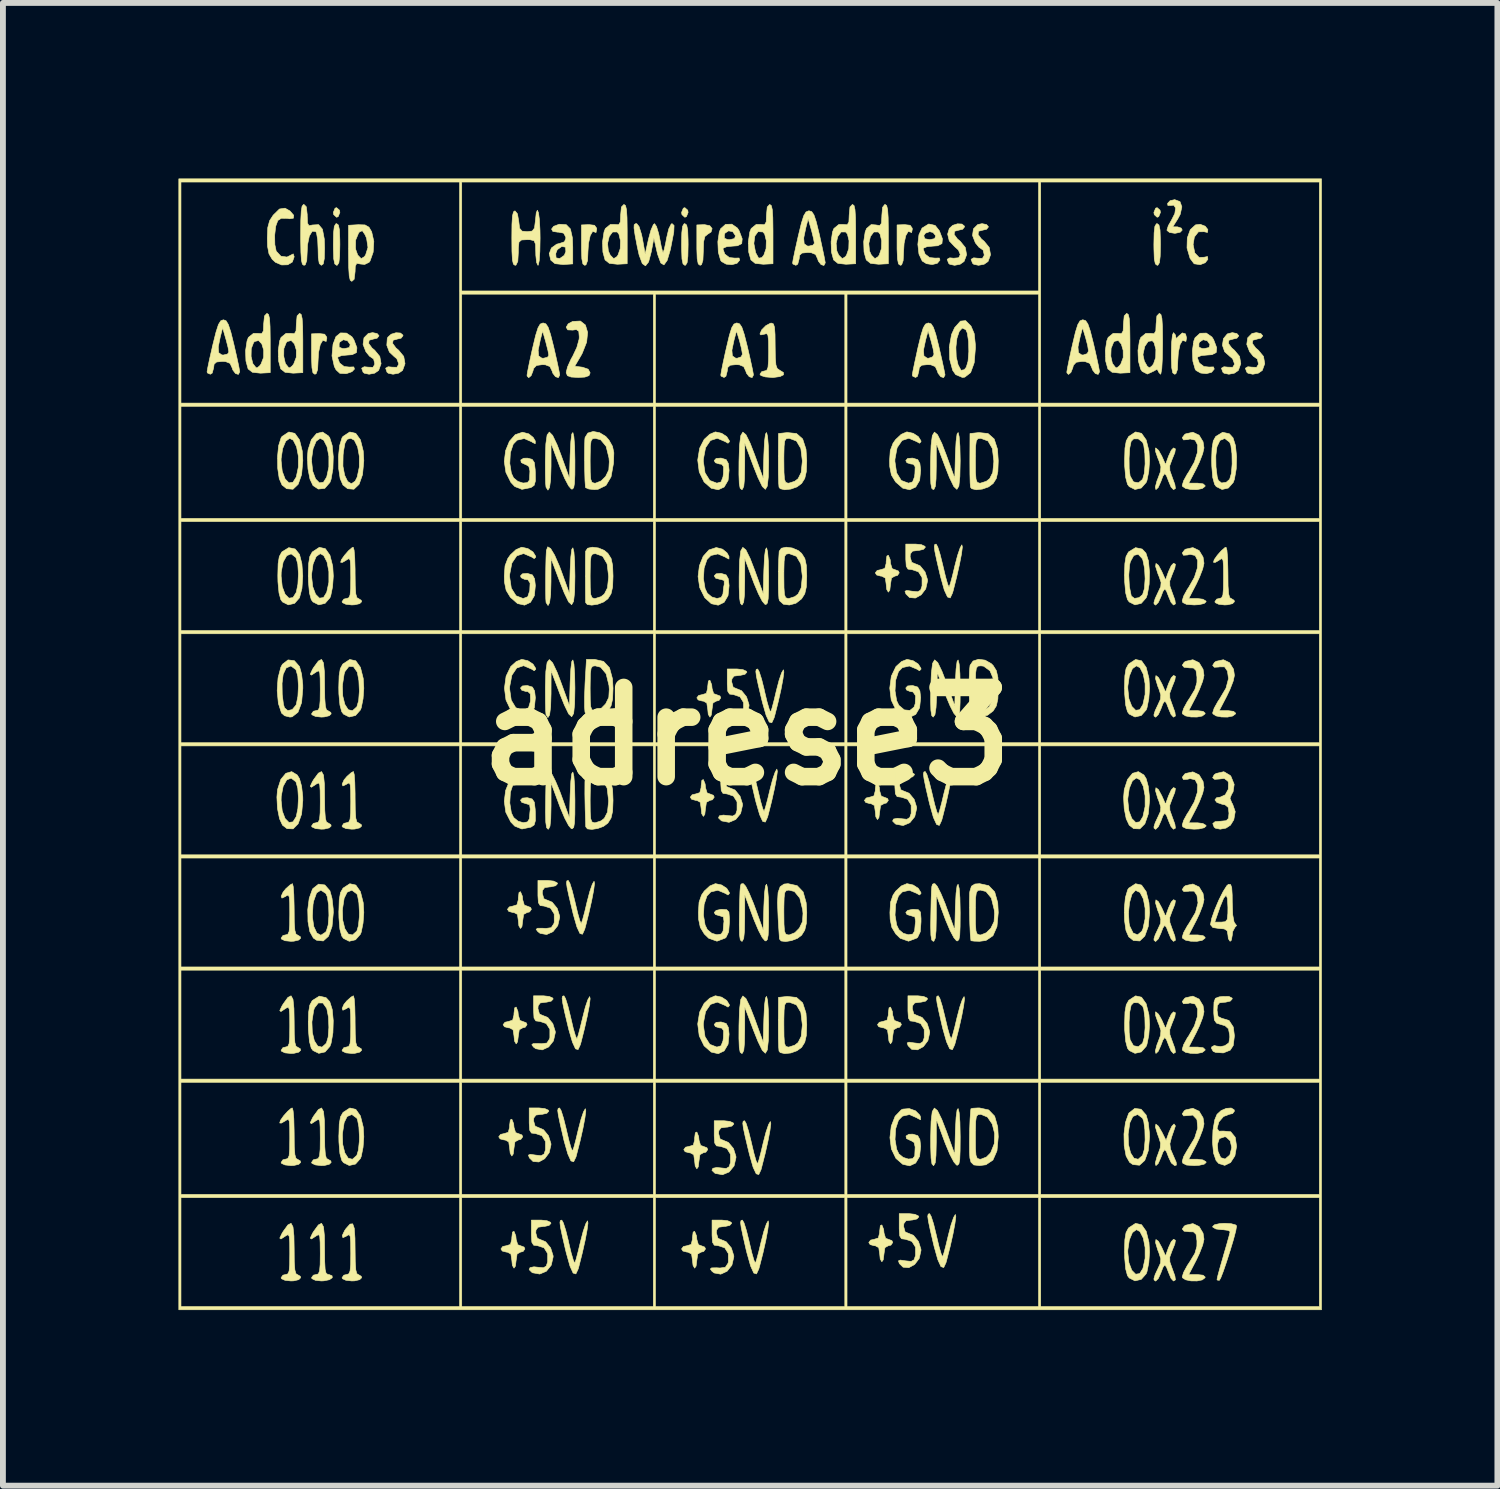
<source format=kicad_pcb>
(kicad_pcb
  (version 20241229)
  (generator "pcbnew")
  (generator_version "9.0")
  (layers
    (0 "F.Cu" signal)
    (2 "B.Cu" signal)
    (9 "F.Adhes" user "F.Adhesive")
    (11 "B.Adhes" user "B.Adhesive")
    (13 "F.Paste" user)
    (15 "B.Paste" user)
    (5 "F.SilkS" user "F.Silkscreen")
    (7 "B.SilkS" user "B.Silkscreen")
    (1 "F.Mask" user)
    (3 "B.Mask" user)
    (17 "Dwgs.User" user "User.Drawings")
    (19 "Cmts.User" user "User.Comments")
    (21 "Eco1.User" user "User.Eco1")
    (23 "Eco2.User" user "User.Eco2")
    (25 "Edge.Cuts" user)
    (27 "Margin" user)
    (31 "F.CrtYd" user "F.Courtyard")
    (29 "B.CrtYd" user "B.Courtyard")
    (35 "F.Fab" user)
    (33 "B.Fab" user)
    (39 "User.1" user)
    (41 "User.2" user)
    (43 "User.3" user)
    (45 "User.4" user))
  (footprint "adrese3"
    (layer "F.Cu")
    (at 9.711 9.53)
    (property "Reference" "adrese3" (at 0 0 0) (layer "F.SilkS") (effects (font (size 1.524 1.524) (thickness 0.3))))
    (attr through_hole)
    (fp_poly (pts (xy -6.961 -8.989) (xy -6.954 -8.95) (xy -6.984 -8.878) (xy -7.01 -8.868) (xy -7.059 -8.912) (xy -7.066 -8.95) (xy -7.036 -9.023) (xy -7.01 -9.032) (xy -6.961 -8.989)) (stroke (width 0.01) (type solid)) (fill yes) (layer "F.SilkS"))
    (fp_poly (pts (xy -1.011 -8.989) (xy -1.004 -8.95) (xy -1.034 -8.878) (xy -1.06 -8.868) (xy -1.109 -8.912) (xy -1.116 -8.95) (xy -1.086 -9.023) (xy -1.06 -9.032) (xy -1.011 -8.989)) (stroke (width 0.01) (type solid)) (fill yes) (layer "F.SilkS"))
    (fp_poly (pts (xy 7.059 -8.989) (xy 7.066 -8.95) (xy 7.036 -8.878) (xy 7.01 -8.868) (xy 6.961 -8.912) (xy 6.954 -8.95) (xy 6.984 -9.023) (xy 7.01 -9.032) (xy 7.059 -8.989)) (stroke (width 0.01) (type solid)) (fill yes) (layer "F.SilkS"))
    (fp_poly (pts (xy -6.979 -8.735) (xy -6.961 -8.65) (xy -6.955 -8.484) (xy -6.954 -8.403) (xy -6.958 -8.203) (xy -6.971 -8.092) (xy -6.997 -8.05) (xy -7.01 -8.047) (xy -7.041 -8.071) (xy -7.059 -8.156) (xy -7.065 -8.322) (xy -7.066 -8.403) (xy -7.062 -8.602) (xy -7.049 -8.713) (xy -7.023 -8.756) (xy -7.01 -8.759) (xy -6.979 -8.735)) (stroke (width 0.01) (type solid)) (fill yes) (layer "F.SilkS"))
    (fp_poly (pts (xy -1.029 -8.735) (xy -1.011 -8.65) (xy -1.005 -8.484) (xy -1.004 -8.403) (xy -1.008 -8.203) (xy -1.021 -8.092) (xy -1.047 -8.05) (xy -1.06 -8.047) (xy -1.091 -8.071) (xy -1.109 -8.156) (xy -1.115 -8.322) (xy -1.116 -8.403) (xy -1.112 -8.602) (xy -1.099 -8.713) (xy -1.073 -8.756) (xy -1.06 -8.759) (xy -1.029 -8.735)) (stroke (width 0.01) (type solid)) (fill yes) (layer "F.SilkS"))
    (fp_poly (pts (xy -0.634 -8.724) (xy -0.594 -8.674) (xy -0.612 -8.616) (xy -0.669 -8.579) (xy -0.717 -8.54) (xy -0.739 -8.451) (xy -0.744 -8.298) (xy -0.751 -8.134) (xy -0.775 -8.058) (xy -0.8 -8.047) (xy -0.831 -8.071) (xy -0.849 -8.158) (xy -0.855 -8.327) (xy -0.855 -8.392) (xy -0.855 -8.737) (xy -0.725 -8.742) (xy -0.634 -8.724)) (stroke (width 0.01) (type solid)) (fill yes) (layer "F.SilkS"))
    (fp_poly (pts (xy 7.041 -8.735) (xy 7.059 -8.65) (xy 7.065 -8.484) (xy 7.066 -8.403) (xy 7.062 -8.203) (xy 7.049 -8.092) (xy 7.023 -8.05) (xy 7.01 -8.047) (xy 6.979 -8.071) (xy 6.961 -8.156) (xy 6.955 -8.322) (xy 6.954 -8.403) (xy 6.958 -8.602) (xy 6.971 -8.713) (xy 6.997 -8.756) (xy 7.01 -8.759) (xy 7.041 -8.735)) (stroke (width 0.01) (type solid)) (fill yes) (layer "F.SilkS"))
    (fp_poly (pts (xy -7.214 -6.87) (xy -7.179 -6.82) (xy -7.177 -6.801) (xy -7.189 -6.745) (xy -7.202 -6.751) (xy -7.247 -6.764) (xy -7.289 -6.693) (xy -7.318 -6.56) (xy -7.326 -6.425) (xy -7.334 -6.265) (xy -7.36 -6.194) (xy -7.382 -6.186) (xy -7.414 -6.21) (xy -7.431 -6.297) (xy -7.438 -6.466) (xy -7.438 -6.531) (xy -7.438 -6.876) (xy -7.308 -6.881) (xy -7.214 -6.87)) (stroke (width 0.01) (type solid)) (fill yes) (layer "F.SilkS"))
    (fp_poly (pts (xy -2.603 -8.731) (xy -2.567 -8.681) (xy -2.566 -8.662) (xy -2.578 -8.606) (xy -2.591 -8.612) (xy -2.635 -8.626) (xy -2.677 -8.554) (xy -2.706 -8.421) (xy -2.715 -8.287) (xy -2.722 -8.127) (xy -2.749 -8.055) (xy -2.771 -8.047) (xy -2.802 -8.071) (xy -2.82 -8.158) (xy -2.826 -8.327) (xy -2.826 -8.392) (xy -2.826 -8.737) (xy -2.696 -8.742) (xy -2.603 -8.731)) (stroke (width 0.01) (type solid)) (fill yes) (layer "F.SilkS"))
    (fp_poly (pts (xy 2.79 -8.731) (xy 2.825 -8.681) (xy 2.826 -8.662) (xy 2.815 -8.606) (xy 2.802 -8.612) (xy 2.757 -8.626) (xy 2.715 -8.554) (xy 2.686 -8.421) (xy 2.678 -8.287) (xy 2.67 -8.127) (xy 2.644 -8.055) (xy 2.622 -8.047) (xy 2.59 -8.071) (xy 2.573 -8.158) (xy 2.566 -8.327) (xy 2.566 -8.392) (xy 2.566 -8.737) (xy 2.696 -8.742) (xy 2.79 -8.731)) (stroke (width 0.01) (type solid)) (fill yes) (layer "F.SilkS"))
    (fp_poly (pts (xy 7.324 -6.854) (xy 7.326 -6.832) (xy 7.337 -6.794) (xy 7.371 -6.832) (xy 7.44 -6.892) (xy 7.495 -6.875) (xy 7.512 -6.806) (xy 7.501 -6.746) (xy 7.488 -6.751) (xy 7.443 -6.764) (xy 7.401 -6.693) (xy 7.372 -6.56) (xy 7.363 -6.425) (xy 7.356 -6.265) (xy 7.33 -6.194) (xy 7.308 -6.186) (xy 7.276 -6.21) (xy 7.259 -6.294) (xy 7.252 -6.461) (xy 7.252 -6.542) (xy 7.257 -6.728) (xy 7.271 -6.855) (xy 7.289 -6.897) (xy 7.324 -6.854)) (stroke (width 0.01) (type solid)) (fill yes) (layer "F.SilkS"))
    (fp_poly (pts (xy 7.831 -8.715) (xy 7.876 -8.657) (xy 7.876 -8.657) (xy 7.87 -8.608) (xy 7.812 -8.621) (xy 7.715 -8.619) (xy 7.646 -8.531) (xy 7.624 -8.403) (xy 7.653 -8.258) (xy 7.727 -8.181) (xy 7.812 -8.185) (xy 7.871 -8.197) (xy 7.876 -8.149) (xy 7.831 -8.091) (xy 7.746 -8.058) (xy 7.745 -8.058) (xy 7.642 -8.073) (xy 7.572 -8.166) (xy 7.52 -8.343) (xy 7.525 -8.515) (xy 7.576 -8.656) (xy 7.666 -8.738) (xy 7.745 -8.748) (xy 7.831 -8.715)) (stroke (width 0.01) (type solid)) (fill yes) (layer "F.SilkS"))
    (fp_poly (pts (xy 7.4 -9.135) (xy 7.432 -9.046) (xy 7.404 -8.918) (xy 7.36 -8.836) (xy 7.276 -8.704) (xy 7.357 -8.704) (xy 7.421 -8.683) (xy 7.438 -8.649) (xy 7.405 -8.613) (xy 7.325 -8.595) (xy 7.308 -8.594) (xy 7.222 -8.608) (xy 7.179 -8.642) (xy 7.177 -8.649) (xy 7.201 -8.725) (xy 7.252 -8.813) (xy 7.312 -8.932) (xy 7.325 -9.027) (xy 7.293 -9.075) (xy 7.25 -9.07) (xy 7.193 -9.069) (xy 7.188 -9.105) (xy 7.231 -9.151) (xy 7.31 -9.169) (xy 7.4 -9.135)) (stroke (width 0.01) (type solid)) (fill yes) (layer "F.SilkS"))
    (fp_poly (pts (xy -3.985 6.619) (xy -3.979 6.682) (xy -3.952 6.771) (xy -3.905 6.788) (xy -3.844 6.811) (xy -3.83 6.843) (xy -3.862 6.887) (xy -3.905 6.897) (xy -3.963 6.929) (xy -3.979 7.034) (xy -3.992 7.137) (xy -4.016 7.171) (xy -4.044 7.124) (xy -4.054 7.034) (xy -4.069 6.93) (xy -4.129 6.898) (xy -4.147 6.897) (xy -4.216 6.879) (xy -4.24 6.843) (xy -4.208 6.802) (xy -4.147 6.788) (xy -4.076 6.766) (xy -4.054 6.679) (xy -4.054 6.648) (xy -4.042 6.555) (xy -4.016 6.542) (xy -3.985 6.619)) (stroke (width 0.01) (type solid)) (fill yes) (layer "F.SilkS"))
    (fp_poly (pts (xy -3.948 8.535) (xy -3.942 8.598) (xy -3.915 8.687) (xy -3.868 8.704) (xy -3.807 8.727) (xy -3.793 8.759) (xy -3.824 8.803) (xy -3.868 8.813) (xy -3.926 8.845) (xy -3.942 8.95) (xy -3.955 9.053) (xy -3.979 9.087) (xy -4.007 9.04) (xy -4.016 8.95) (xy -4.032 8.846) (xy -4.092 8.814) (xy -4.109 8.813) (xy -4.179 8.795) (xy -4.202 8.759) (xy -4.171 8.717) (xy -4.109 8.704) (xy -4.039 8.682) (xy -4.017 8.595) (xy -4.016 8.564) (xy -4.005 8.471) (xy -3.979 8.458) (xy -3.948 8.535)) (stroke (width 0.01) (type solid)) (fill yes) (layer "F.SilkS"))
    (fp_poly (pts (xy -3.911 4.703) (xy -3.905 4.766) (xy -3.877 4.855) (xy -3.83 4.872) (xy -3.77 4.895) (xy -3.756 4.927) (xy -3.787 4.971) (xy -3.83 4.981) (xy -3.889 5.014) (xy -3.905 5.118) (xy -3.918 5.221) (xy -3.942 5.255) (xy -3.97 5.208) (xy -3.979 5.118) (xy -3.995 5.014) (xy -4.055 4.982) (xy -4.072 4.981) (xy -4.142 4.963) (xy -4.165 4.927) (xy -4.133 4.886) (xy -4.072 4.872) (xy -4.002 4.85) (xy -3.98 4.763) (xy -3.979 4.732) (xy -3.967 4.639) (xy -3.942 4.626) (xy -3.911 4.703)) (stroke (width 0.01) (type solid)) (fill yes) (layer "F.SilkS"))
    (fp_poly (pts (xy -3.836 2.732) (xy -3.83 2.795) (xy -3.803 2.884) (xy -3.756 2.901) (xy -3.696 2.924) (xy -3.682 2.956) (xy -3.713 3.001) (xy -3.756 3.011) (xy -3.814 3.043) (xy -3.83 3.148) (xy -3.843 3.251) (xy -3.868 3.284) (xy -3.896 3.238) (xy -3.905 3.148) (xy -3.92 3.043) (xy -3.981 3.011) (xy -3.998 3.011) (xy -4.068 2.992) (xy -4.091 2.956) (xy -4.059 2.915) (xy -3.998 2.901) (xy -3.928 2.879) (xy -3.905 2.792) (xy -3.905 2.761) (xy -3.893 2.668) (xy -3.868 2.655) (xy -3.836 2.732)) (stroke (width 0.01) (type solid)) (fill yes) (layer "F.SilkS"))
    (fp_poly (pts (xy -0.861 8.535) (xy -0.855 8.598) (xy -0.828 8.687) (xy -0.781 8.704) (xy -0.721 8.727) (xy -0.707 8.759) (xy -0.738 8.803) (xy -0.781 8.813) (xy -0.839 8.845) (xy -0.855 8.95) (xy -0.868 9.053) (xy -0.893 9.087) (xy -0.92 9.04) (xy -0.93 8.95) (xy -0.945 8.846) (xy -1.006 8.814) (xy -1.023 8.813) (xy -1.093 8.795) (xy -1.116 8.759) (xy -1.084 8.717) (xy -1.023 8.704) (xy -0.952 8.682) (xy -0.93 8.595) (xy -0.93 8.564) (xy -0.918 8.471) (xy -0.893 8.458) (xy -0.861 8.535)) (stroke (width 0.01) (type solid)) (fill yes) (layer "F.SilkS"))
    (fp_poly (pts (xy -0.824 6.838) (xy -0.818 6.901) (xy -0.791 6.99) (xy -0.744 7.007) (xy -0.683 7.03) (xy -0.669 7.062) (xy -0.701 7.106) (xy -0.744 7.116) (xy -0.802 7.148) (xy -0.818 7.253) (xy -0.831 7.356) (xy -0.855 7.39) (xy -0.883 7.343) (xy -0.893 7.253) (xy -0.908 7.149) (xy -0.968 7.117) (xy -0.986 7.116) (xy -1.055 7.098) (xy -1.078 7.062) (xy -1.047 7.02) (xy -0.986 7.007) (xy -0.915 6.985) (xy -0.893 6.898) (xy -0.893 6.867) (xy -0.881 6.774) (xy -0.855 6.761) (xy -0.824 6.838)) (stroke (width 0.01) (type solid)) (fill yes) (layer "F.SilkS"))
    (fp_poly (pts (xy -0.713 0.816) (xy -0.707 0.879) (xy -0.679 0.968) (xy -0.632 0.985) (xy -0.572 1.008) (xy -0.558 1.04) (xy -0.589 1.085) (xy -0.632 1.095) (xy -0.691 1.127) (xy -0.707 1.232) (xy -0.719 1.335) (xy -0.744 1.369) (xy -0.772 1.322) (xy -0.781 1.232) (xy -0.796 1.128) (xy -0.857 1.095) (xy -0.874 1.095) (xy -0.944 1.076) (xy -0.967 1.04) (xy -0.935 0.999) (xy -0.874 0.985) (xy -0.804 0.963) (xy -0.782 0.876) (xy -0.781 0.845) (xy -0.769 0.752) (xy -0.744 0.739) (xy -0.713 0.816)) (stroke (width 0.01) (type solid)) (fill yes) (layer "F.SilkS"))
    (fp_poly (pts (xy -0.601 -0.881) (xy -0.595 -0.818) (xy -0.568 -0.729) (xy -0.521 -0.712) (xy -0.46 -0.689) (xy -0.446 -0.657) (xy -0.477 -0.612) (xy -0.521 -0.602) (xy -0.579 -0.57) (xy -0.595 -0.465) (xy -0.608 -0.362) (xy -0.632 -0.328) (xy -0.66 -0.375) (xy -0.669 -0.465) (xy -0.685 -0.569) (xy -0.745 -0.602) (xy -0.762 -0.602) (xy -0.832 -0.621) (xy -0.855 -0.657) (xy -0.824 -0.698) (xy -0.762 -0.712) (xy -0.692 -0.734) (xy -0.67 -0.821) (xy -0.669 -0.852) (xy -0.658 -0.945) (xy -0.632 -0.958) (xy -0.601 -0.881)) (stroke (width 0.01) (type solid)) (fill yes) (layer "F.SilkS"))
    (fp_poly (pts (xy 2.263 0.871) (xy 2.269 0.934) (xy 2.296 1.023) (xy 2.343 1.04) (xy 2.403 1.063) (xy 2.417 1.095) (xy 2.386 1.139) (xy 2.343 1.15) (xy 2.285 1.182) (xy 2.269 1.286) (xy 2.256 1.389) (xy 2.231 1.423) (xy 2.203 1.376) (xy 2.194 1.286) (xy 2.179 1.182) (xy 2.118 1.15) (xy 2.101 1.15) (xy 2.031 1.131) (xy 2.008 1.095) (xy 2.04 1.054) (xy 2.101 1.04) (xy 2.171 1.018) (xy 2.194 0.931) (xy 2.194 0.9) (xy 2.206 0.807) (xy 2.231 0.794) (xy 2.263 0.871)) (stroke (width 0.01) (type solid)) (fill yes) (layer "F.SilkS"))
    (fp_poly (pts (xy 2.337 8.425) (xy 2.343 8.488) (xy 2.37 8.577) (xy 2.417 8.594) (xy 2.478 8.617) (xy 2.492 8.649) (xy 2.461 8.694) (xy 2.417 8.704) (xy 2.359 8.736) (xy 2.343 8.841) (xy 2.33 8.944) (xy 2.306 8.978) (xy 2.278 8.931) (xy 2.269 8.841) (xy 2.253 8.737) (xy 2.193 8.704) (xy 2.176 8.704) (xy 2.106 8.685) (xy 2.083 8.649) (xy 2.114 8.608) (xy 2.176 8.594) (xy 2.246 8.572) (xy 2.268 8.485) (xy 2.269 8.454) (xy 2.28 8.361) (xy 2.306 8.348) (xy 2.337 8.425)) (stroke (width 0.01) (type solid)) (fill yes) (layer "F.SilkS"))
    (fp_poly (pts (xy 2.449 -3.016) (xy 2.454 -2.953) (xy 2.482 -2.864) (xy 2.529 -2.847) (xy 2.589 -2.824) (xy 2.603 -2.792) (xy 2.572 -2.747) (xy 2.529 -2.737) (xy 2.471 -2.705) (xy 2.454 -2.6) (xy 2.442 -2.497) (xy 2.417 -2.463) (xy 2.389 -2.51) (xy 2.38 -2.6) (xy 2.365 -2.704) (xy 2.304 -2.736) (xy 2.287 -2.737) (xy 2.217 -2.756) (xy 2.194 -2.792) (xy 2.226 -2.833) (xy 2.287 -2.847) (xy 2.357 -2.868) (xy 2.38 -2.956) (xy 2.38 -2.987) (xy 2.392 -3.08) (xy 2.417 -3.093) (xy 2.449 -3.016)) (stroke (width 0.01) (type solid)) (fill yes) (layer "F.SilkS"))
    (fp_poly (pts (xy 2.486 4.703) (xy 2.492 4.766) (xy 2.519 4.855) (xy 2.566 4.872) (xy 2.626 4.895) (xy 2.64 4.927) (xy 2.609 4.971) (xy 2.566 4.981) (xy 2.508 5.014) (xy 2.492 5.118) (xy 2.479 5.221) (xy 2.454 5.255) (xy 2.427 5.208) (xy 2.417 5.118) (xy 2.402 5.014) (xy 2.341 4.982) (xy 2.324 4.981) (xy 2.254 4.963) (xy 2.231 4.927) (xy 2.263 4.886) (xy 2.324 4.872) (xy 2.395 4.85) (xy 2.417 4.763) (xy 2.417 4.732) (xy 2.429 4.639) (xy 2.454 4.626) (xy 2.486 4.703)) (stroke (width 0.01) (type solid)) (fill yes) (layer "F.SilkS"))
    (fp_poly (pts (xy 3.675 -8.752) (xy 3.717 -8.717) (xy 3.719 -8.704) (xy 3.687 -8.663) (xy 3.626 -8.649) (xy 3.55 -8.629) (xy 3.541 -8.574) (xy 3.598 -8.497) (xy 3.645 -8.458) (xy 3.732 -8.351) (xy 3.754 -8.227) (xy 3.711 -8.113) (xy 3.643 -8.065) (xy 3.549 -8.047) (xy 3.467 -8.064) (xy 3.446 -8.083) (xy 3.422 -8.15) (xy 3.466 -8.175) (xy 3.533 -8.168) (xy 3.619 -8.176) (xy 3.646 -8.231) (xy 3.614 -8.309) (xy 3.55 -8.366) (xy 3.458 -8.464) (xy 3.43 -8.58) (xy 3.459 -8.677) (xy 3.517 -8.73) (xy 3.599 -8.756) (xy 3.675 -8.752)) (stroke (width 0.01) (type solid)) (fill yes) (layer "F.SilkS"))
    (fp_poly (pts (xy 8.275 8.328) (xy 8.349 8.348) (xy 8.367 8.366) (xy 8.353 8.45) (xy 8.314 8.598) (xy 8.259 8.78) (xy 8.199 8.969) (xy 8.142 9.136) (xy 8.096 9.255) (xy 8.072 9.296) (xy 8.035 9.29) (xy 8.033 9.279) (xy 8.047 9.214) (xy 8.084 9.078) (xy 8.136 8.897) (xy 8.144 8.868) (xy 8.198 8.684) (xy 8.238 8.54) (xy 8.256 8.466) (xy 8.256 8.462) (xy 8.223 8.442) (xy 8.14 8.431) (xy 8.107 8.43) (xy 8.014 8.418) (xy 7.962 8.388) (xy 7.958 8.375) (xy 7.992 8.345) (xy 8.079 8.326) (xy 8.163 8.321) (xy 8.275 8.328)) (stroke (width 0.01) (type solid)) (fill yes) (layer "F.SilkS"))
    (fp_poly (pts (xy 8.372 -6.881) (xy 8.405 -6.843) (xy 8.405 -6.843) (xy 8.373 -6.802) (xy 8.312 -6.788) (xy 8.236 -6.767) (xy 8.227 -6.713) (xy 8.284 -6.635) (xy 8.33 -6.596) (xy 8.418 -6.49) (xy 8.439 -6.366) (xy 8.397 -6.251) (xy 8.329 -6.204) (xy 8.235 -6.186) (xy 8.153 -6.203) (xy 8.132 -6.222) (xy 8.108 -6.289) (xy 8.151 -6.314) (xy 8.219 -6.307) (xy 8.301 -6.305) (xy 8.33 -6.353) (xy 8.33 -6.367) (xy 8.299 -6.452) (xy 8.259 -6.485) (xy 8.164 -6.569) (xy 8.125 -6.681) (xy 8.142 -6.794) (xy 8.209 -6.875) (xy 8.294 -6.897) (xy 8.372 -6.881)) (stroke (width 0.01) (type solid)) (fill yes) (layer "F.SilkS"))
    (fp_poly (pts (xy -7.807 -8.976) (xy -7.743 -8.902) (xy -7.748 -8.852) (xy -7.816 -8.842) (xy -7.847 -8.849) (xy -7.954 -8.851) (xy -8.014 -8.813) (xy -8.05 -8.715) (xy -8.068 -8.56) (xy -8.065 -8.4) (xy -8.042 -8.289) (xy -7.962 -8.203) (xy -7.858 -8.188) (xy -7.807 -8.213) (xy -7.751 -8.242) (xy -7.735 -8.194) (xy -7.735 -8.192) (xy -7.766 -8.103) (xy -7.845 -8.056) (xy -7.948 -8.053) (xy -8.053 -8.097) (xy -8.109 -8.148) (xy -8.165 -8.242) (xy -8.19 -8.373) (xy -8.194 -8.512) (xy -8.186 -8.692) (xy -8.154 -8.81) (xy -8.093 -8.904) (xy -7.986 -9.009) (xy -7.891 -9.023) (xy -7.807 -8.976)) (stroke (width 0.01) (type solid)) (fill yes) (layer "F.SilkS"))
    (fp_poly (pts (xy -6.317 -6.881) (xy -6.285 -6.843) (xy -6.285 -6.843) (xy -6.317 -6.802) (xy -6.378 -6.788) (xy -6.454 -6.767) (xy -6.462 -6.713) (xy -6.406 -6.635) (xy -6.359 -6.596) (xy -6.272 -6.49) (xy -6.25 -6.366) (xy -6.292 -6.251) (xy -6.36 -6.204) (xy -6.455 -6.186) (xy -6.536 -6.203) (xy -6.558 -6.222) (xy -6.582 -6.289) (xy -6.538 -6.314) (xy -6.471 -6.307) (xy -6.389 -6.304) (xy -6.36 -6.352) (xy -6.359 -6.371) (xy -6.378 -6.448) (xy -6.396 -6.459) (xy -6.448 -6.495) (xy -6.509 -6.57) (xy -6.558 -6.696) (xy -6.542 -6.808) (xy -6.469 -6.882) (xy -6.395 -6.897) (xy -6.317 -6.881)) (stroke (width 0.01) (type solid)) (fill yes) (layer "F.SilkS"))
    (fp_poly (pts (xy -5.919 -6.89) (xy -5.877 -6.855) (xy -5.876 -6.843) (xy -5.908 -6.802) (xy -5.969 -6.788) (xy -6.045 -6.767) (xy -6.053 -6.713) (xy -5.996 -6.635) (xy -5.95 -6.596) (xy -5.863 -6.49) (xy -5.841 -6.366) (xy -5.883 -6.251) (xy -5.951 -6.204) (xy -6.046 -6.186) (xy -6.127 -6.203) (xy -6.149 -6.222) (xy -6.172 -6.289) (xy -6.129 -6.314) (xy -6.062 -6.307) (xy -5.979 -6.305) (xy -5.951 -6.353) (xy -5.95 -6.367) (xy -5.981 -6.451) (xy -6.025 -6.487) (xy -6.108 -6.565) (xy -6.152 -6.681) (xy -6.144 -6.796) (xy -6.134 -6.819) (xy -6.077 -6.87) (xy -5.995 -6.895) (xy -5.919 -6.89)) (stroke (width 0.01) (type solid)) (fill yes) (layer "F.SilkS"))
    (fp_poly (pts (xy -3.319 -1.255) (xy -3.242 -1.093) (xy -3.176 -0.919) (xy -3.031 -0.52) (xy -3.02 -0.917) (xy -3.008 -1.149) (xy -2.992 -1.277) (xy -2.973 -1.304) (xy -2.955 -1.233) (xy -2.943 -1.069) (xy -2.938 -0.821) (xy -2.943 -0.552) (xy -2.96 -0.39) (xy -2.993 -0.334) (xy -3.045 -0.382) (xy -3.119 -0.535) (xy -3.195 -0.725) (xy -3.345 -1.122) (xy -3.346 -0.725) (xy -3.353 -0.503) (xy -3.371 -0.365) (xy -3.399 -0.319) (xy -3.432 -0.37) (xy -3.438 -0.44) (xy -3.442 -0.591) (xy -3.443 -0.793) (xy -3.443 -0.848) (xy -3.435 -1.108) (xy -3.413 -1.263) (xy -3.375 -1.311) (xy -3.319 -1.255)) (stroke (width 0.01) (type solid)) (fill yes) (layer "F.SilkS"))
    (fp_poly (pts (xy -3.098 4.482) (xy -3.058 4.609) (xy -3.013 4.79) (xy -3.007 4.816) (xy -2.965 4.996) (xy -2.928 5.121) (xy -2.905 5.169) (xy -2.903 5.168) (xy -2.881 5.104) (xy -2.845 4.967) (xy -2.805 4.803) (xy -2.76 4.627) (xy -2.716 4.498) (xy -2.686 4.447) (xy -2.678 4.484) (xy -2.692 4.602) (xy -2.726 4.778) (xy -2.774 4.992) (xy -2.832 5.222) (xy -2.845 5.269) (xy -2.884 5.353) (xy -2.928 5.34) (xy -2.98 5.227) (xy -3.043 5.01) (xy -3.06 4.94) (xy -3.115 4.708) (xy -3.146 4.56) (xy -3.157 4.478) (xy -3.15 4.442) (xy -3.126 4.434) (xy -3.098 4.482)) (stroke (width 0.01) (type solid)) (fill yes) (layer "F.SilkS"))
    (fp_poly (pts (xy -2.759 -7.027) (xy -2.721 -6.901) (xy -2.738 -6.734) (xy -2.813 -6.544) (xy -2.829 -6.514) (xy -2.941 -6.323) (xy -2.809 -6.306) (xy -2.711 -6.272) (xy -2.678 -6.21) (xy -2.698 -6.162) (xy -2.769 -6.137) (xy -2.882 -6.131) (xy -3.003 -6.138) (xy -3.066 -6.161) (xy -3.086 -6.21) (xy -3.087 -6.22) (xy -3.063 -6.313) (xy -3.005 -6.442) (xy -2.975 -6.495) (xy -2.905 -6.644) (xy -2.866 -6.787) (xy -2.864 -6.823) (xy -2.872 -6.921) (xy -2.914 -6.949) (xy -2.975 -6.94) (xy -3.061 -6.944) (xy -3.087 -6.989) (xy -3.053 -7.047) (xy -2.977 -7.088) (xy -2.845 -7.095) (xy -2.759 -7.027)) (stroke (width 0.01) (type solid)) (fill yes) (layer "F.SilkS"))
    (fp_poly (pts (xy -0.016 -5.153) (xy 0.057 -5.005) (xy 0.134 -4.806) (xy 0.279 -4.407) (xy 0.29 -4.804) (xy 0.301 -5.036) (xy 0.318 -5.164) (xy 0.337 -5.19) (xy 0.354 -5.119) (xy 0.367 -4.955) (xy 0.372 -4.708) (xy 0.367 -4.438) (xy 0.349 -4.275) (xy 0.316 -4.219) (xy 0.264 -4.267) (xy 0.19 -4.419) (xy 0.113 -4.612) (xy -0.036 -5.009) (xy -0.037 -4.612) (xy -0.041 -4.396) (xy -0.053 -4.271) (xy -0.076 -4.219) (xy -0.089 -4.215) (xy -0.115 -4.238) (xy -0.13 -4.318) (xy -0.136 -4.474) (xy -0.135 -4.693) (xy -0.126 -4.969) (xy -0.105 -5.136) (xy -0.069 -5.197) (xy -0.016 -5.153)) (stroke (width 0.01) (type solid)) (fill yes) (layer "F.SilkS"))
    (fp_poly (pts (xy -0.016 4.481) (xy 0.057 4.63) (xy 0.134 4.828) (xy 0.279 5.228) (xy 0.29 4.831) (xy 0.301 4.598) (xy 0.318 4.471) (xy 0.337 4.444) (xy 0.354 4.515) (xy 0.367 4.679) (xy 0.372 4.927) (xy 0.367 5.197) (xy 0.349 5.359) (xy 0.316 5.416) (xy 0.264 5.367) (xy 0.19 5.215) (xy 0.113 5.023) (xy -0.036 4.626) (xy -0.037 5.023) (xy -0.041 5.239) (xy -0.053 5.364) (xy -0.076 5.415) (xy -0.089 5.419) (xy -0.115 5.397) (xy -0.13 5.316) (xy -0.136 5.16) (xy -0.135 4.941) (xy -0.126 4.666) (xy -0.105 4.498) (xy -0.069 4.437) (xy -0.016 4.481)) (stroke (width 0.01) (type solid)) (fill yes) (layer "F.SilkS"))
    (fp_poly (pts (xy -0.012 6.617) (xy 0.028 6.744) (xy 0.073 6.924) (xy 0.079 6.951) (xy 0.122 7.131) (xy 0.158 7.256) (xy 0.182 7.304) (xy 0.184 7.303) (xy 0.206 7.239) (xy 0.242 7.102) (xy 0.281 6.938) (xy 0.327 6.762) (xy 0.371 6.633) (xy 0.401 6.582) (xy 0.409 6.619) (xy 0.394 6.737) (xy 0.361 6.913) (xy 0.313 7.127) (xy 0.254 7.357) (xy 0.242 7.404) (xy 0.203 7.488) (xy 0.159 7.475) (xy 0.106 7.362) (xy 0.044 7.144) (xy 0.027 7.075) (xy -0.028 6.843) (xy -0.06 6.695) (xy -0.07 6.613) (xy -0.063 6.577) (xy -0.039 6.569) (xy -0.012 6.617)) (stroke (width 0.01) (type solid)) (fill yes) (layer "F.SilkS"))
    (fp_poly (pts (xy 0.1 0.596) (xy 0.14 0.723) (xy 0.185 0.903) (xy 0.191 0.929) (xy 0.234 1.109) (xy 0.27 1.235) (xy 0.293 1.282) (xy 0.295 1.281) (xy 0.317 1.217) (xy 0.354 1.08) (xy 0.393 0.916) (xy 0.439 0.74) (xy 0.483 0.612) (xy 0.512 0.561) (xy 0.521 0.598) (xy 0.506 0.715) (xy 0.472 0.892) (xy 0.424 1.106) (xy 0.366 1.336) (xy 0.353 1.382) (xy 0.315 1.466) (xy 0.27 1.454) (xy 0.218 1.34) (xy 0.155 1.123) (xy 0.138 1.054) (xy 0.084 0.822) (xy 0.052 0.674) (xy 0.041 0.591) (xy 0.049 0.555) (xy 0.072 0.547) (xy 0.1 0.596)) (stroke (width 0.01) (type solid)) (fill yes) (layer "F.SilkS"))
    (fp_poly (pts (xy 0.211 -1.101) (xy 0.252 -0.974) (xy 0.297 -0.794) (xy 0.302 -0.768) (xy 0.345 -0.588) (xy 0.382 -0.462) (xy 0.405 -0.414) (xy 0.407 -0.416) (xy 0.429 -0.48) (xy 0.465 -0.617) (xy 0.504 -0.781) (xy 0.55 -0.957) (xy 0.594 -1.085) (xy 0.624 -1.136) (xy 0.632 -1.099) (xy 0.617 -0.982) (xy 0.584 -0.805) (xy 0.536 -0.591) (xy 0.478 -0.361) (xy 0.465 -0.315) (xy 0.426 -0.231) (xy 0.382 -0.243) (xy 0.329 -0.357) (xy 0.267 -0.574) (xy 0.25 -0.643) (xy 0.195 -0.875) (xy 0.163 -1.023) (xy 0.153 -1.106) (xy 0.16 -1.142) (xy 0.184 -1.15) (xy 0.211 -1.101)) (stroke (width 0.01) (type solid)) (fill yes) (layer "F.SilkS"))
    (fp_poly (pts (xy 3.257 -5.153) (xy 3.33 -5.005) (xy 3.407 -4.806) (xy 3.552 -4.407) (xy 3.562 -4.804) (xy 3.574 -5.036) (xy 3.591 -5.164) (xy 3.61 -5.19) (xy 3.627 -5.119) (xy 3.64 -4.955) (xy 3.645 -4.708) (xy 3.639 -4.438) (xy 3.622 -4.275) (xy 3.588 -4.219) (xy 3.536 -4.267) (xy 3.462 -4.419) (xy 3.386 -4.612) (xy 3.236 -5.009) (xy 3.236 -4.612) (xy 3.232 -4.396) (xy 3.22 -4.271) (xy 3.196 -4.219) (xy 3.183 -4.215) (xy 3.158 -4.238) (xy 3.143 -4.318) (xy 3.137 -4.474) (xy 3.138 -4.693) (xy 3.147 -4.969) (xy 3.168 -5.136) (xy 3.204 -5.197) (xy 3.257 -5.153)) (stroke (width 0.01) (type solid)) (fill yes) (layer "F.SilkS"))
    (fp_poly (pts (xy 4.095 -8.743) (xy 4.128 -8.704) (xy 4.128 -8.704) (xy 4.096 -8.663) (xy 4.035 -8.649) (xy 3.959 -8.629) (xy 3.95 -8.574) (xy 4.007 -8.497) (xy 4.054 -8.458) (xy 4.141 -8.351) (xy 4.163 -8.227) (xy 4.121 -8.113) (xy 4.053 -8.065) (xy 3.958 -8.047) (xy 3.877 -8.064) (xy 3.855 -8.083) (xy 3.831 -8.15) (xy 3.875 -8.175) (xy 3.942 -8.168) (xy 4.024 -8.165) (xy 4.053 -8.213) (xy 4.054 -8.232) (xy 4.035 -8.309) (xy 4.016 -8.321) (xy 3.965 -8.356) (xy 3.904 -8.431) (xy 3.855 -8.557) (xy 3.871 -8.67) (xy 3.944 -8.743) (xy 4.018 -8.759) (xy 4.095 -8.743)) (stroke (width 0.01) (type solid)) (fill yes) (layer "F.SilkS"))
    (fp_poly (pts (xy 8.781 -6.881) (xy 8.814 -6.843) (xy 8.814 -6.843) (xy 8.782 -6.802) (xy 8.721 -6.788) (xy 8.645 -6.767) (xy 8.636 -6.713) (xy 8.693 -6.635) (xy 8.739 -6.596) (xy 8.827 -6.49) (xy 8.848 -6.366) (xy 8.806 -6.251) (xy 8.738 -6.204) (xy 8.644 -6.186) (xy 8.562 -6.203) (xy 8.541 -6.222) (xy 8.517 -6.289) (xy 8.56 -6.314) (xy 8.628 -6.307) (xy 8.709 -6.304) (xy 8.738 -6.352) (xy 8.739 -6.371) (xy 8.721 -6.448) (xy 8.702 -6.459) (xy 8.651 -6.495) (xy 8.59 -6.57) (xy 8.541 -6.696) (xy 8.557 -6.808) (xy 8.63 -6.882) (xy 8.704 -6.897) (xy 8.781 -6.881)) (stroke (width 0.01) (type solid)) (fill yes) (layer "F.SilkS"))
    (fp_poly (pts (xy -3.173 6.398) (xy -3.133 6.525) (xy -3.088 6.705) (xy -3.082 6.732) (xy -3.039 6.912) (xy -3.003 7.037) (xy -2.979 7.085) (xy -2.977 7.084) (xy -2.955 7.02) (xy -2.919 6.883) (xy -2.88 6.719) (xy -2.834 6.543) (xy -2.79 6.414) (xy -2.76 6.363) (xy -2.752 6.4) (xy -2.767 6.518) (xy -2.8 6.694) (xy -2.848 6.908) (xy -2.907 7.138) (xy -2.919 7.185) (xy -2.96 7.27) (xy -3.006 7.255) (xy -3.06 7.135) (xy -3.124 6.91) (xy -3.136 6.856) (xy -3.19 6.624) (xy -3.221 6.476) (xy -3.232 6.394) (xy -3.224 6.358) (xy -3.2 6.35) (xy -3.2 6.35) (xy -3.173 6.398)) (stroke (width 0.01) (type solid)) (fill yes) (layer "F.SilkS"))
    (fp_poly (pts (xy -3.136 8.314) (xy -3.095 8.441) (xy -3.05 8.621) (xy -3.045 8.648) (xy -3.002 8.828) (xy -2.965 8.953) (xy -2.942 9.001) (xy -2.94 9) (xy -2.918 8.936) (xy -2.882 8.799) (xy -2.843 8.635) (xy -2.797 8.459) (xy -2.753 8.33) (xy -2.723 8.279) (xy -2.715 8.316) (xy -2.73 8.434) (xy -2.763 8.61) (xy -2.811 8.824) (xy -2.869 9.054) (xy -2.882 9.101) (xy -2.922 9.186) (xy -2.969 9.171) (xy -3.023 9.051) (xy -3.086 8.826) (xy -3.099 8.772) (xy -3.153 8.54) (xy -3.184 8.392) (xy -3.194 8.309) (xy -3.187 8.274) (xy -3.163 8.266) (xy -3.163 8.266) (xy -3.136 8.314)) (stroke (width 0.01) (type solid)) (fill yes) (layer "F.SilkS"))
    (fp_poly (pts (xy -3.024 2.512) (xy -2.984 2.639) (xy -2.939 2.819) (xy -2.933 2.845) (xy -2.89 3.025) (xy -2.854 3.151) (xy -2.831 3.198) (xy -2.829 3.197) (xy -2.807 3.133) (xy -2.77 2.996) (xy -2.731 2.832) (xy -2.685 2.656) (xy -2.641 2.528) (xy -2.611 2.477) (xy -2.603 2.514) (xy -2.618 2.631) (xy -2.652 2.808) (xy -2.7 3.022) (xy -2.758 3.252) (xy -2.771 3.298) (xy -2.809 3.382) (xy -2.852 3.37) (xy -2.904 3.258) (xy -2.966 3.043) (xy -2.984 2.967) (xy -3.039 2.736) (xy -3.071 2.589) (xy -3.082 2.507) (xy -3.076 2.471) (xy -3.054 2.463) (xy -3.052 2.463) (xy -3.024 2.512)) (stroke (width 0.01) (type solid)) (fill yes) (layer "F.SilkS"))
    (fp_poly (pts (xy -0.049 8.314) (xy -0.009 8.441) (xy 0.036 8.621) (xy 0.042 8.648) (xy 0.085 8.828) (xy 0.121 8.953) (xy 0.144 9.001) (xy 0.147 9) (xy 0.168 8.936) (xy 0.205 8.799) (xy 0.244 8.635) (xy 0.29 8.459) (xy 0.334 8.33) (xy 0.364 8.279) (xy 0.372 8.316) (xy 0.357 8.434) (xy 0.324 8.61) (xy 0.276 8.824) (xy 0.217 9.054) (xy 0.204 9.101) (xy 0.164 9.186) (xy 0.118 9.171) (xy 0.064 9.051) (xy 0.000304 8.826) (xy -0.013 8.772) (xy -0.066 8.54) (xy -0.097 8.392) (xy -0.108 8.309) (xy -0.1 8.274) (xy -0.077 8.266) (xy -0.077 8.266) (xy -0.049 8.314)) (stroke (width 0.01) (type solid)) (fill yes) (layer "F.SilkS"))
    (fp_poly (pts (xy 3.075 0.65) (xy 3.115 0.778) (xy 3.16 0.958) (xy 3.166 0.984) (xy 3.209 1.164) (xy 3.245 1.289) (xy 3.268 1.337) (xy 3.27 1.336) (xy 3.292 1.272) (xy 3.329 1.135) (xy 3.368 0.971) (xy 3.414 0.795) (xy 3.458 0.666) (xy 3.488 0.615) (xy 3.496 0.652) (xy 3.481 0.77) (xy 3.447 0.947) (xy 3.399 1.161) (xy 3.341 1.39) (xy 3.328 1.437) (xy 3.288 1.523) (xy 3.242 1.507) (xy 3.187 1.387) (xy 3.124 1.162) (xy 3.111 1.109) (xy 3.057 0.876) (xy 3.027 0.728) (xy 3.016 0.646) (xy 3.024 0.61) (xy 3.047 0.602) (xy 3.047 0.602) (xy 3.075 0.65)) (stroke (width 0.01) (type solid)) (fill yes) (layer "F.SilkS"))
    (fp_poly (pts (xy 3.149 8.205) (xy 3.19 8.332) (xy 3.234 8.512) (xy 3.24 8.538) (xy 3.283 8.718) (xy 3.32 8.844) (xy 3.343 8.892) (xy 3.345 8.89) (xy 3.367 8.826) (xy 3.403 8.689) (xy 3.442 8.526) (xy 3.488 8.35) (xy 3.532 8.221) (xy 3.562 8.17) (xy 3.57 8.207) (xy 3.555 8.324) (xy 3.522 8.501) (xy 3.474 8.715) (xy 3.415 8.945) (xy 3.403 8.991) (xy 3.363 9.077) (xy 3.316 9.061) (xy 3.262 8.942) (xy 3.199 8.717) (xy 3.186 8.663) (xy 3.132 8.431) (xy 3.101 8.283) (xy 3.09 8.2) (xy 3.098 8.164) (xy 3.122 8.156) (xy 3.122 8.156) (xy 3.149 8.205)) (stroke (width 0.01) (type solid)) (fill yes) (layer "F.SilkS"))
    (fp_poly (pts (xy 3.261 -3.236) (xy 3.301 -3.109) (xy 3.346 -2.929) (xy 3.352 -2.903) (xy 3.395 -2.723) (xy 3.431 -2.597) (xy 3.454 -2.549) (xy 3.456 -2.551) (xy 3.478 -2.614) (xy 3.515 -2.752) (xy 3.554 -2.915) (xy 3.6 -3.091) (xy 3.644 -3.22) (xy 3.673 -3.271) (xy 3.682 -3.234) (xy 3.667 -3.117) (xy 3.633 -2.94) (xy 3.585 -2.726) (xy 3.527 -2.496) (xy 3.514 -2.45) (xy 3.474 -2.364) (xy 3.428 -2.38) (xy 3.373 -2.499) (xy 3.31 -2.724) (xy 3.297 -2.778) (xy 3.243 -3.01) (xy 3.212 -3.158) (xy 3.202 -3.241) (xy 3.21 -3.277) (xy 3.233 -3.284) (xy 3.233 -3.284) (xy 3.261 -3.236)) (stroke (width 0.01) (type solid)) (fill yes) (layer "F.SilkS"))
    (fp_poly (pts (xy 3.298 4.482) (xy 3.338 4.609) (xy 3.383 4.79) (xy 3.389 4.816) (xy 3.432 4.996) (xy 3.468 5.121) (xy 3.491 5.169) (xy 3.494 5.168) (xy 3.515 5.104) (xy 3.552 4.967) (xy 3.591 4.803) (xy 3.637 4.627) (xy 3.681 4.498) (xy 3.711 4.447) (xy 3.719 4.484) (xy 3.704 4.602) (xy 3.671 4.778) (xy 3.623 4.992) (xy 3.564 5.222) (xy 3.551 5.269) (xy 3.511 5.355) (xy 3.465 5.339) (xy 3.411 5.219) (xy 3.347 4.994) (xy 3.334 4.94) (xy 3.281 4.708) (xy 3.25 4.56) (xy 3.239 4.478) (xy 3.247 4.442) (xy 3.27 4.434) (xy 3.27 4.434) (xy 3.298 4.482)) (stroke (width 0.01) (type solid)) (fill yes) (layer "F.SilkS"))
    (fp_poly (pts (xy 7.726 -5.145) (xy 7.794 -5.033) (xy 7.81 -4.927) (xy 7.788 -4.83) (xy 7.732 -4.685) (xy 7.68 -4.575) (xy 7.55 -4.325) (xy 7.701 -4.325) (xy 7.795 -4.313) (xy 7.83 -4.282) (xy 7.828 -4.27) (xy 7.78 -4.233) (xy 7.691 -4.215) (xy 7.587 -4.216) (xy 7.496 -4.235) (xy 7.443 -4.27) (xy 7.438 -4.287) (xy 7.463 -4.368) (xy 7.525 -4.48) (xy 7.548 -4.514) (xy 7.646 -4.686) (xy 7.697 -4.846) (xy 7.702 -4.976) (xy 7.659 -5.06) (xy 7.572 -5.08) (xy 7.531 -5.069) (xy 7.459 -5.064) (xy 7.439 -5.103) (xy 7.481 -5.157) (xy 7.497 -5.167) (xy 7.62 -5.195) (xy 7.726 -5.145)) (stroke (width 0.01) (type solid)) (fill yes) (layer "F.SilkS"))
    (fp_poly (pts (xy 7.726 -3.174) (xy 7.794 -3.062) (xy 7.81 -2.956) (xy 7.788 -2.859) (xy 7.732 -2.715) (xy 7.68 -2.604) (xy 7.55 -2.354) (xy 7.698 -2.354) (xy 7.791 -2.342) (xy 7.843 -2.311) (xy 7.847 -2.299) (xy 7.813 -2.269) (xy 7.726 -2.249) (xy 7.642 -2.244) (xy 7.512 -2.254) (xy 7.448 -2.285) (xy 7.438 -2.316) (xy 7.463 -2.397) (xy 7.525 -2.51) (xy 7.548 -2.543) (xy 7.646 -2.715) (xy 7.697 -2.875) (xy 7.702 -3.005) (xy 7.659 -3.089) (xy 7.572 -3.109) (xy 7.531 -3.098) (xy 7.459 -3.093) (xy 7.439 -3.132) (xy 7.481 -3.187) (xy 7.497 -3.197) (xy 7.62 -3.224) (xy 7.726 -3.174)) (stroke (width 0.01) (type solid)) (fill yes) (layer "F.SilkS"))
    (fp_poly (pts (xy 7.726 -1.258) (xy 7.794 -1.146) (xy 7.81 -1.04) (xy 7.788 -0.943) (xy 7.732 -0.799) (xy 7.68 -0.688) (xy 7.55 -0.438) (xy 7.701 -0.438) (xy 7.795 -0.426) (xy 7.83 -0.395) (xy 7.828 -0.383) (xy 7.78 -0.346) (xy 7.691 -0.329) (xy 7.588 -0.33) (xy 7.496 -0.348) (xy 7.443 -0.383) (xy 7.438 -0.4) (xy 7.463 -0.477) (xy 7.526 -0.593) (xy 7.57 -0.659) (xy 7.655 -0.801) (xy 7.689 -0.921) (xy 7.69 -1.012) (xy 7.674 -1.125) (xy 7.63 -1.167) (xy 7.559 -1.169) (xy 7.47 -1.179) (xy 7.439 -1.215) (xy 7.472 -1.265) (xy 7.497 -1.281) (xy 7.62 -1.308) (xy 7.726 -1.258)) (stroke (width 0.01) (type solid)) (fill yes) (layer "F.SilkS"))
    (fp_poly (pts (xy 7.726 0.658) (xy 7.794 0.77) (xy 7.81 0.876) (xy 7.788 0.973) (xy 7.732 1.117) (xy 7.68 1.227) (xy 7.55 1.478) (xy 7.698 1.478) (xy 7.791 1.49) (xy 7.843 1.521) (xy 7.847 1.533) (xy 7.813 1.563) (xy 7.726 1.583) (xy 7.642 1.587) (xy 7.512 1.578) (xy 7.448 1.547) (xy 7.438 1.516) (xy 7.463 1.435) (xy 7.525 1.322) (xy 7.548 1.289) (xy 7.646 1.117) (xy 7.697 0.957) (xy 7.702 0.827) (xy 7.659 0.743) (xy 7.572 0.723) (xy 7.531 0.734) (xy 7.459 0.739) (xy 7.439 0.7) (xy 7.481 0.645) (xy 7.497 0.635) (xy 7.62 0.608) (xy 7.726 0.658)) (stroke (width 0.01) (type solid)) (fill yes) (layer "F.SilkS"))
    (fp_poly (pts (xy 7.726 2.574) (xy 7.794 2.686) (xy 7.81 2.792) (xy 7.788 2.889) (xy 7.732 3.033) (xy 7.68 3.143) (xy 7.55 3.394) (xy 7.701 3.394) (xy 7.795 3.406) (xy 7.83 3.437) (xy 7.828 3.449) (xy 7.78 3.486) (xy 7.691 3.503) (xy 7.587 3.502) (xy 7.496 3.484) (xy 7.443 3.449) (xy 7.438 3.432) (xy 7.463 3.352) (xy 7.526 3.239) (xy 7.553 3.199) (xy 7.665 3.01) (xy 7.708 2.847) (xy 7.69 2.718) (xy 7.642 2.646) (xy 7.557 2.645) (xy 7.546 2.648) (xy 7.466 2.653) (xy 7.438 2.62) (xy 7.47 2.569) (xy 7.497 2.551) (xy 7.62 2.524) (xy 7.726 2.574)) (stroke (width 0.01) (type solid)) (fill yes) (layer "F.SilkS"))
    (fp_poly (pts (xy 7.726 4.49) (xy 7.794 4.602) (xy 7.81 4.707) (xy 7.788 4.805) (xy 7.732 4.949) (xy 7.68 5.059) (xy 7.55 5.31) (xy 7.701 5.31) (xy 7.795 5.321) (xy 7.83 5.353) (xy 7.828 5.365) (xy 7.78 5.402) (xy 7.691 5.419) (xy 7.587 5.418) (xy 7.496 5.4) (xy 7.443 5.365) (xy 7.438 5.348) (xy 7.463 5.267) (xy 7.525 5.154) (xy 7.548 5.121) (xy 7.646 4.949) (xy 7.697 4.789) (xy 7.702 4.658) (xy 7.659 4.575) (xy 7.572 4.555) (xy 7.531 4.566) (xy 7.459 4.57) (xy 7.439 4.532) (xy 7.481 4.477) (xy 7.497 4.467) (xy 7.62 4.44) (xy 7.726 4.49)) (stroke (width 0.01) (type solid)) (fill yes) (layer "F.SilkS"))
    (fp_poly (pts (xy 7.726 6.406) (xy 7.794 6.518) (xy 7.81 6.623) (xy 7.788 6.721) (xy 7.732 6.865) (xy 7.68 6.975) (xy 7.55 7.226) (xy 7.698 7.226) (xy 7.791 7.238) (xy 7.843 7.268) (xy 7.847 7.281) (xy 7.813 7.311) (xy 7.726 7.33) (xy 7.642 7.335) (xy 7.513 7.326) (xy 7.449 7.295) (xy 7.438 7.263) (xy 7.463 7.179) (xy 7.525 7.071) (xy 7.534 7.057) (xy 7.65 6.865) (xy 7.703 6.695) (xy 7.691 6.558) (xy 7.684 6.541) (xy 7.619 6.472) (xy 7.537 6.48) (xy 7.462 6.486) (xy 7.438 6.451) (xy 7.475 6.397) (xy 7.497 6.383) (xy 7.62 6.356) (xy 7.726 6.406)) (stroke (width 0.01) (type solid)) (fill yes) (layer "F.SilkS"))
    (fp_poly (pts (xy 7.726 8.376) (xy 7.794 8.489) (xy 7.81 8.594) (xy 7.788 8.692) (xy 7.732 8.836) (xy 7.68 8.946) (xy 7.55 9.197) (xy 7.701 9.197) (xy 7.795 9.208) (xy 7.83 9.239) (xy 7.828 9.251) (xy 7.78 9.288) (xy 7.691 9.306) (xy 7.588 9.305) (xy 7.496 9.286) (xy 7.443 9.252) (xy 7.438 9.235) (xy 7.463 9.157) (xy 7.526 9.041) (xy 7.57 8.975) (xy 7.655 8.834) (xy 7.689 8.713) (xy 7.69 8.622) (xy 7.674 8.509) (xy 7.63 8.467) (xy 7.559 8.466) (xy 7.47 8.456) (xy 7.439 8.419) (xy 7.472 8.37) (xy 7.497 8.354) (xy 7.62 8.326) (xy 7.726 8.376)) (stroke (width 0.01) (type solid)) (fill yes) (layer "F.SilkS"))
    (fp_poly (pts (xy 8.246 -1.258) (xy 8.315 -1.146) (xy 8.33 -1.04) (xy 8.309 -0.943) (xy 8.253 -0.799) (xy 8.2 -0.688) (xy 8.07 -0.438) (xy 8.221 -0.438) (xy 8.315 -0.426) (xy 8.351 -0.395) (xy 8.349 -0.383) (xy 8.3 -0.346) (xy 8.211 -0.328) (xy 8.108 -0.33) (xy 8.017 -0.348) (xy 7.963 -0.383) (xy 7.958 -0.4) (xy 7.984 -0.48) (xy 8.047 -0.593) (xy 8.074 -0.633) (xy 8.186 -0.822) (xy 8.229 -0.985) (xy 8.211 -1.114) (xy 8.162 -1.186) (xy 8.078 -1.187) (xy 8.067 -1.184) (xy 7.987 -1.179) (xy 7.958 -1.212) (xy 7.99 -1.262) (xy 8.017 -1.281) (xy 8.141 -1.308) (xy 8.246 -1.258)) (stroke (width 0.01) (type solid)) (fill yes) (layer "F.SilkS"))
    (fp_poly (pts (xy -7.755 4.495) (xy -7.739 4.651) (xy -7.735 4.872) (xy -7.733 5.097) (xy -7.723 5.232) (xy -7.704 5.296) (xy -7.68 5.31) (xy -7.63 5.339) (xy -7.624 5.365) (xy -7.657 5.397) (xy -7.741 5.417) (xy -7.791 5.419) (xy -7.891 5.409) (xy -7.951 5.381) (xy -7.958 5.365) (xy -7.927 5.32) (xy -7.884 5.31) (xy -7.844 5.299) (xy -7.821 5.25) (xy -7.812 5.138) (xy -7.81 4.952) (xy -7.811 4.762) (xy -7.819 4.661) (xy -7.838 4.628) (xy -7.873 4.645) (xy -7.882 4.651) (xy -7.961 4.703) (xy -7.981 4.687) (xy -7.942 4.605) (xy -7.921 4.571) (xy -7.842 4.462) (xy -7.788 4.434) (xy -7.755 4.495)) (stroke (width 0.01) (type solid)) (fill yes) (layer "F.SilkS"))
    (fp_poly (pts (xy -7.755 8.382) (xy -7.739 8.537) (xy -7.735 8.759) (xy -7.733 8.983) (xy -7.723 9.118) (xy -7.704 9.183) (xy -7.68 9.197) (xy -7.63 9.226) (xy -7.624 9.251) (xy -7.657 9.284) (xy -7.741 9.304) (xy -7.791 9.306) (xy -7.891 9.295) (xy -7.951 9.268) (xy -7.958 9.251) (xy -7.927 9.207) (xy -7.884 9.197) (xy -7.844 9.186) (xy -7.821 9.136) (xy -7.812 9.025) (xy -7.81 8.839) (xy -7.811 8.649) (xy -7.819 8.547) (xy -7.838 8.515) (xy -7.873 8.531) (xy -7.882 8.538) (xy -7.961 8.589) (xy -7.981 8.574) (xy -7.942 8.492) (xy -7.921 8.458) (xy -7.842 8.349) (xy -7.788 8.321) (xy -7.755 8.382)) (stroke (width 0.01) (type solid)) (fill yes) (layer "F.SilkS"))
    (fp_poly (pts (xy -7.234 -1.253) (xy -7.218 -1.097) (xy -7.215 -0.876) (xy -7.212 -0.651) (xy -7.202 -0.516) (xy -7.184 -0.452) (xy -7.159 -0.438) (xy -7.109 -0.408) (xy -7.103 -0.383) (xy -7.136 -0.351) (xy -7.22 -0.331) (xy -7.27 -0.328) (xy -7.37 -0.339) (xy -7.43 -0.367) (xy -7.438 -0.383) (xy -7.407 -0.428) (xy -7.363 -0.438) (xy -7.323 -0.449) (xy -7.301 -0.498) (xy -7.291 -0.61) (xy -7.289 -0.796) (xy -7.291 -0.986) (xy -7.298 -1.087) (xy -7.317 -1.119) (xy -7.352 -1.103) (xy -7.361 -1.097) (xy -7.44 -1.045) (xy -7.46 -1.061) (xy -7.422 -1.143) (xy -7.401 -1.177) (xy -7.321 -1.286) (xy -7.267 -1.313) (xy -7.234 -1.253)) (stroke (width 0.01) (type solid)) (fill yes) (layer "F.SilkS"))
    (fp_poly (pts (xy -7.234 0.663) (xy -7.218 0.819) (xy -7.215 1.04) (xy -7.212 1.265) (xy -7.202 1.4) (xy -7.184 1.464) (xy -7.159 1.478) (xy -7.109 1.508) (xy -7.103 1.533) (xy -7.136 1.565) (xy -7.22 1.585) (xy -7.27 1.587) (xy -7.37 1.577) (xy -7.43 1.549) (xy -7.438 1.533) (xy -7.407 1.488) (xy -7.363 1.478) (xy -7.323 1.467) (xy -7.301 1.418) (xy -7.291 1.306) (xy -7.289 1.12) (xy -7.291 0.93) (xy -7.298 0.829) (xy -7.317 0.797) (xy -7.352 0.813) (xy -7.361 0.819) (xy -7.44 0.871) (xy -7.46 0.855) (xy -7.422 0.773) (xy -7.401 0.739) (xy -7.321 0.63) (xy -7.267 0.603) (xy -7.234 0.663)) (stroke (width 0.01) (type solid)) (fill yes) (layer "F.SilkS"))
    (fp_poly (pts (xy -7.234 6.411) (xy -7.218 6.567) (xy -7.215 6.788) (xy -7.212 7.013) (xy -7.202 7.147) (xy -7.184 7.212) (xy -7.159 7.226) (xy -7.109 7.255) (xy -7.103 7.281) (xy -7.136 7.313) (xy -7.22 7.333) (xy -7.27 7.335) (xy -7.37 7.324) (xy -7.43 7.297) (xy -7.438 7.281) (xy -7.407 7.236) (xy -7.363 7.226) (xy -7.323 7.215) (xy -7.301 7.166) (xy -7.291 7.054) (xy -7.289 6.868) (xy -7.291 6.678) (xy -7.298 6.577) (xy -7.317 6.544) (xy -7.352 6.561) (xy -7.361 6.567) (xy -7.44 6.619) (xy -7.46 6.603) (xy -7.422 6.521) (xy -7.401 6.487) (xy -7.321 6.378) (xy -7.267 6.35) (xy -7.234 6.411)) (stroke (width 0.01) (type solid)) (fill yes) (layer "F.SilkS"))
    (fp_poly (pts (xy -6.708 8.407) (xy -6.696 8.577) (xy -6.694 8.759) (xy -6.691 8.983) (xy -6.682 9.118) (xy -6.663 9.183) (xy -6.638 9.197) (xy -6.589 9.226) (xy -6.582 9.251) (xy -6.616 9.284) (xy -6.7 9.304) (xy -6.75 9.306) (xy -6.85 9.295) (xy -6.909 9.268) (xy -6.917 9.251) (xy -6.886 9.207) (xy -6.843 9.197) (xy -6.803 9.186) (xy -6.78 9.136) (xy -6.77 9.025) (xy -6.768 8.839) (xy -6.77 8.649) (xy -6.777 8.547) (xy -6.796 8.515) (xy -6.832 8.531) (xy -6.843 8.54) (xy -6.902 8.567) (xy -6.913 8.53) (xy -6.873 8.446) (xy -6.849 8.411) (xy -6.78 8.334) (xy -6.735 8.33) (xy -6.708 8.407)) (stroke (width 0.01) (type solid)) (fill yes) (layer "F.SilkS"))
    (fp_poly (pts (xy -7.751 2.569) (xy -7.741 2.702) (xy -7.736 2.894) (xy -7.735 2.956) (xy -7.733 3.181) (xy -7.723 3.316) (xy -7.704 3.38) (xy -7.68 3.394) (xy -7.63 3.424) (xy -7.624 3.449) (xy -7.657 3.481) (xy -7.741 3.501) (xy -7.791 3.503) (xy -7.891 3.493) (xy -7.951 3.465) (xy -7.958 3.449) (xy -7.927 3.404) (xy -7.884 3.394) (xy -7.844 3.383) (xy -7.821 3.334) (xy -7.812 3.222) (xy -7.81 3.036) (xy -7.811 2.846) (xy -7.819 2.745) (xy -7.838 2.712) (xy -7.873 2.729) (xy -7.884 2.737) (xy -7.944 2.765) (xy -7.957 2.733) (xy -7.924 2.662) (xy -7.876 2.603) (xy -7.805 2.54) (xy -7.764 2.518) (xy -7.751 2.569)) (stroke (width 0.01) (type solid)) (fill yes) (layer "F.SilkS"))
    (fp_poly (pts (xy -7.724 -5.176) (xy -7.644 -5.065) (xy -7.597 -4.875) (xy -7.587 -4.708) (xy -7.608 -4.471) (xy -7.667 -4.305) (xy -7.755 -4.221) (xy -7.863 -4.23) (xy -7.942 -4.293) (xy -7.99 -4.402) (xy -8.016 -4.577) (xy -8.018 -4.708) (xy -7.958 -4.708) (xy -7.939 -4.528) (xy -7.89 -4.397) (xy -7.824 -4.33) (xy -7.755 -4.341) (xy -7.699 -4.43) (xy -7.663 -4.602) (xy -7.663 -4.785) (xy -7.694 -4.947) (xy -7.751 -5.059) (xy -7.812 -5.091) (xy -7.879 -5.042) (xy -7.932 -4.915) (xy -7.958 -4.743) (xy -7.958 -4.708) (xy -8.018 -4.708) (xy -8.019 -4.777) (xy -8.001 -4.964) (xy -7.959 -5.098) (xy -7.942 -5.123) (xy -7.826 -5.199) (xy -7.724 -5.176)) (stroke (width 0.01) (type solid)) (fill yes) (layer "F.SilkS"))
    (fp_poly (pts (xy -7.234 8.382) (xy -7.218 8.537) (xy -7.215 8.759) (xy -7.213 8.977) (xy -7.206 9.107) (xy -7.19 9.173) (xy -7.16 9.195) (xy -7.138 9.197) (xy -7.087 9.218) (xy -7.084 9.251) (xy -7.133 9.285) (xy -7.227 9.304) (xy -7.273 9.306) (xy -7.372 9.295) (xy -7.431 9.267) (xy -7.438 9.251) (xy -7.407 9.207) (xy -7.363 9.197) (xy -7.323 9.186) (xy -7.301 9.136) (xy -7.291 9.025) (xy -7.289 8.839) (xy -7.291 8.649) (xy -7.298 8.547) (xy -7.317 8.515) (xy -7.352 8.531) (xy -7.361 8.538) (xy -7.44 8.589) (xy -7.46 8.574) (xy -7.422 8.492) (xy -7.401 8.458) (xy -7.321 8.349) (xy -7.267 8.321) (xy -7.234 8.382)) (stroke (width 0.01) (type solid)) (fill yes) (layer "F.SilkS"))
    (fp_poly (pts (xy -6.709 0.653) (xy -6.699 0.787) (xy -6.694 0.978) (xy -6.694 1.04) (xy -6.691 1.265) (xy -6.682 1.4) (xy -6.663 1.464) (xy -6.638 1.478) (xy -6.589 1.508) (xy -6.582 1.533) (xy -6.616 1.565) (xy -6.7 1.585) (xy -6.75 1.587) (xy -6.85 1.577) (xy -6.909 1.549) (xy -6.917 1.533) (xy -6.886 1.488) (xy -6.843 1.478) (xy -6.803 1.467) (xy -6.78 1.418) (xy -6.77 1.306) (xy -6.768 1.12) (xy -6.77 0.93) (xy -6.777 0.829) (xy -6.796 0.796) (xy -6.832 0.813) (xy -6.843 0.821) (xy -6.903 0.849) (xy -6.915 0.817) (xy -6.883 0.746) (xy -6.834 0.687) (xy -6.763 0.624) (xy -6.723 0.602) (xy -6.709 0.653)) (stroke (width 0.01) (type solid)) (fill yes) (layer "F.SilkS"))
    (fp_poly (pts (xy -6.709 4.484) (xy -6.699 4.618) (xy -6.694 4.81) (xy -6.694 4.872) (xy -6.691 5.097) (xy -6.682 5.232) (xy -6.663 5.296) (xy -6.638 5.31) (xy -6.589 5.339) (xy -6.582 5.365) (xy -6.616 5.397) (xy -6.7 5.417) (xy -6.75 5.419) (xy -6.85 5.409) (xy -6.909 5.381) (xy -6.917 5.365) (xy -6.886 5.32) (xy -6.843 5.31) (xy -6.803 5.299) (xy -6.78 5.25) (xy -6.77 5.138) (xy -6.768 4.952) (xy -6.77 4.762) (xy -6.777 4.661) (xy -6.796 4.628) (xy -6.832 4.645) (xy -6.843 4.653) (xy -6.903 4.681) (xy -6.915 4.649) (xy -6.883 4.578) (xy -6.834 4.519) (xy -6.763 4.456) (xy -6.723 4.434) (xy -6.709 4.484)) (stroke (width 0.01) (type solid)) (fill yes) (layer "F.SilkS"))
    (fp_poly (pts (xy -3.353 -3.208) (xy -3.285 -3.095) (xy -3.203 -2.907) (xy -3.175 -2.833) (xy -3.031 -2.436) (xy -3.02 -2.833) (xy -3.008 -3.065) (xy -2.992 -3.193) (xy -2.973 -3.22) (xy -2.955 -3.149) (xy -2.943 -2.985) (xy -2.938 -2.737) (xy -2.943 -2.467) (xy -2.961 -2.305) (xy -2.994 -2.248) (xy -3.046 -2.296) (xy -3.12 -2.449) (xy -3.196 -2.641) (xy -3.346 -3.038) (xy -3.347 -2.641) (xy -3.353 -2.422) (xy -3.371 -2.283) (xy -3.397 -2.234) (xy -3.43 -2.284) (xy -3.431 -2.285) (xy -3.436 -2.352) (xy -3.438 -2.496) (xy -3.438 -2.682) (xy -3.436 -2.879) (xy -3.432 -3.053) (xy -3.426 -3.172) (xy -3.426 -3.175) (xy -3.402 -3.237) (xy -3.353 -3.208)) (stroke (width 0.01) (type solid)) (fill yes) (layer "F.SilkS"))
    (fp_poly (pts (xy 0.453 -7.046) (xy 0.472 -6.989) (xy 0.481 -6.865) (xy 0.483 -6.673) (xy 0.486 -6.468) (xy 0.496 -6.346) (xy 0.518 -6.284) (xy 0.557 -6.257) (xy 0.558 -6.256) (xy 0.625 -6.215) (xy 0.626 -6.176) (xy 0.566 -6.146) (xy 0.454 -6.131) (xy 0.428 -6.131) (xy 0.316 -6.14) (xy 0.241 -6.163) (xy 0.223 -6.186) (xy 0.254 -6.23) (xy 0.298 -6.241) (xy 0.339 -6.252) (xy 0.361 -6.305) (xy 0.37 -6.422) (xy 0.372 -6.573) (xy 0.37 -6.755) (xy 0.36 -6.85) (xy 0.337 -6.881) (xy 0.298 -6.87) (xy 0.238 -6.858) (xy 0.223 -6.874) (xy 0.253 -6.944) (xy 0.323 -7.015) (xy 0.401 -7.057) (xy 0.418 -7.06) (xy 0.453 -7.046)) (stroke (width 0.01) (type solid)) (fill yes) (layer "F.SilkS"))
    (fp_poly (pts (xy 7.321 6.655) (xy 7.319 6.665) (xy 7.294 6.74) (xy 7.255 6.852) (xy 7.227 6.961) (xy 7.238 7.053) (xy 7.287 7.167) (xy 7.335 7.277) (xy 7.339 7.326) (xy 7.309 7.335) (xy 7.252 7.29) (xy 7.208 7.198) (xy 7.169 7.098) (xy 7.14 7.062) (xy 7.108 7.106) (xy 7.073 7.198) (xy 7.028 7.299) (xy 6.989 7.335) (xy 6.977 7.295) (xy 7.006 7.188) (xy 7.018 7.157) (xy 7.062 7.035) (xy 7.068 6.95) (xy 7.035 6.845) (xy 7.018 6.802) (xy 6.98 6.676) (xy 6.988 6.627) (xy 7.031 6.661) (xy 7.092 6.765) (xy 7.162 6.905) (xy 7.213 6.765) (xy 7.26 6.663) (xy 7.298 6.624) (xy 7.321 6.655)) (stroke (width 0.01) (type solid)) (fill yes) (layer "F.SilkS"))
    (fp_poly (pts (xy -7.753 6.4) (xy -7.741 6.534) (xy -7.736 6.726) (xy -7.735 6.788) (xy -7.733 7.013) (xy -7.723 7.147) (xy -7.704 7.212) (xy -7.68 7.226) (xy -7.63 7.255) (xy -7.624 7.281) (xy -7.657 7.313) (xy -7.741 7.333) (xy -7.791 7.335) (xy -7.891 7.324) (xy -7.951 7.297) (xy -7.958 7.281) (xy -7.927 7.236) (xy -7.884 7.226) (xy -7.844 7.215) (xy -7.821 7.166) (xy -7.812 7.054) (xy -7.81 6.868) (xy -7.811 6.678) (xy -7.818 6.576) (xy -7.837 6.544) (xy -7.873 6.561) (xy -7.887 6.571) (xy -7.954 6.609) (xy -7.982 6.607) (xy -7.969 6.562) (xy -7.916 6.486) (xy -7.847 6.409) (xy -7.787 6.357) (xy -7.767 6.35) (xy -7.753 6.4)) (stroke (width 0.01) (type solid)) (fill yes) (layer "F.SilkS"))
    (fp_poly (pts (xy -7.15 -5.132) (xy -7.127 -5.1) (xy -7.085 -4.967) (xy -7.067 -4.775) (xy -7.073 -4.569) (xy -7.104 -4.392) (xy -7.124 -4.337) (xy -7.212 -4.236) (xy -7.322 -4.224) (xy -7.413 -4.284) (xy -7.465 -4.394) (xy -7.499 -4.568) (xy -7.506 -4.708) (xy -7.438 -4.708) (xy -7.418 -4.528) (xy -7.369 -4.397) (xy -7.303 -4.33) (xy -7.234 -4.341) (xy -7.179 -4.43) (xy -7.142 -4.602) (xy -7.142 -4.785) (xy -7.173 -4.947) (xy -7.23 -5.059) (xy -7.291 -5.091) (xy -7.359 -5.042) (xy -7.412 -4.915) (xy -7.437 -4.743) (xy -7.438 -4.708) (xy -7.506 -4.708) (xy -7.509 -4.762) (xy -7.498 -4.893) (xy -7.441 -5.068) (xy -7.352 -5.173) (xy -7.249 -5.198) (xy -7.15 -5.132)) (stroke (width 0.01) (type solid)) (fill yes) (layer "F.SilkS"))
    (fp_poly (pts (xy -6.711 -3.179) (xy -6.7 -3.045) (xy -6.694 -2.854) (xy -6.694 -2.792) (xy -6.691 -2.567) (xy -6.682 -2.432) (xy -6.663 -2.368) (xy -6.638 -2.354) (xy -6.589 -2.324) (xy -6.582 -2.299) (xy -6.616 -2.266) (xy -6.7 -2.247) (xy -6.75 -2.244) (xy -6.85 -2.255) (xy -6.909 -2.283) (xy -6.917 -2.299) (xy -6.886 -2.344) (xy -6.843 -2.354) (xy -6.803 -2.365) (xy -6.78 -2.414) (xy -6.77 -2.526) (xy -6.768 -2.712) (xy -6.77 -2.902) (xy -6.777 -3.003) (xy -6.796 -3.036) (xy -6.832 -3.019) (xy -6.846 -3.008) (xy -6.912 -2.97) (xy -6.941 -2.973) (xy -6.927 -3.018) (xy -6.874 -3.093) (xy -6.806 -3.171) (xy -6.745 -3.223) (xy -6.726 -3.23) (xy -6.711 -3.179)) (stroke (width 0.01) (type solid)) (fill yes) (layer "F.SilkS"))
    (fp_poly (pts (xy -6.683 -5.176) (xy -6.603 -5.065) (xy -6.555 -4.875) (xy -6.545 -4.708) (xy -6.567 -4.471) (xy -6.626 -4.305) (xy -6.714 -4.221) (xy -6.821 -4.23) (xy -6.901 -4.293) (xy -6.949 -4.402) (xy -6.975 -4.577) (xy -6.975 -4.615) (xy -6.902 -4.615) (xy -6.872 -4.459) (xy -6.821 -4.354) (xy -6.758 -4.315) (xy -6.693 -4.359) (xy -6.658 -4.43) (xy -6.622 -4.6) (xy -6.621 -4.782) (xy -6.651 -4.945) (xy -6.707 -5.058) (xy -6.767 -5.091) (xy -6.829 -5.075) (xy -6.866 -5.011) (xy -6.892 -4.872) (xy -6.899 -4.805) (xy -6.902 -4.615) (xy -6.975 -4.615) (xy -6.978 -4.777) (xy -6.959 -4.964) (xy -6.918 -5.098) (xy -6.901 -5.123) (xy -6.785 -5.199) (xy -6.683 -5.176)) (stroke (width 0.01) (type solid)) (fill yes) (layer "F.SilkS"))
    (fp_poly (pts (xy -3.319 -5.141) (xy -3.242 -4.98) (xy -3.176 -4.806) (xy -3.031 -4.407) (xy -3.02 -4.804) (xy -3.008 -5.036) (xy -2.992 -5.164) (xy -2.973 -5.19) (xy -2.956 -5.12) (xy -2.943 -4.957) (xy -2.938 -4.705) (xy -2.938 -4.704) (xy -2.939 -4.468) (xy -2.946 -4.322) (xy -2.959 -4.247) (xy -2.983 -4.223) (xy -3 -4.225) (xy -3.046 -4.279) (xy -3.113 -4.406) (xy -3.187 -4.581) (xy -3.204 -4.626) (xy -3.346 -5.009) (xy -3.346 -4.612) (xy -3.353 -4.389) (xy -3.371 -4.251) (xy -3.399 -4.206) (xy -3.432 -4.256) (xy -3.439 -4.327) (xy -3.443 -4.478) (xy -3.444 -4.68) (xy -3.443 -4.734) (xy -3.435 -4.995) (xy -3.413 -5.149) (xy -3.375 -5.198) (xy -3.319 -5.141)) (stroke (width 0.01) (type solid)) (fill yes) (layer "F.SilkS"))
    (fp_poly (pts (xy -0.017 -3.185) (xy 0.056 -3.037) (xy 0.134 -2.835) (xy 0.279 -2.436) (xy 0.29 -2.833) (xy 0.301 -3.065) (xy 0.318 -3.193) (xy 0.337 -3.22) (xy 0.354 -3.15) (xy 0.367 -2.986) (xy 0.372 -2.734) (xy 0.372 -2.733) (xy 0.37 -2.497) (xy 0.364 -2.351) (xy 0.35 -2.276) (xy 0.327 -2.252) (xy 0.31 -2.254) (xy 0.263 -2.308) (xy 0.197 -2.435) (xy 0.123 -2.61) (xy 0.106 -2.655) (xy -0.036 -3.038) (xy -0.037 -2.641) (xy -0.041 -2.42) (xy -0.055 -2.293) (xy -0.08 -2.246) (xy -0.086 -2.244) (xy -0.111 -2.274) (xy -0.126 -2.372) (xy -0.132 -2.554) (xy -0.132 -2.723) (xy -0.125 -2.998) (xy -0.105 -3.166) (xy -0.07 -3.228) (xy -0.017 -3.185)) (stroke (width 0.01) (type solid)) (fill yes) (layer "F.SilkS"))
    (fp_poly (pts (xy 3.256 6.395) (xy 3.329 6.543) (xy 3.407 6.744) (xy 3.552 7.144) (xy 3.562 6.747) (xy 3.574 6.514) (xy 3.591 6.387) (xy 3.609 6.36) (xy 3.627 6.43) (xy 3.64 6.593) (xy 3.645 6.846) (xy 3.645 6.847) (xy 3.643 7.083) (xy 3.637 7.229) (xy 3.623 7.304) (xy 3.6 7.328) (xy 3.582 7.326) (xy 3.536 7.272) (xy 3.469 7.145) (xy 3.395 6.969) (xy 3.378 6.925) (xy 3.237 6.542) (xy 3.236 6.938) (xy 3.231 7.16) (xy 3.218 7.288) (xy 3.192 7.334) (xy 3.187 7.335) (xy 3.162 7.306) (xy 3.147 7.206) (xy 3.141 7.023) (xy 3.14 6.857) (xy 3.147 6.582) (xy 3.167 6.413) (xy 3.203 6.352) (xy 3.256 6.395)) (stroke (width 0.01) (type solid)) (fill yes) (layer "F.SilkS"))
    (fp_poly (pts (xy 3.261 -1.26) (xy 3.333 -1.111) (xy 3.407 -0.919) (xy 3.552 -0.52) (xy 3.562 -0.917) (xy 3.574 -1.149) (xy 3.591 -1.277) (xy 3.609 -1.304) (xy 3.627 -1.234) (xy 3.64 -1.07) (xy 3.645 -0.818) (xy 3.645 -0.817) (xy 3.643 -0.581) (xy 3.637 -0.435) (xy 3.623 -0.36) (xy 3.599 -0.336) (xy 3.583 -0.338) (xy 3.537 -0.392) (xy 3.472 -0.519) (xy 3.399 -0.693) (xy 3.388 -0.724) (xy 3.254 -1.092) (xy 3.243 -0.71) (xy 3.232 -0.491) (xy 3.213 -0.368) (xy 3.183 -0.328) (xy 3.183 -0.328) (xy 3.158 -0.354) (xy 3.144 -0.443) (xy 3.139 -0.611) (xy 3.141 -0.807) (xy 3.152 -1.081) (xy 3.173 -1.247) (xy 3.208 -1.306) (xy 3.261 -1.26)) (stroke (width 0.01) (type solid)) (fill yes) (layer "F.SilkS"))
    (fp_poly (pts (xy 3.828 -7.01) (xy 3.83 -7.007) (xy 3.884 -6.88) (xy 3.904 -6.691) (xy 3.905 -6.636) (xy 3.884 -6.382) (xy 3.823 -6.214) (xy 3.723 -6.136) (xy 3.682 -6.131) (xy 3.568 -6.179) (xy 3.516 -6.253) (xy 3.465 -6.44) (xy 3.46 -6.647) (xy 3.571 -6.647) (xy 3.577 -6.483) (xy 3.609 -6.346) (xy 3.659 -6.253) (xy 3.714 -6.263) (xy 3.749 -6.306) (xy 3.779 -6.409) (xy 3.792 -6.57) (xy 3.788 -6.745) (xy 3.766 -6.889) (xy 3.741 -6.947) (xy 3.68 -6.975) (xy 3.628 -6.917) (xy 3.589 -6.8) (xy 3.571 -6.647) (xy 3.46 -6.647) (xy 3.46 -6.66) (xy 3.497 -6.866) (xy 3.55 -6.982) (xy 3.649 -7.093) (xy 3.737 -7.102) (xy 3.828 -7.01)) (stroke (width 0.01) (type solid)) (fill yes) (layer "F.SilkS"))
    (fp_poly (pts (xy 6.743 2.542) (xy 6.822 2.654) (xy 6.87 2.844) (xy 6.88 3.011) (xy 6.858 3.248) (xy 6.799 3.413) (xy 6.712 3.497) (xy 6.604 3.489) (xy 6.524 3.426) (xy 6.477 3.317) (xy 6.452 3.143) (xy 6.45 3.015) (xy 6.52 3.015) (xy 6.53 3.19) (xy 6.541 3.243) (xy 6.599 3.361) (xy 6.675 3.392) (xy 6.747 3.332) (xy 6.767 3.288) (xy 6.804 3.118) (xy 6.804 2.939) (xy 6.774 2.779) (xy 6.718 2.669) (xy 6.644 2.634) (xy 6.636 2.636) (xy 6.578 2.702) (xy 6.538 2.841) (xy 6.52 3.015) (xy 6.45 3.015) (xy 6.449 2.943) (xy 6.467 2.756) (xy 6.507 2.621) (xy 6.526 2.594) (xy 6.641 2.519) (xy 6.743 2.542)) (stroke (width 0.01) (type solid)) (fill yes) (layer "F.SilkS"))
    (fp_poly (pts (xy 6.783 0.661) (xy 6.822 0.724) (xy 6.858 0.854) (xy 6.878 1.033) (xy 6.88 1.095) (xy 6.858 1.329) (xy 6.8 1.495) (xy 6.714 1.582) (xy 6.609 1.578) (xy 6.533 1.519) (xy 6.481 1.409) (xy 6.447 1.235) (xy 6.439 1.095) (xy 6.508 1.095) (xy 6.527 1.275) (xy 6.577 1.405) (xy 6.643 1.472) (xy 6.712 1.462) (xy 6.767 1.372) (xy 6.804 1.2) (xy 6.804 1.018) (xy 6.773 0.855) (xy 6.716 0.743) (xy 6.655 0.712) (xy 6.587 0.761) (xy 6.534 0.888) (xy 6.509 1.059) (xy 6.508 1.095) (xy 6.439 1.095) (xy 6.437 1.04) (xy 6.448 0.91) (xy 6.504 0.737) (xy 6.59 0.632) (xy 6.689 0.604) (xy 6.783 0.661)) (stroke (width 0.01) (type solid)) (fill yes) (layer "F.SilkS"))
    (fp_poly (pts (xy 7.322 -1.024) (xy 7.312 -0.961) (xy 7.264 -0.842) (xy 7.225 -0.737) (xy 7.227 -0.652) (xy 7.264 -0.548) (xy 7.313 -0.413) (xy 7.322 -0.347) (xy 7.291 -0.328) (xy 7.288 -0.328) (xy 7.247 -0.373) (xy 7.208 -0.465) (xy 7.169 -0.566) (xy 7.14 -0.602) (xy 7.108 -0.558) (xy 7.073 -0.465) (xy 7.03 -0.371) (xy 6.984 -0.326) (xy 6.957 -0.346) (xy 6.955 -0.37) (xy 6.976 -0.438) (xy 7.025 -0.542) (xy 7.067 -0.634) (xy 7.072 -0.707) (xy 7.039 -0.811) (xy 7.02 -0.857) (xy 6.982 -0.985) (xy 6.989 -1.037) (xy 7.031 -1.006) (xy 7.09 -0.898) (xy 7.153 -0.756) (xy 7.204 -0.898) (xy 7.251 -1) (xy 7.29 -1.04) (xy 7.322 -1.024)) (stroke (width 0.01) (type solid)) (fill yes) (layer "F.SilkS"))
    (fp_poly (pts (xy 7.322 0.892) (xy 7.312 0.955) (xy 7.264 1.074) (xy 7.225 1.179) (xy 7.227 1.264) (xy 7.264 1.368) (xy 7.313 1.502) (xy 7.322 1.569) (xy 7.291 1.587) (xy 7.288 1.587) (xy 7.247 1.543) (xy 7.208 1.451) (xy 7.169 1.35) (xy 7.14 1.314) (xy 7.108 1.358) (xy 7.073 1.451) (xy 7.03 1.545) (xy 6.984 1.59) (xy 6.957 1.57) (xy 6.955 1.546) (xy 6.976 1.478) (xy 7.025 1.374) (xy 7.067 1.282) (xy 7.072 1.209) (xy 7.039 1.105) (xy 7.02 1.059) (xy 6.982 0.931) (xy 6.989 0.879) (xy 7.031 0.91) (xy 7.09 1.018) (xy 7.153 1.16) (xy 7.204 1.018) (xy 7.251 0.916) (xy 7.29 0.876) (xy 7.322 0.892)) (stroke (width 0.01) (type solid)) (fill yes) (layer "F.SilkS"))
    (fp_poly (pts (xy 7.322 2.808) (xy 7.312 2.871) (xy 7.264 2.99) (xy 7.225 3.095) (xy 7.227 3.18) (xy 7.264 3.284) (xy 7.313 3.418) (xy 7.322 3.485) (xy 7.291 3.503) (xy 7.288 3.503) (xy 7.247 3.459) (xy 7.208 3.367) (xy 7.169 3.266) (xy 7.14 3.23) (xy 7.108 3.274) (xy 7.073 3.367) (xy 7.03 3.461) (xy 6.984 3.506) (xy 6.957 3.486) (xy 6.955 3.462) (xy 6.976 3.394) (xy 7.025 3.29) (xy 7.067 3.198) (xy 7.072 3.125) (xy 7.039 3.021) (xy 7.02 2.975) (xy 6.982 2.847) (xy 6.989 2.795) (xy 7.031 2.826) (xy 7.09 2.934) (xy 7.153 3.075) (xy 7.204 2.934) (xy 7.251 2.832) (xy 7.29 2.792) (xy 7.322 2.808)) (stroke (width 0.01) (type solid)) (fill yes) (layer "F.SilkS"))
    (fp_poly (pts (xy 7.322 8.611) (xy 7.312 8.674) (xy 7.264 8.792) (xy 7.225 8.898) (xy 7.227 8.982) (xy 7.264 9.086) (xy 7.313 9.221) (xy 7.322 9.287) (xy 7.291 9.306) (xy 7.288 9.306) (xy 7.247 9.262) (xy 7.208 9.169) (xy 7.169 9.069) (xy 7.14 9.032) (xy 7.108 9.076) (xy 7.073 9.169) (xy 7.03 9.264) (xy 6.984 9.309) (xy 6.957 9.289) (xy 6.955 9.265) (xy 6.976 9.196) (xy 7.025 9.092) (xy 7.067 9.001) (xy 7.072 8.927) (xy 7.039 8.824) (xy 7.02 8.777) (xy 6.982 8.65) (xy 6.989 8.598) (xy 7.031 8.628) (xy 7.09 8.736) (xy 7.153 8.878) (xy 7.204 8.736) (xy 7.251 8.634) (xy 7.29 8.594) (xy 7.322 8.611)) (stroke (width 0.01) (type solid)) (fill yes) (layer "F.SilkS"))
    (fp_poly (pts (xy 8.202 -3.179) (xy 8.213 -3.045) (xy 8.218 -2.854) (xy 8.219 -2.792) (xy 8.221 -2.567) (xy 8.231 -2.432) (xy 8.25 -2.368) (xy 8.275 -2.354) (xy 8.324 -2.324) (xy 8.33 -2.299) (xy 8.297 -2.266) (xy 8.213 -2.247) (xy 8.163 -2.244) (xy 8.063 -2.255) (xy 8.003 -2.283) (xy 7.996 -2.299) (xy 8.027 -2.344) (xy 8.07 -2.354) (xy 8.11 -2.365) (xy 8.133 -2.414) (xy 8.142 -2.526) (xy 8.144 -2.712) (xy 8.143 -2.902) (xy 8.136 -3.003) (xy 8.117 -3.036) (xy 8.081 -3.019) (xy 8.067 -3.008) (xy 8.001 -2.97) (xy 7.972 -2.973) (xy 7.985 -3.018) (xy 8.038 -3.093) (xy 8.107 -3.171) (xy 8.167 -3.223) (xy 8.187 -3.23) (xy 8.202 -3.179)) (stroke (width 0.01) (type solid)) (fill yes) (layer "F.SilkS"))
    (fp_poly (pts (xy -7.683 0.661) (xy -7.644 0.724) (xy -7.608 0.854) (xy -7.588 1.033) (xy -7.587 1.095) (xy -7.608 1.329) (xy -7.667 1.495) (xy -7.753 1.582) (xy -7.857 1.578) (xy -7.934 1.519) (xy -7.985 1.409) (xy -8.02 1.235) (xy -8.027 1.095) (xy -7.958 1.095) (xy -7.939 1.275) (xy -7.89 1.405) (xy -7.824 1.472) (xy -7.755 1.462) (xy -7.699 1.372) (xy -7.671 1.232) (xy -7.662 1.055) (xy -7.673 0.889) (xy -7.704 0.78) (xy -7.706 0.777) (xy -7.786 0.715) (xy -7.862 0.745) (xy -7.923 0.854) (xy -7.956 1.025) (xy -7.958 1.095) (xy -8.027 1.095) (xy -8.03 1.04) (xy -8.019 0.91) (xy -7.963 0.737) (xy -7.876 0.632) (xy -7.777 0.604) (xy -7.683 0.661)) (stroke (width 0.01) (type solid)) (fill yes) (layer "F.SilkS"))
    (fp_poly (pts (xy -3.452 6.361) (xy -3.392 6.388) (xy -3.384 6.405) (xy -3.417 6.441) (xy -3.497 6.459) (xy -3.514 6.459) (xy -3.604 6.472) (xy -3.64 6.52) (xy -3.645 6.569) (xy -3.618 6.661) (xy -3.578 6.678) (xy -3.476 6.721) (xy -3.39 6.825) (xy -3.348 6.958) (xy -3.347 6.98) (xy -3.378 7.115) (xy -3.455 7.218) (xy -3.555 7.273) (xy -3.653 7.265) (xy -3.716 7.203) (xy -3.733 7.156) (xy -3.701 7.142) (xy -3.613 7.155) (xy -3.515 7.166) (xy -3.465 7.137) (xy -3.441 7.065) (xy -3.441 6.923) (xy -3.502 6.824) (xy -3.612 6.788) (xy -3.681 6.779) (xy -3.711 6.73) (xy -3.719 6.61) (xy -3.719 6.569) (xy -3.719 6.35) (xy -3.552 6.35) (xy -3.452 6.361)) (stroke (width 0.01) (type solid)) (fill yes) (layer "F.SilkS"))
    (fp_poly (pts (xy 2.87 8.167) (xy 2.93 8.195) (xy 2.938 8.211) (xy 2.905 8.247) (xy 2.825 8.265) (xy 2.808 8.266) (xy 2.718 8.278) (xy 2.682 8.326) (xy 2.678 8.375) (xy 2.704 8.468) (xy 2.744 8.485) (xy 2.846 8.527) (xy 2.932 8.632) (xy 2.974 8.764) (xy 2.975 8.786) (xy 2.944 8.922) (xy 2.867 9.024) (xy 2.767 9.079) (xy 2.669 9.071) (xy 2.606 9.01) (xy 2.589 8.963) (xy 2.621 8.949) (xy 2.709 8.962) (xy 2.807 8.972) (xy 2.857 8.944) (xy 2.881 8.872) (xy 2.881 8.729) (xy 2.82 8.631) (xy 2.71 8.594) (xy 2.642 8.585) (xy 2.611 8.536) (xy 2.603 8.417) (xy 2.603 8.375) (xy 2.603 8.156) (xy 2.771 8.156) (xy 2.87 8.167)) (stroke (width 0.01) (type solid)) (fill yes) (layer "F.SilkS"))
    (fp_poly (pts (xy 2.982 -3.274) (xy 3.042 -3.246) (xy 3.049 -3.23) (xy 3.017 -3.194) (xy 2.936 -3.175) (xy 2.919 -3.175) (xy 2.83 -3.163) (xy 2.793 -3.115) (xy 2.789 -3.066) (xy 2.816 -2.973) (xy 2.855 -2.956) (xy 2.958 -2.914) (xy 3.044 -2.809) (xy 3.086 -2.677) (xy 3.087 -2.655) (xy 3.056 -2.519) (xy 2.978 -2.417) (xy 2.879 -2.362) (xy 2.78 -2.37) (xy 2.718 -2.431) (xy 2.701 -2.478) (xy 2.732 -2.492) (xy 2.821 -2.479) (xy 2.918 -2.469) (xy 2.968 -2.497) (xy 2.993 -2.569) (xy 2.993 -2.712) (xy 2.932 -2.81) (xy 2.822 -2.847) (xy 2.753 -2.856) (xy 2.723 -2.905) (xy 2.715 -3.024) (xy 2.715 -3.066) (xy 2.715 -3.284) (xy 2.882 -3.284) (xy 2.982 -3.274)) (stroke (width 0.01) (type solid)) (fill yes) (layer "F.SilkS"))
    (fp_poly (pts (xy 3.019 4.445) (xy 3.079 4.472) (xy 3.087 4.489) (xy 3.054 4.525) (xy 2.974 4.543) (xy 2.957 4.544) (xy 2.867 4.556) (xy 2.831 4.604) (xy 2.826 4.653) (xy 2.853 4.745) (xy 2.892 4.763) (xy 2.995 4.805) (xy 3.081 4.909) (xy 3.123 5.042) (xy 3.124 5.064) (xy 3.093 5.2) (xy 3.016 5.302) (xy 2.916 5.357) (xy 2.817 5.349) (xy 2.755 5.287) (xy 2.738 5.24) (xy 2.769 5.226) (xy 2.858 5.239) (xy 2.956 5.25) (xy 3.005 5.221) (xy 3.03 5.15) (xy 3.03 5.007) (xy 2.969 4.908) (xy 2.859 4.872) (xy 2.79 4.863) (xy 2.76 4.814) (xy 2.752 4.694) (xy 2.752 4.653) (xy 2.752 4.434) (xy 2.919 4.434) (xy 3.019 4.445)) (stroke (width 0.01) (type solid)) (fill yes) (layer "F.SilkS"))
    (fp_poly (pts (xy 3.216 -8.729) (xy 3.289 -8.637) (xy 3.341 -8.5) (xy 3.333 -8.418) (xy 3.261 -8.381) (xy 3.18 -8.375) (xy 3.08 -8.366) (xy 3.02 -8.342) (xy 3.012 -8.327) (xy 3.045 -8.239) (xy 3.122 -8.179) (xy 3.215 -8.17) (xy 3.218 -8.17) (xy 3.288 -8.172) (xy 3.299 -8.136) (xy 3.253 -8.081) (xy 3.166 -8.06) (xy 3.068 -8.075) (xy 2.996 -8.12) (xy 2.94 -8.239) (xy 2.921 -8.405) (xy 2.938 -8.553) (xy 3.022 -8.553) (xy 3.041 -8.501) (xy 3.124 -8.485) (xy 3.209 -8.503) (xy 3.226 -8.553) (xy 3.181 -8.607) (xy 3.124 -8.622) (xy 3.05 -8.596) (xy 3.022 -8.553) (xy 2.938 -8.553) (xy 2.94 -8.57) (xy 2.993 -8.683) (xy 3.107 -8.753) (xy 3.216 -8.729)) (stroke (width 0.01) (type solid)) (fill yes) (layer "F.SilkS"))
    (fp_poly (pts (xy 6.735 6.372) (xy 6.822 6.471) (xy 6.822 6.472) (xy 6.858 6.602) (xy 6.878 6.781) (xy 6.88 6.843) (xy 6.858 7.082) (xy 6.798 7.247) (xy 6.708 7.329) (xy 6.595 7.317) (xy 6.539 7.279) (xy 6.479 7.171) (xy 6.447 6.997) (xy 6.443 6.796) (xy 6.514 6.796) (xy 6.52 6.975) (xy 6.556 7.119) (xy 6.614 7.209) (xy 6.686 7.227) (xy 6.761 7.16) (xy 6.79 7.059) (xy 6.804 6.898) (xy 6.8 6.722) (xy 6.781 6.578) (xy 6.761 6.525) (xy 6.677 6.462) (xy 6.595 6.496) (xy 6.544 6.6) (xy 6.514 6.796) (xy 6.443 6.796) (xy 6.443 6.795) (xy 6.468 6.6) (xy 6.521 6.449) (xy 6.531 6.434) (xy 6.628 6.358) (xy 6.735 6.372)) (stroke (width 0.01) (type solid)) (fill yes) (layer "F.SilkS"))
    (fp_poly (pts (xy 7.322 -4.91) (xy 7.312 -4.847) (xy 7.264 -4.729) (xy 7.225 -4.623) (xy 7.227 -4.539) (xy 7.264 -4.435) (xy 7.313 -4.3) (xy 7.322 -4.234) (xy 7.291 -4.215) (xy 7.288 -4.215) (xy 7.247 -4.259) (xy 7.208 -4.352) (xy 7.169 -4.452) (xy 7.14 -4.489) (xy 7.108 -4.445) (xy 7.073 -4.352) (xy 7.028 -4.251) (xy 6.989 -4.215) (xy 6.978 -4.256) (xy 7.006 -4.362) (xy 7.021 -4.399) (xy 7.067 -4.523) (xy 7.074 -4.605) (xy 7.044 -4.7) (xy 7.021 -4.755) (xy 6.983 -4.864) (xy 6.981 -4.923) (xy 6.987 -4.927) (xy 7.034 -4.885) (xy 7.09 -4.785) (xy 7.09 -4.785) (xy 7.153 -4.643) (xy 7.204 -4.785) (xy 7.251 -4.887) (xy 7.29 -4.927) (xy 7.322 -4.91)) (stroke (width 0.01) (type solid)) (fill yes) (layer "F.SilkS"))
    (fp_poly (pts (xy 7.322 -2.94) (xy 7.312 -2.876) (xy 7.264 -2.758) (xy 7.225 -2.653) (xy 7.227 -2.568) (xy 7.264 -2.464) (xy 7.313 -2.329) (xy 7.322 -2.263) (xy 7.291 -2.244) (xy 7.288 -2.244) (xy 7.247 -2.289) (xy 7.208 -2.381) (xy 7.169 -2.482) (xy 7.14 -2.518) (xy 7.108 -2.474) (xy 7.073 -2.381) (xy 7.03 -2.287) (xy 6.984 -2.241) (xy 6.957 -2.262) (xy 6.955 -2.285) (xy 6.976 -2.354) (xy 7.026 -2.461) (xy 7.027 -2.463) (xy 7.071 -2.557) (xy 7.077 -2.629) (xy 7.043 -2.729) (xy 7.023 -2.777) (xy 6.983 -2.902) (xy 6.99 -2.953) (xy 7.031 -2.923) (xy 7.09 -2.814) (xy 7.153 -2.672) (xy 7.204 -2.814) (xy 7.251 -2.916) (xy 7.29 -2.956) (xy 7.322 -2.94)) (stroke (width 0.01) (type solid)) (fill yes) (layer "F.SilkS"))
    (fp_poly (pts (xy 7.322 4.724) (xy 7.312 4.787) (xy 7.264 4.906) (xy 7.225 5.011) (xy 7.227 5.096) (xy 7.264 5.2) (xy 7.313 5.334) (xy 7.322 5.401) (xy 7.291 5.419) (xy 7.288 5.419) (xy 7.247 5.375) (xy 7.208 5.283) (xy 7.169 5.182) (xy 7.14 5.146) (xy 7.108 5.19) (xy 7.073 5.283) (xy 7.028 5.383) (xy 6.989 5.419) (xy 6.978 5.379) (xy 7.006 5.273) (xy 7.021 5.235) (xy 7.067 5.112) (xy 7.074 5.029) (xy 7.044 4.935) (xy 7.021 4.879) (xy 6.983 4.77) (xy 6.981 4.711) (xy 6.987 4.708) (xy 7.034 4.749) (xy 7.09 4.849) (xy 7.09 4.85) (xy 7.153 4.991) (xy 7.204 4.85) (xy 7.251 4.748) (xy 7.29 4.708) (xy 7.322 4.724)) (stroke (width 0.01) (type solid)) (fill yes) (layer "F.SilkS"))
    (fp_poly (pts (xy -7.211 2.54) (xy -7.124 2.639) (xy -7.124 2.64) (xy -7.088 2.77) (xy -7.068 2.949) (xy -7.066 3.011) (xy -7.088 3.25) (xy -7.148 3.416) (xy -7.238 3.497) (xy -7.351 3.485) (xy -7.407 3.447) (xy -7.467 3.339) (xy -7.499 3.165) (xy -7.5 3.082) (xy -7.424 3.082) (xy -7.4 3.25) (xy -7.348 3.361) (xy -7.279 3.399) (xy -7.199 3.347) (xy -7.185 3.328) (xy -7.154 3.224) (xy -7.141 3.061) (xy -7.146 2.885) (xy -7.169 2.741) (xy -7.194 2.685) (xy -7.28 2.629) (xy -7.352 2.676) (xy -7.403 2.818) (xy -7.413 2.875) (xy -7.424 3.082) (xy -7.5 3.082) (xy -7.503 2.963) (xy -7.478 2.768) (xy -7.424 2.617) (xy -7.415 2.602) (xy -7.318 2.526) (xy -7.211 2.54)) (stroke (width 0.01) (type solid)) (fill yes) (layer "F.SilkS"))
    (fp_poly (pts (xy -7.203 -3.206) (xy -7.124 -3.094) (xy -7.076 -2.905) (xy -7.066 -2.737) (xy -7.079 -2.555) (xy -7.11 -2.402) (xy -7.124 -2.366) (xy -7.207 -2.271) (xy -7.314 -2.246) (xy -7.413 -2.295) (xy -7.443 -2.335) (xy -7.474 -2.449) (xy -7.491 -2.639) (xy -7.493 -2.737) (xy -7.438 -2.737) (xy -7.418 -2.557) (xy -7.369 -2.427) (xy -7.303 -2.36) (xy -7.234 -2.37) (xy -7.179 -2.46) (xy -7.142 -2.632) (xy -7.142 -2.814) (xy -7.173 -2.977) (xy -7.23 -3.088) (xy -7.291 -3.12) (xy -7.359 -3.071) (xy -7.412 -2.944) (xy -7.437 -2.772) (xy -7.438 -2.737) (xy -7.493 -2.737) (xy -7.494 -2.75) (xy -7.488 -2.949) (xy -7.468 -3.071) (xy -7.428 -3.145) (xy -7.421 -3.152) (xy -7.305 -3.228) (xy -7.203 -3.206)) (stroke (width 0.01) (type solid)) (fill yes) (layer "F.SilkS"))
    (fp_poly (pts (xy -6.524 -8.737) (xy -6.456 -8.697) (xy -6.411 -8.62) (xy -6.374 -8.456) (xy -6.385 -8.272) (xy -6.438 -8.122) (xy -6.454 -8.099) (xy -6.53 -8.062) (xy -6.601 -8.069) (xy -6.666 -8.081) (xy -6.691 -8.031) (xy -6.694 -7.939) (xy -6.71 -7.808) (xy -6.75 -7.773) (xy -6.777 -7.793) (xy -6.794 -7.864) (xy -6.803 -8.006) (xy -6.806 -8.237) (xy -6.806 -8.252) (xy -6.806 -8.328) (xy -6.687 -8.328) (xy -6.649 -8.222) (xy -6.59 -8.161) (xy -6.536 -8.194) (xy -6.515 -8.222) (xy -6.474 -8.353) (xy -6.498 -8.51) (xy -6.523 -8.568) (xy -6.57 -8.638) (xy -6.618 -8.618) (xy -6.634 -8.599) (xy -6.685 -8.477) (xy -6.687 -8.328) (xy -6.806 -8.328) (xy -6.806 -8.731) (xy -6.637 -8.741) (xy -6.524 -8.737)) (stroke (width 0.01) (type solid)) (fill yes) (layer "F.SilkS"))
    (fp_poly (pts (xy -3.415 8.277) (xy -3.355 8.304) (xy -3.347 8.321) (xy -3.38 8.357) (xy -3.46 8.375) (xy -3.477 8.375) (xy -3.567 8.388) (xy -3.603 8.435) (xy -3.607 8.485) (xy -3.581 8.577) (xy -3.541 8.594) (xy -3.438 8.637) (xy -3.353 8.741) (xy -3.311 8.874) (xy -3.31 8.895) (xy -3.343 9.038) (xy -3.427 9.141) (xy -3.54 9.188) (xy -3.663 9.166) (xy -3.672 9.16) (xy -3.72 9.113) (xy -3.705 9.078) (xy -3.638 9.064) (xy -3.574 9.071) (xy -3.477 9.081) (xy -3.428 9.052) (xy -3.404 8.981) (xy -3.404 8.839) (xy -3.465 8.74) (xy -3.575 8.704) (xy -3.643 8.695) (xy -3.674 8.646) (xy -3.682 8.526) (xy -3.682 8.485) (xy -3.682 8.266) (xy -3.514 8.266) (xy -3.415 8.277)) (stroke (width 0.01) (type solid)) (fill yes) (layer "F.SilkS"))
    (fp_poly (pts (xy -3.377 4.445) (xy -3.317 4.472) (xy -3.31 4.489) (xy -3.343 4.525) (xy -3.423 4.543) (xy -3.44 4.544) (xy -3.53 4.556) (xy -3.566 4.604) (xy -3.57 4.653) (xy -3.544 4.745) (xy -3.504 4.763) (xy -3.401 4.805) (xy -3.316 4.909) (xy -3.274 5.042) (xy -3.273 5.064) (xy -3.305 5.205) (xy -3.387 5.308) (xy -3.496 5.358) (xy -3.607 5.338) (xy -3.645 5.31) (xy -3.675 5.27) (xy -3.652 5.251) (xy -3.567 5.249) (xy -3.508 5.253) (xy -3.417 5.241) (xy -3.372 5.171) (xy -3.366 5.147) (xy -3.366 5.006) (xy -3.428 4.908) (xy -3.537 4.872) (xy -3.606 4.863) (xy -3.637 4.814) (xy -3.644 4.694) (xy -3.645 4.653) (xy -3.645 4.434) (xy -3.477 4.434) (xy -3.377 4.445)) (stroke (width 0.01) (type solid)) (fill yes) (layer "F.SilkS"))
    (fp_poly (pts (xy -3.303 2.474) (xy -3.243 2.502) (xy -3.235 2.518) (xy -3.268 2.554) (xy -3.349 2.572) (xy -3.366 2.573) (xy -3.455 2.585) (xy -3.491 2.633) (xy -3.496 2.682) (xy -3.469 2.775) (xy -3.43 2.792) (xy -3.327 2.834) (xy -3.241 2.939) (xy -3.199 3.071) (xy -3.198 3.093) (xy -3.231 3.235) (xy -3.313 3.338) (xy -3.421 3.387) (xy -3.533 3.367) (xy -3.57 3.339) (xy -3.601 3.299) (xy -3.578 3.28) (xy -3.493 3.279) (xy -3.434 3.283) (xy -3.343 3.27) (xy -3.298 3.201) (xy -3.291 3.176) (xy -3.292 3.035) (xy -3.354 2.937) (xy -3.463 2.901) (xy -3.532 2.892) (xy -3.562 2.843) (xy -3.57 2.724) (xy -3.57 2.682) (xy -3.57 2.463) (xy -3.403 2.463) (xy -3.303 2.474)) (stroke (width 0.01) (type solid)) (fill yes) (layer "F.SilkS"))
    (fp_poly (pts (xy -3.086 -8.741) (xy -3.015 -8.668) (xy -2.981 -8.516) (xy -2.975 -8.353) (xy -2.975 -8.071) (xy -3.139 -8.06) (xy -3.278 -8.075) (xy -3.35 -8.135) (xy -3.377 -8.245) (xy -3.376 -8.248) (xy -3.266 -8.248) (xy -3.26 -8.174) (xy -3.203 -8.164) (xy -3.193 -8.166) (xy -3.119 -8.218) (xy -3.093 -8.284) (xy -3.099 -8.357) (xy -3.157 -8.368) (xy -3.167 -8.366) (xy -3.24 -8.314) (xy -3.266 -8.248) (xy -3.376 -8.248) (xy -3.34 -8.343) (xy -3.25 -8.408) (xy -3.202 -8.42) (xy -3.117 -8.449) (xy -3.093 -8.509) (xy -3.095 -8.53) (xy -3.131 -8.597) (xy -3.222 -8.614) (xy -3.229 -8.613) (xy -3.315 -8.626) (xy -3.337 -8.666) (xy -3.301 -8.714) (xy -3.211 -8.747) (xy -3.202 -8.749) (xy -3.086 -8.741)) (stroke (width 0.01) (type solid)) (fill yes) (layer "F.SilkS"))
    (fp_poly (pts (xy -2.074 -9.068) (xy -2.057 -8.999) (xy -2.048 -8.861) (xy -2.045 -8.636) (xy -2.045 -8.581) (xy -2.045 -8.074) (xy -2.211 -8.065) (xy -2.349 -8.08) (xy -2.423 -8.139) (xy -2.46 -8.273) (xy -2.465 -8.42) (xy -2.38 -8.42) (xy -2.367 -8.292) (xy -2.335 -8.222) (xy -2.276 -8.161) (xy -2.222 -8.194) (xy -2.202 -8.222) (xy -2.164 -8.332) (xy -2.16 -8.468) (xy -2.187 -8.581) (xy -2.217 -8.617) (xy -2.295 -8.616) (xy -2.352 -8.539) (xy -2.38 -8.42) (xy -2.465 -8.42) (xy -2.466 -8.451) (xy -2.441 -8.616) (xy -2.418 -8.676) (xy -2.332 -8.745) (xy -2.261 -8.745) (xy -2.19 -8.74) (xy -2.162 -8.788) (xy -2.157 -8.905) (xy -2.144 -9.043) (xy -2.101 -9.087) (xy -2.101 -9.087) (xy -2.074 -9.068)) (stroke (width 0.01) (type solid)) (fill yes) (layer "F.SilkS"))
    (fp_poly (pts (xy -0.328 8.277) (xy -0.268 8.304) (xy -0.26 8.321) (xy -0.293 8.357) (xy -0.373 8.375) (xy -0.39 8.375) (xy -0.48 8.388) (xy -0.516 8.435) (xy -0.521 8.485) (xy -0.494 8.577) (xy -0.455 8.594) (xy -0.352 8.637) (xy -0.266 8.741) (xy -0.224 8.874) (xy -0.223 8.895) (xy -0.256 9.037) (xy -0.338 9.14) (xy -0.446 9.19) (xy -0.558 9.17) (xy -0.595 9.142) (xy -0.625 9.102) (xy -0.603 9.083) (xy -0.518 9.081) (xy -0.459 9.085) (xy -0.368 9.073) (xy -0.322 9.003) (xy -0.316 8.979) (xy -0.317 8.838) (xy -0.378 8.74) (xy -0.488 8.704) (xy -0.557 8.695) (xy -0.587 8.646) (xy -0.595 8.526) (xy -0.595 8.485) (xy -0.595 8.266) (xy -0.428 8.266) (xy -0.328 8.277)) (stroke (width 0.01) (type solid)) (fill yes) (layer "F.SilkS"))
    (fp_poly (pts (xy -0.291 6.58) (xy -0.231 6.607) (xy -0.223 6.624) (xy -0.256 6.66) (xy -0.336 6.678) (xy -0.353 6.678) (xy -0.443 6.691) (xy -0.479 6.739) (xy -0.483 6.788) (xy -0.457 6.88) (xy -0.417 6.897) (xy -0.315 6.94) (xy -0.229 7.044) (xy -0.187 7.177) (xy -0.186 7.198) (xy -0.219 7.341) (xy -0.303 7.444) (xy -0.416 7.491) (xy -0.539 7.469) (xy -0.549 7.463) (xy -0.597 7.416) (xy -0.581 7.381) (xy -0.514 7.367) (xy -0.45 7.374) (xy -0.353 7.384) (xy -0.304 7.355) (xy -0.28 7.284) (xy -0.28 7.142) (xy -0.341 7.043) (xy -0.451 7.007) (xy -0.519 6.998) (xy -0.55 6.949) (xy -0.558 6.829) (xy -0.558 6.788) (xy -0.558 6.569) (xy -0.39 6.569) (xy -0.291 6.58)) (stroke (width 0.01) (type solid)) (fill yes) (layer "F.SilkS"))
    (fp_poly (pts (xy -0.179 0.558) (xy -0.119 0.586) (xy -0.112 0.602) (xy -0.144 0.638) (xy -0.225 0.656) (xy -0.242 0.657) (xy -0.331 0.669) (xy -0.368 0.717) (xy -0.372 0.766) (xy -0.345 0.859) (xy -0.306 0.876) (xy -0.203 0.918) (xy -0.117 1.023) (xy -0.075 1.155) (xy -0.074 1.177) (xy -0.107 1.319) (xy -0.191 1.422) (xy -0.305 1.47) (xy -0.427 1.447) (xy -0.437 1.442) (xy -0.485 1.395) (xy -0.47 1.359) (xy -0.402 1.346) (xy -0.339 1.353) (xy -0.242 1.363) (xy -0.192 1.334) (xy -0.168 1.263) (xy -0.168 1.12) (xy -0.229 1.022) (xy -0.339 0.985) (xy -0.408 0.976) (xy -0.438 0.927) (xy -0.446 0.808) (xy -0.446 0.766) (xy -0.446 0.547) (xy -0.279 0.547) (xy -0.179 0.558)) (stroke (width 0.01) (type solid)) (fill yes) (layer "F.SilkS"))
    (fp_poly (pts (xy -0.068 -1.139) (xy -0.008 -1.111) (xy 0 -1.095) (xy -0.033 -1.059) (xy -0.113 -1.041) (xy -0.13 -1.04) (xy -0.22 -1.028) (xy -0.256 -0.98) (xy -0.26 -0.931) (xy -0.234 -0.838) (xy -0.194 -0.821) (xy -0.091 -0.779) (xy -0.006 -0.674) (xy 0.036 -0.542) (xy 0.037 -0.52) (xy 0.004 -0.378) (xy -0.08 -0.275) (xy -0.193 -0.227) (xy -0.316 -0.25) (xy -0.325 -0.255) (xy -0.373 -0.302) (xy -0.358 -0.338) (xy -0.291 -0.351) (xy -0.227 -0.344) (xy -0.13 -0.334) (xy -0.081 -0.363) (xy -0.057 -0.434) (xy -0.057 -0.577) (xy -0.118 -0.675) (xy -0.228 -0.712) (xy -0.296 -0.721) (xy -0.327 -0.77) (xy -0.335 -0.889) (xy -0.335 -0.931) (xy -0.335 -1.15) (xy -0.167 -1.15) (xy -0.068 -1.139)) (stroke (width 0.01) (type solid)) (fill yes) (layer "F.SilkS"))
    (fp_poly (pts (xy 0.417 -9.068) (xy 0.434 -8.999) (xy 0.443 -8.861) (xy 0.446 -8.636) (xy 0.446 -8.581) (xy 0.446 -8.074) (xy 0.281 -8.065) (xy 0.142 -8.08) (xy 0.069 -8.139) (xy 0.031 -8.273) (xy 0.026 -8.42) (xy 0.119 -8.42) (xy 0.149 -8.266) (xy 0.15 -8.262) (xy 0.201 -8.169) (xy 0.256 -8.179) (xy 0.29 -8.222) (xy 0.328 -8.332) (xy 0.332 -8.468) (xy 0.304 -8.581) (xy 0.274 -8.617) (xy 0.191 -8.622) (xy 0.136 -8.547) (xy 0.119 -8.42) (xy 0.026 -8.42) (xy 0.025 -8.451) (xy 0.05 -8.616) (xy 0.074 -8.676) (xy 0.159 -8.745) (xy 0.23 -8.745) (xy 0.301 -8.74) (xy 0.33 -8.788) (xy 0.335 -8.905) (xy 0.348 -9.043) (xy 0.39 -9.087) (xy 0.39 -9.087) (xy 0.417 -9.068)) (stroke (width 0.01) (type solid)) (fill yes) (layer "F.SilkS"))
    (fp_poly (pts (xy 1.831 -9.068) (xy 1.847 -8.999) (xy 1.856 -8.861) (xy 1.859 -8.636) (xy 1.859 -8.581) (xy 1.859 -8.074) (xy 1.694 -8.065) (xy 1.555 -8.08) (xy 1.482 -8.139) (xy 1.445 -8.273) (xy 1.44 -8.42) (xy 1.525 -8.42) (xy 1.537 -8.292) (xy 1.569 -8.222) (xy 1.629 -8.161) (xy 1.683 -8.194) (xy 1.703 -8.222) (xy 1.741 -8.332) (xy 1.745 -8.468) (xy 1.718 -8.581) (xy 1.687 -8.617) (xy 1.61 -8.616) (xy 1.553 -8.539) (xy 1.525 -8.42) (xy 1.44 -8.42) (xy 1.439 -8.451) (xy 1.463 -8.616) (xy 1.487 -8.676) (xy 1.572 -8.745) (xy 1.643 -8.745) (xy 1.715 -8.74) (xy 1.743 -8.788) (xy 1.748 -8.905) (xy 1.761 -9.043) (xy 1.803 -9.087) (xy 1.804 -9.087) (xy 1.831 -9.068)) (stroke (width 0.01) (type solid)) (fill yes) (layer "F.SilkS"))
    (fp_poly (pts (xy 2.796 0.613) (xy 2.856 0.641) (xy 2.864 0.657) (xy 2.831 0.693) (xy 2.75 0.711) (xy 2.733 0.712) (xy 2.644 0.724) (xy 2.607 0.772) (xy 2.603 0.821) (xy 2.63 0.913) (xy 2.669 0.931) (xy 2.772 0.973) (xy 2.858 1.077) (xy 2.9 1.21) (xy 2.901 1.232) (xy 2.868 1.374) (xy 2.784 1.477) (xy 2.67 1.525) (xy 2.548 1.502) (xy 2.538 1.497) (xy 2.49 1.449) (xy 2.505 1.414) (xy 2.573 1.401) (xy 2.637 1.408) (xy 2.734 1.418) (xy 2.783 1.388) (xy 2.807 1.318) (xy 2.807 1.175) (xy 2.746 1.076) (xy 2.636 1.04) (xy 2.567 1.031) (xy 2.537 0.982) (xy 2.529 0.863) (xy 2.529 0.821) (xy 2.529 0.602) (xy 2.696 0.602) (xy 2.796 0.613)) (stroke (width 0.01) (type solid)) (fill yes) (layer "F.SilkS"))
    (fp_poly (pts (xy 6.743 -1.29) (xy 6.822 -1.178) (xy 6.87 -0.989) (xy 6.88 -0.821) (xy 6.867 -0.64) (xy 6.836 -0.486) (xy 6.822 -0.45) (xy 6.738 -0.355) (xy 6.631 -0.33) (xy 6.533 -0.379) (xy 6.503 -0.419) (xy 6.472 -0.533) (xy 6.455 -0.724) (xy 6.453 -0.821) (xy 6.508 -0.821) (xy 6.527 -0.641) (xy 6.577 -0.511) (xy 6.643 -0.444) (xy 6.712 -0.454) (xy 6.767 -0.544) (xy 6.804 -0.716) (xy 6.804 -0.898) (xy 6.773 -1.061) (xy 6.716 -1.172) (xy 6.655 -1.204) (xy 6.587 -1.155) (xy 6.534 -1.028) (xy 6.509 -0.857) (xy 6.508 -0.821) (xy 6.453 -0.821) (xy 6.452 -0.834) (xy 6.458 -1.033) (xy 6.478 -1.155) (xy 6.518 -1.229) (xy 6.524 -1.236) (xy 6.641 -1.312) (xy 6.743 -1.29)) (stroke (width 0.01) (type solid)) (fill yes) (layer "F.SilkS"))
    (fp_poly (pts (xy 6.743 8.345) (xy 6.822 8.456) (xy 6.87 8.646) (xy 6.88 8.813) (xy 6.867 8.995) (xy 6.836 9.149) (xy 6.822 9.184) (xy 6.738 9.279) (xy 6.631 9.304) (xy 6.533 9.255) (xy 6.503 9.216) (xy 6.472 9.101) (xy 6.455 8.911) (xy 6.453 8.813) (xy 6.508 8.813) (xy 6.527 8.993) (xy 6.577 9.124) (xy 6.643 9.191) (xy 6.712 9.18) (xy 6.767 9.091) (xy 6.804 8.919) (xy 6.804 8.736) (xy 6.773 8.574) (xy 6.716 8.462) (xy 6.655 8.43) (xy 6.587 8.48) (xy 6.534 8.606) (xy 6.509 8.778) (xy 6.508 8.813) (xy 6.453 8.813) (xy 6.452 8.801) (xy 6.458 8.601) (xy 6.478 8.48) (xy 6.518 8.405) (xy 6.524 8.398) (xy 6.641 8.322) (xy 6.743 8.345)) (stroke (width 0.01) (type solid)) (fill yes) (layer "F.SilkS"))
    (fp_poly (pts (xy -8.173 -7.207) (xy -8.156 -7.138) (xy -8.147 -7) (xy -8.144 -6.775) (xy -8.144 -6.72) (xy -8.144 -6.213) (xy -8.31 -6.204) (xy -8.448 -6.219) (xy -8.522 -6.277) (xy -8.559 -6.412) (xy -8.562 -6.491) (xy -8.471 -6.491) (xy -8.442 -6.369) (xy -8.388 -6.3) (xy -8.367 -6.295) (xy -8.325 -6.329) (xy -8.301 -6.361) (xy -8.257 -6.475) (xy -8.256 -6.599) (xy -8.288 -6.704) (xy -8.343 -6.762) (xy -8.411 -6.745) (xy -8.428 -6.727) (xy -8.468 -6.624) (xy -8.471 -6.491) (xy -8.562 -6.491) (xy -8.565 -6.59) (xy -8.54 -6.755) (xy -8.517 -6.815) (xy -8.431 -6.884) (xy -8.36 -6.884) (xy -8.289 -6.879) (xy -8.261 -6.927) (xy -8.256 -7.044) (xy -8.242 -7.182) (xy -8.2 -7.226) (xy -8.2 -7.226) (xy -8.173 -7.207)) (stroke (width 0.01) (type solid)) (fill yes) (layer "F.SilkS"))
    (fp_poly (pts (xy -7.732 -1.292) (xy -7.645 -1.193) (xy -7.644 -1.192) (xy -7.608 -1.062) (xy -7.588 -0.883) (xy -7.587 -0.821) (xy -7.608 -0.575) (xy -7.67 -0.41) (xy -7.769 -0.333) (xy -7.807 -0.328) (xy -7.898 -0.351) (xy -7.951 -0.397) (xy -8.005 -0.563) (xy -8.025 -0.778) (xy -8.017 -0.905) (xy -7.942 -0.905) (xy -7.939 -0.715) (xy -7.918 -0.546) (xy -7.9 -0.486) (xy -7.844 -0.439) (xy -7.767 -0.457) (xy -7.705 -0.531) (xy -7.699 -0.544) (xy -7.671 -0.684) (xy -7.662 -0.861) (xy -7.673 -1.027) (xy -7.704 -1.136) (xy -7.706 -1.139) (xy -7.79 -1.202) (xy -7.871 -1.168) (xy -7.923 -1.059) (xy -7.942 -0.905) (xy -8.017 -0.905) (xy -8.01 -0.998) (xy -7.963 -1.179) (xy -7.936 -1.23) (xy -7.839 -1.305) (xy -7.732 -1.292)) (stroke (width 0.01) (type solid)) (fill yes) (layer "F.SilkS"))
    (fp_poly (pts (xy -7.718 -3.2) (xy -7.644 -3.108) (xy -7.603 -2.948) (xy -7.588 -2.738) (xy -7.602 -2.527) (xy -7.644 -2.367) (xy -7.644 -2.366) (xy -7.728 -2.271) (xy -7.835 -2.246) (xy -7.934 -2.295) (xy -7.963 -2.335) (xy -7.994 -2.449) (xy -8.012 -2.639) (xy -8.014 -2.737) (xy -7.958 -2.737) (xy -7.939 -2.557) (xy -7.89 -2.427) (xy -7.824 -2.36) (xy -7.755 -2.37) (xy -7.699 -2.46) (xy -7.671 -2.6) (xy -7.662 -2.777) (xy -7.673 -2.943) (xy -7.704 -3.052) (xy -7.706 -3.055) (xy -7.786 -3.117) (xy -7.862 -3.086) (xy -7.923 -2.978) (xy -7.956 -2.807) (xy -7.958 -2.737) (xy -8.014 -2.737) (xy -8.014 -2.75) (xy -8.009 -2.949) (xy -7.989 -3.071) (xy -7.948 -3.145) (xy -7.942 -3.152) (xy -7.827 -3.223) (xy -7.718 -3.2)) (stroke (width 0.01) (type solid)) (fill yes) (layer "F.SilkS"))
    (fp_poly (pts (xy -7.615 -7.207) (xy -7.599 -7.138) (xy -7.59 -7) (xy -7.587 -6.775) (xy -7.587 -6.72) (xy -7.587 -6.213) (xy -7.752 -6.204) (xy -7.891 -6.219) (xy -7.964 -6.277) (xy -8.001 -6.412) (xy -8.004 -6.491) (xy -7.913 -6.491) (xy -7.885 -6.369) (xy -7.83 -6.3) (xy -7.81 -6.295) (xy -7.767 -6.329) (xy -7.743 -6.361) (xy -7.699 -6.475) (xy -7.698 -6.599) (xy -7.73 -6.704) (xy -7.785 -6.762) (xy -7.854 -6.745) (xy -7.87 -6.727) (xy -7.911 -6.624) (xy -7.913 -6.491) (xy -8.004 -6.491) (xy -8.007 -6.59) (xy -7.983 -6.755) (xy -7.959 -6.815) (xy -7.874 -6.884) (xy -7.802 -6.884) (xy -7.731 -6.879) (xy -7.703 -6.927) (xy -7.698 -7.044) (xy -7.685 -7.182) (xy -7.643 -7.226) (xy -7.642 -7.226) (xy -7.615 -7.207)) (stroke (width 0.01) (type solid)) (fill yes) (layer "F.SilkS"))
    (fp_poly (pts (xy -7.527 -9.046) (xy -7.512 -8.914) (xy -7.512 -8.894) (xy -7.507 -8.768) (xy -7.482 -8.724) (xy -7.421 -8.736) (xy -7.419 -8.736) (xy -7.317 -8.742) (xy -7.252 -8.664) (xy -7.22 -8.495) (xy -7.215 -8.341) (xy -7.22 -8.162) (xy -7.238 -8.071) (xy -7.27 -8.047) (xy -7.306 -8.077) (xy -7.323 -8.179) (xy -7.326 -8.317) (xy -7.333 -8.481) (xy -7.352 -8.595) (xy -7.365 -8.623) (xy -7.426 -8.63) (xy -7.476 -8.547) (xy -7.507 -8.396) (xy -7.512 -8.287) (xy -7.52 -8.127) (xy -7.546 -8.055) (xy -7.568 -8.047) (xy -7.595 -8.066) (xy -7.611 -8.134) (xy -7.62 -8.27) (xy -7.624 -8.492) (xy -7.624 -8.567) (xy -7.622 -8.815) (xy -7.614 -8.972) (xy -7.6 -9.056) (xy -7.576 -9.086) (xy -7.568 -9.087) (xy -7.527 -9.046)) (stroke (width 0.01) (type solid)) (fill yes) (layer "F.SilkS"))
    (fp_poly (pts (xy -7.191 4.465) (xy -7.127 4.534) (xy -7.085 4.667) (xy -7.067 4.859) (xy -7.073 5.066) (xy -7.104 5.243) (xy -7.124 5.298) (xy -7.207 5.393) (xy -7.314 5.417) (xy -7.413 5.369) (xy -7.443 5.329) (xy -7.474 5.215) (xy -7.491 5.024) (xy -7.494 4.914) (xy -7.493 4.88) (xy -7.432 4.88) (xy -7.425 5.059) (xy -7.39 5.203) (xy -7.332 5.293) (xy -7.259 5.311) (xy -7.185 5.244) (xy -7.154 5.139) (xy -7.142 4.975) (xy -7.149 4.798) (xy -7.177 4.655) (xy -7.179 4.649) (xy -7.244 4.557) (xy -7.322 4.556) (xy -7.388 4.641) (xy -7.402 4.684) (xy -7.432 4.88) (xy -7.493 4.88) (xy -7.488 4.715) (xy -7.468 4.593) (xy -7.428 4.519) (xy -7.421 4.512) (xy -7.305 4.44) (xy -7.191 4.465)) (stroke (width 0.01) (type solid)) (fill yes) (layer "F.SilkS"))
    (fp_poly (pts (xy -6.683 -1.29) (xy -6.603 -1.178) (xy -6.555 -0.989) (xy -6.545 -0.821) (xy -6.558 -0.64) (xy -6.589 -0.486) (xy -6.603 -0.45) (xy -6.687 -0.355) (xy -6.794 -0.33) (xy -6.892 -0.379) (xy -6.922 -0.419) (xy -6.953 -0.533) (xy -6.971 -0.724) (xy -6.973 -0.834) (xy -6.972 -0.868) (xy -6.911 -0.868) (xy -6.905 -0.689) (xy -6.869 -0.545) (xy -6.811 -0.454) (xy -6.739 -0.437) (xy -6.664 -0.504) (xy -6.633 -0.609) (xy -6.621 -0.773) (xy -6.629 -0.95) (xy -6.656 -1.093) (xy -6.658 -1.098) (xy -6.723 -1.191) (xy -6.801 -1.192) (xy -6.867 -1.107) (xy -6.881 -1.064) (xy -6.911 -0.868) (xy -6.972 -0.868) (xy -6.967 -1.033) (xy -6.947 -1.155) (xy -6.907 -1.229) (xy -6.901 -1.236) (xy -6.785 -1.312) (xy -6.683 -1.29)) (stroke (width 0.01) (type solid)) (fill yes) (layer "F.SilkS"))
    (fp_poly (pts (xy -6.682 2.542) (xy -6.603 2.654) (xy -6.555 2.844) (xy -6.545 3.011) (xy -6.558 3.192) (xy -6.589 3.346) (xy -6.603 3.382) (xy -6.687 3.477) (xy -6.794 3.502) (xy -6.892 3.453) (xy -6.922 3.413) (xy -6.954 3.296) (xy -6.97 3.101) (xy -6.972 2.996) (xy -6.97 2.964) (xy -6.911 2.964) (xy -6.905 3.143) (xy -6.869 3.287) (xy -6.811 3.378) (xy -6.739 3.395) (xy -6.664 3.328) (xy -6.637 3.237) (xy -6.621 3.083) (xy -6.62 3.011) (xy -6.629 2.845) (xy -6.652 2.721) (xy -6.664 2.693) (xy -6.749 2.63) (xy -6.83 2.664) (xy -6.881 2.768) (xy -6.911 2.964) (xy -6.97 2.964) (xy -6.965 2.795) (xy -6.944 2.672) (xy -6.902 2.598) (xy -6.899 2.594) (xy -6.784 2.519) (xy -6.682 2.542)) (stroke (width 0.01) (type solid)) (fill yes) (layer "F.SilkS"))
    (fp_poly (pts (xy -6.682 6.374) (xy -6.603 6.486) (xy -6.555 6.676) (xy -6.545 6.843) (xy -6.558 7.024) (xy -6.589 7.178) (xy -6.603 7.214) (xy -6.687 7.309) (xy -6.794 7.333) (xy -6.892 7.285) (xy -6.922 7.245) (xy -6.954 7.128) (xy -6.97 6.933) (xy -6.972 6.828) (xy -6.97 6.796) (xy -6.911 6.796) (xy -6.905 6.975) (xy -6.869 7.119) (xy -6.811 7.209) (xy -6.739 7.227) (xy -6.664 7.16) (xy -6.637 7.069) (xy -6.621 6.915) (xy -6.62 6.843) (xy -6.629 6.677) (xy -6.652 6.553) (xy -6.664 6.525) (xy -6.749 6.462) (xy -6.83 6.496) (xy -6.881 6.6) (xy -6.911 6.796) (xy -6.97 6.796) (xy -6.965 6.627) (xy -6.944 6.504) (xy -6.902 6.43) (xy -6.899 6.426) (xy -6.784 6.351) (xy -6.682 6.374)) (stroke (width 0.01) (type solid)) (fill yes) (layer "F.SilkS"))
    (fp_poly (pts (xy 2.388 -9.068) (xy 2.405 -8.999) (xy 2.414 -8.861) (xy 2.417 -8.636) (xy 2.417 -8.581) (xy 2.417 -8.074) (xy 2.252 -8.065) (xy 2.113 -8.08) (xy 2.04 -8.139) (xy 2.002 -8.274) (xy 1.997 -8.42) (xy 2.083 -8.42) (xy 2.095 -8.292) (xy 2.127 -8.222) (xy 2.187 -8.161) (xy 2.241 -8.194) (xy 2.261 -8.222) (xy 2.299 -8.332) (xy 2.303 -8.468) (xy 2.275 -8.581) (xy 2.245 -8.617) (xy 2.168 -8.616) (xy 2.111 -8.539) (xy 2.083 -8.42) (xy 1.997 -8.42) (xy 1.996 -8.451) (xy 2.021 -8.616) (xy 2.045 -8.676) (xy 2.124 -8.743) (xy 2.201 -8.737) (xy 2.271 -8.726) (xy 2.3 -8.767) (xy 2.306 -8.887) (xy 2.306 -8.897) (xy 2.318 -9.038) (xy 2.357 -9.087) (xy 2.361 -9.087) (xy 2.388 -9.068)) (stroke (width 0.01) (type solid)) (fill yes) (layer "F.SilkS"))
    (fp_poly (pts (xy 6.516 -7.207) (xy 6.533 -7.138) (xy 6.542 -7) (xy 6.545 -6.775) (xy 6.545 -6.72) (xy 6.545 -6.213) (xy 6.38 -6.204) (xy 6.241 -6.219) (xy 6.168 -6.277) (xy 6.13 -6.412) (xy 6.128 -6.493) (xy 6.218 -6.493) (xy 6.245 -6.371) (xy 6.3 -6.3) (xy 6.322 -6.295) (xy 6.364 -6.329) (xy 6.389 -6.361) (xy 6.43 -6.471) (xy 6.429 -6.594) (xy 6.398 -6.7) (xy 6.346 -6.762) (xy 6.281 -6.749) (xy 6.266 -6.733) (xy 6.223 -6.628) (xy 6.218 -6.493) (xy 6.128 -6.493) (xy 6.124 -6.59) (xy 6.149 -6.755) (xy 6.173 -6.815) (xy 6.258 -6.884) (xy 6.329 -6.884) (xy 6.4 -6.879) (xy 6.429 -6.927) (xy 6.434 -7.044) (xy 6.447 -7.182) (xy 6.489 -7.226) (xy 6.489 -7.226) (xy 6.516 -7.207)) (stroke (width 0.01) (type solid)) (fill yes) (layer "F.SilkS"))
    (fp_poly (pts (xy 6.743 -5.176) (xy 6.822 -5.064) (xy 6.87 -4.875) (xy 6.88 -4.708) (xy 6.867 -4.526) (xy 6.836 -4.372) (xy 6.822 -4.337) (xy 6.738 -4.242) (xy 6.631 -4.217) (xy 6.533 -4.266) (xy 6.503 -4.306) (xy 6.472 -4.423) (xy 6.455 -4.618) (xy 6.454 -4.722) (xy 6.455 -4.75) (xy 6.53 -4.75) (xy 6.532 -4.572) (xy 6.548 -4.448) (xy 6.606 -4.347) (xy 6.69 -4.331) (xy 6.761 -4.39) (xy 6.79 -4.491) (xy 6.804 -4.653) (xy 6.8 -4.829) (xy 6.781 -4.973) (xy 6.761 -5.025) (xy 6.688 -5.082) (xy 6.608 -5.082) (xy 6.565 -5.039) (xy 6.541 -4.923) (xy 6.53 -4.75) (xy 6.455 -4.75) (xy 6.46 -4.924) (xy 6.482 -5.047) (xy 6.523 -5.121) (xy 6.526 -5.124) (xy 6.641 -5.2) (xy 6.743 -5.176)) (stroke (width 0.01) (type solid)) (fill yes) (layer "F.SilkS"))
    (fp_poly (pts (xy 6.743 4.458) (xy 6.822 4.57) (xy 6.87 4.76) (xy 6.88 4.927) (xy 6.867 5.108) (xy 6.836 5.262) (xy 6.822 5.298) (xy 6.738 5.393) (xy 6.631 5.417) (xy 6.533 5.369) (xy 6.503 5.329) (xy 6.472 5.212) (xy 6.455 5.017) (xy 6.454 4.912) (xy 6.455 4.885) (xy 6.53 4.885) (xy 6.532 5.062) (xy 6.548 5.187) (xy 6.606 5.287) (xy 6.69 5.303) (xy 6.761 5.244) (xy 6.79 5.143) (xy 6.804 4.982) (xy 6.8 4.806) (xy 6.781 4.662) (xy 6.761 4.609) (xy 6.688 4.553) (xy 6.608 4.552) (xy 6.565 4.596) (xy 6.541 4.712) (xy 6.53 4.885) (xy 6.455 4.885) (xy 6.46 4.711) (xy 6.482 4.588) (xy 6.523 4.514) (xy 6.526 4.51) (xy 6.641 4.435) (xy 6.743 4.458)) (stroke (width 0.01) (type solid)) (fill yes) (layer "F.SilkS"))
    (fp_poly (pts (xy 8.243 -5.169) (xy 8.306 -5.1) (xy 8.348 -4.967) (xy 8.367 -4.775) (xy 8.361 -4.569) (xy 8.33 -4.392) (xy 8.31 -4.337) (xy 8.226 -4.242) (xy 8.119 -4.217) (xy 8.02 -4.266) (xy 7.991 -4.306) (xy 7.959 -4.423) (xy 7.943 -4.618) (xy 7.941 -4.722) (xy 7.943 -4.792) (xy 8.012 -4.792) (xy 8.015 -4.602) (xy 8.036 -4.433) (xy 8.054 -4.373) (xy 8.11 -4.328) (xy 8.19 -4.34) (xy 8.248 -4.39) (xy 8.278 -4.491) (xy 8.291 -4.653) (xy 8.288 -4.829) (xy 8.269 -4.973) (xy 8.248 -5.025) (xy 8.164 -5.089) (xy 8.083 -5.055) (xy 8.031 -4.945) (xy 8.012 -4.792) (xy 7.943 -4.792) (xy 7.948 -4.924) (xy 7.969 -5.047) (xy 8.01 -5.121) (xy 8.013 -5.124) (xy 8.129 -5.194) (xy 8.243 -5.169)) (stroke (width 0.01) (type solid)) (fill yes) (layer "F.SilkS"))
    (fp_poly (pts (xy -6.841 -6.889) (xy -6.748 -6.826) (xy -6.715 -6.776) (xy -6.663 -6.639) (xy -6.67 -6.557) (xy -6.743 -6.52) (xy -6.824 -6.514) (xy -6.924 -6.505) (xy -6.984 -6.481) (xy -6.992 -6.466) (xy -6.959 -6.378) (xy -6.882 -6.318) (xy -6.788 -6.308) (xy -6.786 -6.309) (xy -6.716 -6.311) (xy -6.705 -6.274) (xy -6.747 -6.23) (xy -6.834 -6.199) (xy -6.853 -6.196) (xy -6.954 -6.201) (xy -7.019 -6.261) (xy -7.049 -6.319) (xy -7.089 -6.499) (xy -7.071 -6.697) (xy -7.067 -6.709) (xy -6.967 -6.709) (xy -6.966 -6.648) (xy -6.909 -6.625) (xy -6.876 -6.624) (xy -6.793 -6.642) (xy -6.777 -6.692) (xy -6.824 -6.759) (xy -6.896 -6.775) (xy -6.956 -6.735) (xy -6.967 -6.709) (xy -7.067 -6.709) (xy -7.021 -6.829) (xy -6.943 -6.892) (xy -6.841 -6.889)) (stroke (width 0.01) (type solid)) (fill yes) (layer "F.SilkS"))
    (fp_poly (pts (xy -3.33 0.647) (xy -3.269 0.768) (xy -3.197 0.94) (xy -3.175 0.999) (xy -3.031 1.396) (xy -3.02 0.999) (xy -3.008 0.767) (xy -2.992 0.639) (xy -2.973 0.612) (xy -2.956 0.682) (xy -2.943 0.846) (xy -2.938 1.098) (xy -2.938 1.099) (xy -2.939 1.335) (xy -2.946 1.481) (xy -2.959 1.556) (xy -2.983 1.58) (xy -3 1.578) (xy -3.046 1.524) (xy -3.113 1.397) (xy -3.187 1.222) (xy -3.204 1.177) (xy -3.346 0.794) (xy -3.346 1.191) (xy -3.351 1.41) (xy -3.364 1.537) (xy -3.389 1.586) (xy -3.397 1.587) (xy -3.422 1.561) (xy -3.436 1.469) (xy -3.441 1.296) (xy -3.439 1.136) (xy -3.435 0.891) (xy -3.43 0.735) (xy -3.423 0.649) (xy -3.41 0.611) (xy -3.388 0.602) (xy -3.37 0.602) (xy -3.33 0.647)) (stroke (width 0.01) (type solid)) (fill yes) (layer "F.SilkS"))
    (fp_poly (pts (xy -0.161 -8.683) (xy -0.132 -8.637) (xy -0.08 -8.5) (xy -0.088 -8.418) (xy -0.16 -8.381) (xy -0.242 -8.375) (xy -0.342 -8.366) (xy -0.401 -8.342) (xy -0.409 -8.327) (xy -0.377 -8.239) (xy -0.299 -8.179) (xy -0.206 -8.17) (xy -0.203 -8.17) (xy -0.134 -8.172) (xy -0.122 -8.136) (xy -0.169 -8.081) (xy -0.256 -8.058) (xy -0.354 -8.067) (xy -0.431 -8.11) (xy -0.448 -8.131) (xy -0.488 -8.27) (xy -0.496 -8.45) (xy -0.478 -8.57) (xy -0.385 -8.57) (xy -0.383 -8.509) (xy -0.327 -8.486) (xy -0.293 -8.485) (xy -0.211 -8.504) (xy -0.195 -8.553) (xy -0.241 -8.621) (xy -0.313 -8.636) (xy -0.374 -8.596) (xy -0.385 -8.57) (xy -0.478 -8.57) (xy -0.472 -8.615) (xy -0.449 -8.671) (xy -0.364 -8.747) (xy -0.257 -8.75) (xy -0.161 -8.683)) (stroke (width 0.01) (type solid)) (fill yes) (layer "F.SilkS"))
    (fp_poly (pts (xy -0.06 2.518) (xy -0.02 2.563) (xy 0.041 2.684) (xy 0.113 2.856) (xy 0.135 2.915) (xy 0.279 3.312) (xy 0.29 2.915) (xy 0.301 2.682) (xy 0.318 2.555) (xy 0.337 2.528) (xy 0.354 2.598) (xy 0.367 2.761) (xy 0.372 3.014) (xy 0.372 3.015) (xy 0.37 3.251) (xy 0.364 3.397) (xy 0.35 3.472) (xy 0.327 3.496) (xy 0.31 3.494) (xy 0.263 3.44) (xy 0.197 3.313) (xy 0.123 3.138) (xy 0.106 3.093) (xy -0.036 2.71) (xy -0.037 3.107) (xy -0.041 3.326) (xy -0.054 3.452) (xy -0.078 3.501) (xy -0.087 3.503) (xy -0.113 3.478) (xy -0.126 3.39) (xy -0.13 3.223) (xy -0.128 3.052) (xy -0.123 2.807) (xy -0.118 2.651) (xy -0.111 2.564) (xy -0.1 2.526) (xy -0.081 2.518) (xy -0.06 2.518)) (stroke (width 0.01) (type solid)) (fill yes) (layer "F.SilkS"))
    (fp_poly (pts (xy 3.212 2.518) (xy 3.252 2.563) (xy 3.314 2.684) (xy 3.386 2.856) (xy 3.407 2.915) (xy 3.552 3.312) (xy 3.562 2.915) (xy 3.574 2.682) (xy 3.591 2.555) (xy 3.609 2.528) (xy 3.627 2.598) (xy 3.64 2.761) (xy 3.645 3.014) (xy 3.645 3.015) (xy 3.643 3.251) (xy 3.637 3.397) (xy 3.623 3.472) (xy 3.6 3.496) (xy 3.582 3.494) (xy 3.536 3.44) (xy 3.469 3.313) (xy 3.395 3.138) (xy 3.378 3.093) (xy 3.237 2.71) (xy 3.236 3.107) (xy 3.232 3.324) (xy 3.219 3.449) (xy 3.195 3.5) (xy 3.184 3.503) (xy 3.158 3.48) (xy 3.144 3.397) (xy 3.14 3.237) (xy 3.143 3.052) (xy 3.148 2.807) (xy 3.153 2.651) (xy 3.16 2.565) (xy 3.173 2.527) (xy 3.193 2.518) (xy 3.212 2.518)) (stroke (width 0.01) (type solid)) (fill yes) (layer "F.SilkS"))
    (fp_poly (pts (xy 6.754 -3.199) (xy 6.818 -3.13) (xy 6.861 -2.997) (xy 6.879 -2.805) (xy 6.873 -2.598) (xy 6.842 -2.421) (xy 6.822 -2.366) (xy 6.738 -2.271) (xy 6.631 -2.246) (xy 6.533 -2.295) (xy 6.503 -2.335) (xy 6.472 -2.449) (xy 6.455 -2.639) (xy 6.452 -2.75) (xy 6.452 -2.755) (xy 6.525 -2.755) (xy 6.535 -2.561) (xy 6.566 -2.406) (xy 6.57 -2.395) (xy 6.622 -2.356) (xy 6.7 -2.369) (xy 6.761 -2.42) (xy 6.793 -2.526) (xy 6.804 -2.692) (xy 6.795 -2.868) (xy 6.766 -3.01) (xy 6.757 -3.034) (xy 6.686 -3.11) (xy 6.611 -3.09) (xy 6.552 -2.984) (xy 6.539 -2.929) (xy 6.525 -2.755) (xy 6.452 -2.755) (xy 6.458 -2.949) (xy 6.478 -3.071) (xy 6.518 -3.145) (xy 6.524 -3.152) (xy 6.641 -3.223) (xy 6.754 -3.199)) (stroke (width 0.01) (type solid)) (fill yes) (layer "F.SilkS"))
    (fp_poly (pts (xy 7.946 -6.822) (xy 7.975 -6.776) (xy 8.027 -6.639) (xy 8.019 -6.557) (xy 7.947 -6.52) (xy 7.865 -6.514) (xy 7.766 -6.505) (xy 7.706 -6.481) (xy 7.698 -6.466) (xy 7.73 -6.378) (xy 7.808 -6.318) (xy 7.901 -6.308) (xy 7.904 -6.309) (xy 7.973 -6.311) (xy 7.985 -6.274) (xy 7.939 -6.219) (xy 7.851 -6.196) (xy 7.754 -6.206) (xy 7.676 -6.249) (xy 7.66 -6.27) (xy 7.62 -6.409) (xy 7.612 -6.589) (xy 7.629 -6.709) (xy 7.723 -6.709) (xy 7.724 -6.648) (xy 7.78 -6.625) (xy 7.814 -6.624) (xy 7.896 -6.642) (xy 7.912 -6.692) (xy 7.866 -6.759) (xy 7.794 -6.775) (xy 7.733 -6.735) (xy 7.723 -6.709) (xy 7.629 -6.709) (xy 7.636 -6.754) (xy 7.658 -6.81) (xy 7.743 -6.886) (xy 7.85 -6.889) (xy 7.946 -6.822)) (stroke (width 0.01) (type solid)) (fill yes) (layer "F.SilkS"))
    (fp_poly (pts (xy -2.448 -1.279) (xy -2.347 -1.17) (xy -2.296 -0.981) (xy -2.287 -0.821) (xy -2.294 -0.636) (xy -2.321 -0.519) (xy -2.375 -0.433) (xy -2.467 -0.363) (xy -2.579 -0.33) (xy -2.682 -0.337) (xy -2.753 -0.384) (xy -2.766 -0.413) (xy -2.774 -0.506) (xy -2.774 -0.674) (xy -2.768 -0.821) (xy -2.678 -0.821) (xy -2.676 -0.621) (xy -2.668 -0.506) (xy -2.648 -0.454) (xy -2.609 -0.439) (xy -2.585 -0.438) (xy -2.49 -0.476) (xy -2.413 -0.554) (xy -2.359 -0.665) (xy -2.351 -0.803) (xy -2.356 -0.868) (xy -2.405 -1.068) (xy -2.498 -1.18) (xy -2.592 -1.204) (xy -2.637 -1.197) (xy -2.662 -1.16) (xy -2.674 -1.07) (xy -2.677 -0.901) (xy -2.678 -0.821) (xy -2.768 -0.821) (xy -2.766 -0.882) (xy -2.765 -0.905) (xy -2.741 -1.314) (xy -2.602 -1.314) (xy -2.448 -1.279)) (stroke (width 0.01) (type solid)) (fill yes) (layer "F.SilkS"))
    (fp_poly (pts (xy 8.238 4.446) (xy 8.29 4.473) (xy 8.293 4.486) (xy 8.26 4.524) (xy 8.18 4.543) (xy 8.163 4.544) (xy 8.075 4.554) (xy 8.039 4.6) (xy 8.033 4.68) (xy 8.05 4.787) (xy 8.11 4.817) (xy 8.237 4.855) (xy 8.311 4.968) (xy 8.33 5.118) (xy 8.31 5.283) (xy 8.258 5.363) (xy 8.14 5.41) (xy 8.008 5.401) (xy 7.967 5.383) (xy 7.937 5.33) (xy 7.941 5.308) (xy 7.987 5.282) (xy 8.015 5.291) (xy 8.092 5.302) (xy 8.165 5.287) (xy 8.235 5.238) (xy 8.251 5.141) (xy 8.249 5.103) (xy 8.228 4.997) (xy 8.17 4.945) (xy 8.107 4.927) (xy 8.024 4.901) (xy 7.987 4.847) (xy 7.977 4.73) (xy 7.977 4.68) (xy 7.981 4.543) (xy 8.005 4.477) (xy 8.071 4.452) (xy 8.135 4.445) (xy 8.238 4.446)) (stroke (width 0.01) (type solid)) (fill yes) (layer "F.SilkS"))
    (fp_poly (pts (xy 8.258 0.669) (xy 8.272 0.688) (xy 8.326 0.822) (xy 8.307 0.949) (xy 8.281 0.993) (xy 8.254 1.059) (xy 8.284 1.135) (xy 8.299 1.159) (xy 8.344 1.288) (xy 8.319 1.427) (xy 8.262 1.519) (xy 8.185 1.569) (xy 8.087 1.587) (xy 8.005 1.57) (xy 7.983 1.551) (xy 7.96 1.491) (xy 7.999 1.459) (xy 8.098 1.451) (xy 8.19 1.442) (xy 8.229 1.402) (xy 8.237 1.314) (xy 8.225 1.216) (xy 8.172 1.172) (xy 8.116 1.16) (xy 8.03 1.13) (xy 7.997 1.087) (xy 8.025 1.05) (xy 8.087 1.04) (xy 8.173 1) (xy 8.225 0.906) (xy 8.228 0.793) (xy 8.22 0.769) (xy 8.157 0.72) (xy 8.074 0.73) (xy 7.991 0.736) (xy 7.958 0.707) (xy 7.984 0.658) (xy 8.017 0.635) (xy 8.149 0.605) (xy 8.258 0.669)) (stroke (width 0.01) (type solid)) (fill yes) (layer "F.SilkS"))
    (fp_poly (pts (xy 8.325 6.381) (xy 8.33 6.405) (xy 8.299 6.446) (xy 8.24 6.459) (xy 8.143 6.497) (xy 8.065 6.588) (xy 8.033 6.7) (xy 8.065 6.747) (xy 8.145 6.745) (xy 8.267 6.757) (xy 8.344 6.852) (xy 8.367 7.005) (xy 8.338 7.169) (xy 8.264 7.283) (xy 8.165 7.331) (xy 8.063 7.3) (xy 8.017 7.249) (xy 7.973 7.122) (xy 7.959 6.973) (xy 8.039 6.973) (xy 8.049 7.092) (xy 8.096 7.199) (xy 8.171 7.223) (xy 8.249 7.156) (xy 8.254 7.146) (xy 8.284 7.026) (xy 8.258 6.912) (xy 8.189 6.847) (xy 8.163 6.843) (xy 8.072 6.874) (xy 8.039 6.973) (xy 7.959 6.973) (xy 7.956 6.935) (xy 7.963 6.731) (xy 7.994 6.552) (xy 8.033 6.459) (xy 8.103 6.395) (xy 8.192 6.357) (xy 8.275 6.351) (xy 8.325 6.381)) (stroke (width 0.01) (type solid)) (fill yes) (layer "F.SilkS"))
    (fp_poly (pts (xy -3.561 -8.946) (xy -3.545 -8.828) (xy -3.535 -8.645) (xy -3.533 -8.512) (xy -3.537 -8.286) (xy -3.548 -8.125) (xy -3.565 -8.05) (xy -3.57 -8.047) (xy -3.593 -8.096) (xy -3.606 -8.217) (xy -3.607 -8.266) (xy -3.611 -8.406) (xy -3.636 -8.468) (xy -3.704 -8.484) (xy -3.756 -8.485) (xy -3.851 -8.48) (xy -3.894 -8.443) (xy -3.904 -8.343) (xy -3.905 -8.266) (xy -3.914 -8.114) (xy -3.945 -8.051) (xy -3.961 -8.047) (xy -3.989 -8.067) (xy -4.006 -8.139) (xy -4.014 -8.283) (xy -4.016 -8.512) (xy -4.014 -8.747) (xy -4.005 -8.891) (xy -3.987 -8.961) (xy -3.963 -8.978) (xy -3.92 -8.927) (xy -3.898 -8.8) (xy -3.883 -8.68) (xy -3.842 -8.631) (xy -3.756 -8.622) (xy -3.668 -8.632) (xy -3.629 -8.683) (xy -3.614 -8.8) (xy -3.599 -8.943) (xy -3.58 -8.988) (xy -3.561 -8.946)) (stroke (width 0.01) (type solid)) (fill yes) (layer "F.SilkS"))
    (fp_poly (pts (xy -0.431 -5.177) (xy -0.344 -5.12) (xy -0.299 -5.048) (xy -0.298 -5.032) (xy -0.323 -5.007) (xy -0.369 -5.034) (xy -0.505 -5.092) (xy -0.622 -5.054) (xy -0.706 -4.931) (xy -0.743 -4.735) (xy -0.744 -4.698) (xy -0.715 -4.501) (xy -0.634 -4.371) (xy -0.513 -4.325) (xy -0.441 -4.346) (xy -0.408 -4.433) (xy -0.401 -4.489) (xy -0.398 -4.605) (xy -0.429 -4.648) (xy -0.471 -4.653) (xy -0.538 -4.674) (xy -0.558 -4.711) (xy -0.525 -4.747) (xy -0.445 -4.753) (xy -0.437 -4.752) (xy -0.354 -4.727) (xy -0.317 -4.661) (xy -0.304 -4.546) (xy -0.321 -4.373) (xy -0.388 -4.259) (xy -0.489 -4.212) (xy -0.609 -4.238) (xy -0.731 -4.345) (xy -0.814 -4.516) (xy -0.84 -4.72) (xy -0.807 -4.922) (xy -0.73 -5.072) (xy -0.635 -5.16) (xy -0.541 -5.2) (xy -0.535 -5.2) (xy -0.431 -5.177)) (stroke (width 0.01) (type solid)) (fill yes) (layer "F.SilkS"))
    (fp_poly (pts (xy -0.431 4.457) (xy -0.344 4.514) (xy -0.299 4.587) (xy -0.298 4.602) (xy -0.323 4.627) (xy -0.369 4.6) (xy -0.505 4.542) (xy -0.622 4.581) (xy -0.706 4.704) (xy -0.743 4.9) (xy -0.744 4.936) (xy -0.715 5.133) (xy -0.634 5.263) (xy -0.513 5.31) (xy -0.441 5.288) (xy -0.408 5.202) (xy -0.401 5.146) (xy -0.398 5.03) (xy -0.429 4.986) (xy -0.471 4.981) (xy -0.538 4.96) (xy -0.558 4.923) (xy -0.525 4.888) (xy -0.445 4.881) (xy -0.437 4.882) (xy -0.354 4.907) (xy -0.317 4.974) (xy -0.304 5.089) (xy -0.321 5.261) (xy -0.388 5.375) (xy -0.489 5.423) (xy -0.609 5.396) (xy -0.731 5.289) (xy -0.814 5.119) (xy -0.84 4.915) (xy -0.807 4.712) (xy -0.73 4.563) (xy -0.635 4.475) (xy -0.541 4.434) (xy -0.535 4.434) (xy -0.431 4.457)) (stroke (width 0.01) (type solid)) (fill yes) (layer "F.SilkS"))
    (fp_poly (pts (xy 0.848 -5.173) (xy 0.953 -5.08) (xy 1.01 -4.905) (xy 1.023 -4.708) (xy 1.016 -4.523) (xy 0.989 -4.406) (xy 0.935 -4.32) (xy 0.856 -4.261) (xy 0.751 -4.224) (xy 0.647 -4.212) (xy 0.57 -4.23) (xy 0.549 -4.256) (xy 0.543 -4.327) (xy 0.538 -4.478) (xy 0.537 -4.68) (xy 0.537 -4.708) (xy 0.632 -4.708) (xy 0.634 -4.507) (xy 0.642 -4.393) (xy 0.662 -4.34) (xy 0.7 -4.325) (xy 0.718 -4.325) (xy 0.818 -4.357) (xy 0.875 -4.401) (xy 0.928 -4.507) (xy 0.946 -4.685) (xy 0.947 -4.708) (xy 0.922 -4.917) (xy 0.847 -5.045) (xy 0.725 -5.091) (xy 0.718 -5.091) (xy 0.673 -5.084) (xy 0.647 -5.047) (xy 0.636 -4.956) (xy 0.632 -4.788) (xy 0.632 -4.708) (xy 0.537 -4.708) (xy 0.537 -4.735) (xy 0.54 -5.173) (xy 0.691 -5.189) (xy 0.848 -5.173)) (stroke (width 0.01) (type solid)) (fill yes) (layer "F.SilkS"))
    (fp_poly (pts (xy 0.848 4.462) (xy 0.953 4.555) (xy 1.01 4.73) (xy 1.023 4.927) (xy 1.016 5.112) (xy 0.989 5.228) (xy 0.935 5.315) (xy 0.856 5.373) (xy 0.751 5.411) (xy 0.647 5.422) (xy 0.57 5.404) (xy 0.549 5.378) (xy 0.543 5.308) (xy 0.538 5.157) (xy 0.537 4.955) (xy 0.537 4.927) (xy 0.632 4.927) (xy 0.634 5.127) (xy 0.642 5.242) (xy 0.662 5.295) (xy 0.7 5.309) (xy 0.718 5.31) (xy 0.818 5.277) (xy 0.875 5.233) (xy 0.928 5.128) (xy 0.946 4.95) (xy 0.947 4.927) (xy 0.922 4.717) (xy 0.847 4.589) (xy 0.725 4.544) (xy 0.718 4.544) (xy 0.673 4.551) (xy 0.647 4.588) (xy 0.636 4.678) (xy 0.632 4.846) (xy 0.632 4.927) (xy 0.537 4.927) (xy 0.537 4.899) (xy 0.54 4.461) (xy 0.691 4.445) (xy 0.848 4.462)) (stroke (width 0.01) (type solid)) (fill yes) (layer "F.SilkS"))
    (fp_poly (pts (xy 2.841 -1.291) (xy 2.929 -1.233) (xy 2.974 -1.161) (xy 2.975 -1.146) (xy 2.949 -1.12) (xy 2.903 -1.148) (xy 2.776 -1.201) (xy 2.656 -1.173) (xy 2.59 -1.104) (xy 2.542 -0.959) (xy 2.531 -0.777) (xy 2.559 -0.608) (xy 2.597 -0.529) (xy 2.69 -0.451) (xy 2.785 -0.442) (xy 2.856 -0.499) (xy 2.876 -0.557) (xy 2.883 -0.693) (xy 2.838 -0.758) (xy 2.787 -0.766) (xy 2.728 -0.791) (xy 2.715 -0.825) (xy 2.747 -0.86) (xy 2.827 -0.867) (xy 2.836 -0.866) (xy 2.919 -0.841) (xy 2.956 -0.774) (xy 2.969 -0.659) (xy 2.951 -0.487) (xy 2.884 -0.373) (xy 2.783 -0.325) (xy 2.663 -0.351) (xy 2.545 -0.454) (xy 2.466 -0.62) (xy 2.441 -0.823) (xy 2.468 -1.027) (xy 2.547 -1.191) (xy 2.642 -1.277) (xy 2.736 -1.314) (xy 2.738 -1.314) (xy 2.841 -1.291)) (stroke (width 0.01) (type solid)) (fill yes) (layer "F.SilkS"))
    (fp_poly (pts (xy 2.881 6.399) (xy 2.954 6.472) (xy 2.967 6.506) (xy 2.967 6.552) (xy 2.921 6.53) (xy 2.907 6.52) (xy 2.778 6.463) (xy 2.658 6.49) (xy 2.59 6.56) (xy 2.542 6.705) (xy 2.531 6.887) (xy 2.559 7.056) (xy 2.597 7.135) (xy 2.67 7.195) (xy 2.758 7.223) (xy 2.833 7.216) (xy 2.868 7.171) (xy 2.875 7.017) (xy 2.857 6.94) (xy 2.806 6.909) (xy 2.798 6.907) (xy 2.727 6.873) (xy 2.719 6.83) (xy 2.768 6.799) (xy 2.836 6.798) (xy 2.919 6.823) (xy 2.956 6.89) (xy 2.969 7.004) (xy 2.951 7.177) (xy 2.884 7.291) (xy 2.782 7.339) (xy 2.663 7.313) (xy 2.546 7.211) (xy 2.469 7.051) (xy 2.444 6.857) (xy 2.467 6.66) (xy 2.533 6.492) (xy 2.637 6.383) (xy 2.665 6.37) (xy 2.775 6.361) (xy 2.881 6.399)) (stroke (width 0.01) (type solid)) (fill yes) (layer "F.SilkS"))
    (fp_poly (pts (xy 4.12 -5.173) (xy 4.225 -5.08) (xy 4.282 -4.905) (xy 4.295 -4.708) (xy 4.288 -4.523) (xy 4.262 -4.406) (xy 4.208 -4.32) (xy 4.129 -4.261) (xy 4.024 -4.224) (xy 3.919 -4.212) (xy 3.842 -4.23) (xy 3.821 -4.256) (xy 3.815 -4.327) (xy 3.811 -4.478) (xy 3.81 -4.68) (xy 3.81 -4.708) (xy 3.905 -4.708) (xy 3.906 -4.507) (xy 3.915 -4.393) (xy 3.935 -4.34) (xy 3.973 -4.325) (xy 3.991 -4.325) (xy 4.091 -4.357) (xy 4.148 -4.401) (xy 4.201 -4.507) (xy 4.219 -4.685) (xy 4.219 -4.708) (xy 4.194 -4.917) (xy 4.12 -5.045) (xy 3.997 -5.091) (xy 3.991 -5.091) (xy 3.946 -5.084) (xy 3.92 -5.047) (xy 3.908 -4.956) (xy 3.905 -4.788) (xy 3.905 -4.708) (xy 3.81 -4.708) (xy 3.81 -4.735) (xy 3.812 -5.173) (xy 3.964 -5.189) (xy 4.12 -5.173)) (stroke (width 0.01) (type solid)) (fill yes) (layer "F.SilkS"))
    (fp_poly (pts (xy 4.131 6.384) (xy 4.233 6.49) (xy 4.286 6.675) (xy 4.295 6.843) (xy 4.273 7.083) (xy 4.204 7.24) (xy 4.084 7.321) (xy 3.976 7.335) (xy 3.878 7.324) (xy 3.829 7.277) (xy 3.81 7.206) (xy 3.804 7.105) (xy 3.803 6.934) (xy 3.804 6.843) (xy 3.905 6.843) (xy 3.906 7.043) (xy 3.914 7.157) (xy 3.935 7.21) (xy 3.973 7.225) (xy 3.998 7.226) (xy 4.094 7.188) (xy 4.165 7.116) (xy 4.227 6.961) (xy 4.233 6.787) (xy 4.192 6.625) (xy 4.111 6.506) (xy 3.998 6.459) (xy 3.949 6.465) (xy 3.921 6.498) (xy 3.909 6.582) (xy 3.905 6.74) (xy 3.905 6.843) (xy 3.804 6.843) (xy 3.806 6.733) (xy 3.813 6.542) (xy 3.823 6.401) (xy 3.828 6.364) (xy 3.863 6.355) (xy 3.946 6.35) (xy 3.975 6.35) (xy 4.131 6.384)) (stroke (width 0.01) (type solid)) (fill yes) (layer "F.SilkS"))
    (fp_poly (pts (xy -3.741 -3.207) (xy -3.654 -3.149) (xy -3.609 -3.077) (xy -3.607 -3.062) (xy -3.633 -3.036) (xy -3.679 -3.064) (xy -3.815 -3.122) (xy -3.932 -3.083) (xy -4.015 -2.96) (xy -4.053 -2.764) (xy -4.054 -2.728) (xy -4.025 -2.531) (xy -3.944 -2.401) (xy -3.823 -2.354) (xy -3.744 -2.384) (xy -3.71 -2.489) (xy -3.704 -2.618) (xy -3.741 -2.674) (xy -3.799 -2.682) (xy -3.856 -2.709) (xy -3.868 -2.741) (xy -3.835 -2.776) (xy -3.755 -2.783) (xy -3.747 -2.782) (xy -3.664 -2.757) (xy -3.627 -2.69) (xy -3.614 -2.575) (xy -3.631 -2.402) (xy -3.698 -2.288) (xy -3.799 -2.241) (xy -3.919 -2.268) (xy -4.041 -2.375) (xy -4.113 -2.494) (xy -4.142 -2.636) (xy -4.145 -2.737) (xy -4.132 -2.913) (xy -4.085 -3.037) (xy -4.041 -3.099) (xy -3.946 -3.188) (xy -3.852 -3.229) (xy -3.845 -3.23) (xy -3.741 -3.207)) (stroke (width 0.01) (type solid)) (fill yes) (layer "F.SilkS"))
    (fp_poly (pts (xy -3.741 -1.291) (xy -3.654 -1.233) (xy -3.609 -1.161) (xy -3.607 -1.146) (xy -3.633 -1.12) (xy -3.679 -1.148) (xy -3.815 -1.206) (xy -3.932 -1.167) (xy -4.015 -1.044) (xy -4.053 -0.848) (xy -4.054 -0.812) (xy -4.026 -0.617) (xy -3.949 -0.489) (xy -3.836 -0.445) (xy -3.81 -0.448) (xy -3.731 -0.487) (xy -3.7 -0.59) (xy -3.697 -0.616) (xy -3.7 -0.725) (xy -3.742 -0.764) (xy -3.777 -0.766) (xy -3.846 -0.787) (xy -3.868 -0.825) (xy -3.835 -0.86) (xy -3.755 -0.867) (xy -3.747 -0.866) (xy -3.664 -0.841) (xy -3.627 -0.774) (xy -3.614 -0.659) (xy -3.631 -0.487) (xy -3.698 -0.373) (xy -3.8 -0.325) (xy -3.919 -0.351) (xy -4.037 -0.454) (xy -4.116 -0.62) (xy -4.142 -0.823) (xy -4.114 -1.027) (xy -4.035 -1.191) (xy -3.94 -1.277) (xy -3.847 -1.314) (xy -3.845 -1.314) (xy -3.741 -1.291)) (stroke (width 0.01) (type solid)) (fill yes) (layer "F.SilkS"))
    (fp_poly (pts (xy -1.244 -8.727) (xy -1.249 -8.619) (xy -1.25 -8.608) (xy -1.307 -8.315) (xy -1.362 -8.13) (xy -1.417 -8.054) (xy -1.471 -8.087) (xy -1.523 -8.229) (xy -1.535 -8.277) (xy -1.589 -8.512) (xy -1.633 -8.28) (xy -1.679 -8.105) (xy -1.732 -8.038) (xy -1.787 -8.077) (xy -1.841 -8.222) (xy -1.873 -8.365) (xy -1.911 -8.566) (xy -1.928 -8.683) (xy -1.926 -8.739) (xy -1.905 -8.757) (xy -1.882 -8.759) (xy -1.842 -8.709) (xy -1.801 -8.578) (xy -1.784 -8.499) (xy -1.738 -8.239) (xy -1.68 -8.499) (xy -1.639 -8.648) (xy -1.598 -8.742) (xy -1.578 -8.759) (xy -1.544 -8.71) (xy -1.507 -8.588) (xy -1.491 -8.512) (xy -1.463 -8.367) (xy -1.439 -8.278) (xy -1.432 -8.266) (xy -1.413 -8.314) (xy -1.386 -8.435) (xy -1.372 -8.512) (xy -1.335 -8.669) (xy -1.293 -8.752) (xy -1.278 -8.759) (xy -1.244 -8.727)) (stroke (width 0.01) (type solid)) (fill yes) (layer "F.SilkS"))
    (fp_poly (pts (xy 0.859 2.552) (xy 0.961 2.659) (xy 1.013 2.844) (xy 1.023 3.011) (xy 1.016 3.196) (xy 0.989 3.312) (xy 0.935 3.399) (xy 0.861 3.454) (xy 0.762 3.491) (xy 0.662 3.507) (xy 0.585 3.497) (xy 0.556 3.462) (xy 0.552 3.389) (xy 0.542 3.243) (xy 0.534 3.104) (xy 0.53 3.011) (xy 0.632 3.011) (xy 0.634 3.211) (xy 0.642 3.326) (xy 0.662 3.378) (xy 0.7 3.393) (xy 0.725 3.394) (xy 0.82 3.356) (xy 0.897 3.278) (xy 0.95 3.167) (xy 0.959 3.028) (xy 0.953 2.964) (xy 0.904 2.764) (xy 0.812 2.652) (xy 0.718 2.628) (xy 0.673 2.635) (xy 0.647 2.672) (xy 0.636 2.762) (xy 0.632 2.931) (xy 0.632 3.011) (xy 0.53 3.011) (xy 0.523 2.842) (xy 0.533 2.67) (xy 0.569 2.57) (xy 0.635 2.525) (xy 0.703 2.518) (xy 0.859 2.552)) (stroke (width 0.01) (type solid)) (fill yes) (layer "F.SilkS"))
    (fp_poly (pts (xy 4.132 2.552) (xy 4.234 2.659) (xy 4.286 2.844) (xy 4.295 3.011) (xy 4.273 3.251) (xy 4.204 3.408) (xy 4.084 3.489) (xy 3.975 3.503) (xy 3.883 3.5) (xy 3.831 3.493) (xy 3.828 3.49) (xy 3.817 3.384) (xy 3.809 3.21) (xy 3.804 3.011) (xy 3.905 3.011) (xy 3.906 3.211) (xy 3.914 3.326) (xy 3.935 3.378) (xy 3.973 3.393) (xy 3.998 3.394) (xy 4.092 3.356) (xy 4.169 3.278) (xy 4.223 3.167) (xy 4.232 3.028) (xy 4.226 2.964) (xy 4.177 2.764) (xy 4.085 2.652) (xy 3.991 2.628) (xy 3.946 2.635) (xy 3.92 2.672) (xy 3.908 2.762) (xy 3.905 2.931) (xy 3.905 3.011) (xy 3.804 3.011) (xy 3.804 3.009) (xy 3.803 2.82) (xy 3.806 2.682) (xy 3.81 2.648) (xy 3.837 2.561) (xy 3.896 2.524) (xy 3.976 2.518) (xy 4.132 2.552)) (stroke (width 0.01) (type solid)) (fill yes) (layer "F.SilkS"))
    (fp_poly (pts (xy 8.265 2.533) (xy 8.284 2.586) (xy 8.292 2.712) (xy 8.293 2.838) (xy 8.301 3.051) (xy 8.324 3.174) (xy 8.34 3.198) (xy 8.367 3.234) (xy 8.34 3.262) (xy 8.3 3.337) (xy 8.293 3.399) (xy 8.277 3.485) (xy 8.256 3.503) (xy 8.226 3.458) (xy 8.219 3.394) (xy 8.206 3.322) (xy 8.156 3.291) (xy 8.07 3.284) (xy 7.962 3.268) (xy 7.921 3.219) (xy 7.921 3.214) (xy 7.929 3.175) (xy 7.994 3.175) (xy 8.106 3.175) (xy 8.175 3.168) (xy 8.208 3.128) (xy 8.218 3.024) (xy 8.219 2.925) (xy 8.211 2.769) (xy 8.188 2.716) (xy 8.146 2.765) (xy 8.083 2.918) (xy 8.069 2.96) (xy 7.994 3.175) (xy 7.929 3.175) (xy 7.942 3.111) (xy 7.994 2.963) (xy 8.063 2.8) (xy 8.137 2.653) (xy 8.2 2.553) (xy 8.228 2.529) (xy 8.265 2.533)) (stroke (width 0.01) (type solid)) (fill yes) (layer "F.SilkS"))
    (fp_poly (pts (xy -3.726 -5.167) (xy -3.65 -5.105) (xy -3.615 -5.045) (xy -3.616 -4.999) (xy -3.661 -5.02) (xy -3.675 -5.031) (xy -3.804 -5.087) (xy -3.925 -5.06) (xy -3.992 -4.991) (xy -4.041 -4.845) (xy -4.051 -4.663) (xy -4.024 -4.495) (xy -3.986 -4.415) (xy -3.913 -4.355) (xy -3.825 -4.327) (xy -3.749 -4.334) (xy -3.714 -4.379) (xy -3.707 -4.533) (xy -3.725 -4.611) (xy -3.776 -4.641) (xy -3.784 -4.643) (xy -3.855 -4.677) (xy -3.863 -4.721) (xy -3.814 -4.751) (xy -3.747 -4.752) (xy -3.669 -4.732) (xy -3.632 -4.678) (xy -3.617 -4.557) (xy -3.615 -4.51) (xy -3.613 -4.362) (xy -3.635 -4.287) (xy -3.689 -4.25) (xy -3.689 -4.25) (xy -3.843 -4.219) (xy -3.965 -4.267) (xy -4.032 -4.338) (xy -4.117 -4.508) (xy -4.145 -4.696) (xy -4.122 -4.881) (xy -4.057 -5.04) (xy -3.958 -5.153) (xy -3.834 -5.195) (xy -3.726 -5.167)) (stroke (width 0.01) (type solid)) (fill yes) (layer "F.SilkS"))
    (fp_poly (pts (xy -0.416 -3.197) (xy -0.34 -3.134) (xy -0.306 -3.074) (xy -0.306 -3.028) (xy -0.352 -3.05) (xy -0.365 -3.06) (xy -0.495 -3.116) (xy -0.615 -3.089) (xy -0.682 -3.02) (xy -0.731 -2.874) (xy -0.742 -2.693) (xy -0.714 -2.524) (xy -0.676 -2.444) (xy -0.599 -2.38) (xy -0.511 -2.355) (xy -0.439 -2.372) (xy -0.409 -2.431) (xy -0.409 -2.432) (xy -0.396 -2.552) (xy -0.387 -2.596) (xy -0.388 -2.661) (xy -0.447 -2.682) (xy -0.461 -2.682) (xy -0.533 -2.701) (xy -0.558 -2.741) (xy -0.525 -2.776) (xy -0.445 -2.783) (xy -0.437 -2.782) (xy -0.354 -2.757) (xy -0.317 -2.69) (xy -0.304 -2.575) (xy -0.322 -2.404) (xy -0.389 -2.289) (xy -0.49 -2.24) (xy -0.607 -2.265) (xy -0.72 -2.368) (xy -0.806 -2.54) (xy -0.834 -2.73) (xy -0.811 -2.915) (xy -0.747 -3.074) (xy -0.648 -3.184) (xy -0.523 -3.225) (xy -0.416 -3.197)) (stroke (width 0.01) (type solid)) (fill yes) (layer "F.SilkS"))
    (fp_poly (pts (xy 2.841 -5.177) (xy 2.929 -5.12) (xy 2.974 -5.048) (xy 2.975 -5.032) (xy 2.949 -5.007) (xy 2.903 -5.034) (xy 2.768 -5.092) (xy 2.651 -5.054) (xy 2.567 -4.931) (xy 2.53 -4.735) (xy 2.529 -4.698) (xy 2.558 -4.501) (xy 2.638 -4.371) (xy 2.76 -4.325) (xy 2.831 -4.346) (xy 2.864 -4.433) (xy 2.871 -4.489) (xy 2.875 -4.605) (xy 2.844 -4.648) (xy 2.801 -4.653) (xy 2.735 -4.674) (xy 2.715 -4.711) (xy 2.747 -4.747) (xy 2.827 -4.753) (xy 2.836 -4.752) (xy 2.919 -4.727) (xy 2.956 -4.661) (xy 2.969 -4.546) (xy 2.952 -4.373) (xy 2.885 -4.259) (xy 2.783 -4.212) (xy 2.664 -4.239) (xy 2.541 -4.346) (xy 2.469 -4.465) (xy 2.441 -4.607) (xy 2.438 -4.708) (xy 2.45 -4.883) (xy 2.497 -5.007) (xy 2.541 -5.069) (xy 2.636 -5.158) (xy 2.73 -5.2) (xy 2.738 -5.2) (xy 2.841 -5.177)) (stroke (width 0.01) (type solid)) (fill yes) (layer "F.SilkS"))
    (fp_poly (pts (xy -3.726 0.635) (xy -3.65 0.698) (xy -3.615 0.758) (xy -3.616 0.804) (xy -3.661 0.782) (xy -3.675 0.772) (xy -3.804 0.716) (xy -3.925 0.743) (xy -3.992 0.812) (xy -4.041 0.957) (xy -4.051 1.139) (xy -4.024 1.308) (xy -3.986 1.387) (xy -3.91 1.45) (xy -3.822 1.476) (xy -3.748 1.463) (xy -3.716 1.41) (xy -3.707 1.297) (xy -3.701 1.245) (xy -3.712 1.17) (xy -3.778 1.15) (xy -3.846 1.129) (xy -3.868 1.091) (xy -3.835 1.056) (xy -3.755 1.049) (xy -3.747 1.05) (xy -3.669 1.071) (xy -3.632 1.125) (xy -3.617 1.246) (xy -3.615 1.293) (xy -3.613 1.441) (xy -3.635 1.515) (xy -3.689 1.552) (xy -3.689 1.552) (xy -3.844 1.584) (xy -3.966 1.535) (xy -4.034 1.464) (xy -4.119 1.298) (xy -4.145 1.111) (xy -4.122 0.926) (xy -4.057 0.766) (xy -3.958 0.653) (xy -3.835 0.608) (xy -3.726 0.635)) (stroke (width 0.01) (type solid)) (fill yes) (layer "F.SilkS"))
    (fp_poly (pts (xy -2.516 -5.187) (xy -2.41 -5.122) (xy -2.355 -5.059) (xy -2.296 -4.954) (xy -2.273 -4.845) (xy -2.278 -4.681) (xy -2.279 -4.665) (xy -2.321 -4.432) (xy -2.408 -4.286) (xy -2.543 -4.22) (xy -2.607 -4.215) (xy -2.701 -4.225) (xy -2.754 -4.248) (xy -2.758 -4.256) (xy -2.766 -4.368) (xy -2.771 -4.542) (xy -2.773 -4.708) (xy -2.678 -4.708) (xy -2.676 -4.508) (xy -2.668 -4.393) (xy -2.648 -4.34) (xy -2.609 -4.325) (xy -2.585 -4.325) (xy -2.49 -4.363) (xy -2.413 -4.44) (xy -2.359 -4.552) (xy -2.351 -4.69) (xy -2.356 -4.755) (xy -2.405 -4.954) (xy -2.498 -5.066) (xy -2.592 -5.091) (xy -2.637 -5.084) (xy -2.662 -5.047) (xy -2.674 -4.956) (xy -2.677 -4.788) (xy -2.678 -4.708) (xy -2.773 -4.708) (xy -2.774 -4.742) (xy -2.773 -4.929) (xy -2.769 -5.065) (xy -2.765 -5.105) (xy -2.717 -5.181) (xy -2.626 -5.208) (xy -2.516 -5.187)) (stroke (width 0.01) (type solid)) (fill yes) (layer "F.SilkS"))
    (fp_poly (pts (xy -2.514 0.621) (xy -2.414 0.671) (xy -2.375 0.707) (xy -2.32 0.794) (xy -2.294 0.911) (xy -2.287 1.095) (xy -2.294 1.28) (xy -2.321 1.397) (xy -2.375 1.483) (xy -2.448 1.538) (xy -2.547 1.575) (xy -2.648 1.591) (xy -2.724 1.582) (xy -2.753 1.546) (xy -2.763 1.241) (xy -2.766 1.095) (xy -2.678 1.095) (xy -2.676 1.295) (xy -2.668 1.41) (xy -2.647 1.463) (xy -2.61 1.477) (xy -2.592 1.478) (xy -2.491 1.445) (xy -2.435 1.401) (xy -2.382 1.296) (xy -2.363 1.118) (xy -2.363 1.095) (xy -2.388 0.885) (xy -2.463 0.757) (xy -2.585 0.712) (xy -2.592 0.712) (xy -2.637 0.719) (xy -2.662 0.756) (xy -2.674 0.846) (xy -2.677 1.015) (xy -2.678 1.095) (xy -2.766 1.095) (xy -2.768 0.982) (xy -2.767 0.788) (xy -2.762 0.68) (xy -2.76 0.671) (xy -2.713 0.618) (xy -2.622 0.602) (xy -2.514 0.621)) (stroke (width 0.01) (type solid)) (fill yes) (layer "F.SilkS"))
    (fp_poly (pts (xy 0.776 -3.217) (xy 0.877 -3.174) (xy 0.935 -3.125) (xy 0.99 -3.038) (xy 1.016 -2.92) (xy 1.023 -2.737) (xy 1.016 -2.552) (xy 0.989 -2.435) (xy 0.935 -2.349) (xy 0.838 -2.273) (xy 0.726 -2.243) (xy 0.625 -2.256) (xy 0.559 -2.315) (xy 0.548 -2.349) (xy 0.54 -2.453) (xy 0.537 -2.627) (xy 0.538 -2.737) (xy 0.632 -2.737) (xy 0.634 -2.537) (xy 0.642 -2.422) (xy 0.662 -2.369) (xy 0.7 -2.354) (xy 0.718 -2.354) (xy 0.818 -2.386) (xy 0.875 -2.431) (xy 0.928 -2.536) (xy 0.946 -2.714) (xy 0.947 -2.737) (xy 0.922 -2.946) (xy 0.847 -3.075) (xy 0.725 -3.12) (xy 0.718 -3.12) (xy 0.673 -3.113) (xy 0.647 -3.076) (xy 0.636 -2.986) (xy 0.632 -2.817) (xy 0.632 -2.737) (xy 0.538 -2.737) (xy 0.538 -2.831) (xy 0.544 -3.027) (xy 0.552 -3.161) (xy 0.589 -3.213) (xy 0.672 -3.231) (xy 0.776 -3.217)) (stroke (width 0.01) (type solid)) (fill yes) (layer "F.SilkS"))
    (fp_poly (pts (xy 4.07 -1.301) (xy 4.176 -1.241) (xy 4.208 -1.209) (xy 4.262 -1.122) (xy 4.289 -1.004) (xy 4.295 -0.821) (xy 4.288 -0.636) (xy 4.262 -0.519) (xy 4.208 -0.433) (xy 4.113 -0.36) (xy 4.002 -0.328) (xy 3.9 -0.337) (xy 3.831 -0.389) (xy 3.818 -0.424) (xy 3.804 -0.558) (xy 3.797 -0.75) (xy 3.797 -0.821) (xy 3.905 -0.821) (xy 3.906 -0.621) (xy 3.915 -0.506) (xy 3.935 -0.453) (xy 3.973 -0.438) (xy 3.991 -0.438) (xy 4.089 -0.468) (xy 4.14 -0.507) (xy 4.189 -0.605) (xy 4.223 -0.754) (xy 4.226 -0.774) (xy 4.217 -0.969) (xy 4.153 -1.119) (xy 4.045 -1.198) (xy 3.998 -1.204) (xy 3.949 -1.199) (xy 3.921 -1.166) (xy 3.909 -1.082) (xy 3.905 -0.923) (xy 3.905 -0.821) (xy 3.797 -0.821) (xy 3.797 -0.954) (xy 3.804 -1.128) (xy 3.813 -1.212) (xy 3.864 -1.286) (xy 3.958 -1.316) (xy 4.07 -1.301)) (stroke (width 0.01) (type solid)) (fill yes) (layer "F.SilkS"))
    (fp_poly (pts (xy -8.899 -7.1) (xy -8.86 -7.036) (xy -8.817 -6.906) (xy -8.764 -6.692) (xy -8.718 -6.491) (xy -8.683 -6.33) (xy -8.666 -6.237) (xy -8.665 -6.227) (xy -8.688 -6.183) (xy -8.737 -6.198) (xy -8.783 -6.259) (xy -8.795 -6.295) (xy -8.83 -6.371) (xy -8.906 -6.402) (xy -8.965 -6.405) (xy -9.061 -6.395) (xy -9.103 -6.357) (xy -9.111 -6.295) (xy -9.135 -6.206) (xy -9.167 -6.186) (xy -9.217 -6.208) (xy -9.223 -6.227) (xy -9.212 -6.294) (xy -9.182 -6.438) (xy -9.138 -6.63) (xy -9.133 -6.652) (xy -9.032 -6.652) (xy -9.025 -6.554) (xy -8.971 -6.516) (xy -8.944 -6.514) (xy -8.874 -6.531) (xy -8.851 -6.563) (xy -8.864 -6.642) (xy -8.897 -6.772) (xy -8.904 -6.795) (xy -8.957 -6.98) (xy -8.997 -6.825) (xy -9.032 -6.652) (xy -9.133 -6.652) (xy -9.124 -6.692) (xy -9.07 -6.907) (xy -9.028 -7.037) (xy -8.988 -7.1) (xy -8.944 -7.116) (xy -8.899 -7.1)) (stroke (width 0.01) (type solid)) (fill yes) (layer "F.SilkS"))
    (fp_poly (pts (xy 7.074 -7.207) (xy 7.091 -7.139) (xy 7.1 -7.003) (xy 7.103 -6.781) (xy 7.103 -6.706) (xy 7.099 -6.461) (xy 7.089 -6.284) (xy 7.073 -6.194) (xy 7.066 -6.186) (xy 7.03 -6.228) (xy 7.029 -6.242) (xy 7.006 -6.271) (xy 6.957 -6.242) (xy 6.843 -6.189) (xy 6.754 -6.234) (xy 6.728 -6.273) (xy 6.689 -6.412) (xy 6.685 -6.515) (xy 6.768 -6.515) (xy 6.791 -6.41) (xy 6.841 -6.321) (xy 6.88 -6.295) (xy 6.922 -6.329) (xy 6.947 -6.361) (xy 6.985 -6.473) (xy 6.988 -6.61) (xy 6.958 -6.723) (xy 6.927 -6.758) (xy 6.857 -6.747) (xy 6.798 -6.661) (xy 6.769 -6.531) (xy 6.768 -6.515) (xy 6.685 -6.515) (xy 6.682 -6.592) (xy 6.708 -6.758) (xy 6.731 -6.815) (xy 6.816 -6.884) (xy 6.887 -6.884) (xy 6.958 -6.879) (xy 6.987 -6.927) (xy 6.992 -7.044) (xy 7.005 -7.182) (xy 7.047 -7.226) (xy 7.047 -7.226) (xy 7.074 -7.207)) (stroke (width 0.01) (type solid)) (fill yes) (layer "F.SilkS"))
    (fp_poly (pts (xy -2.537 -3.218) (xy -2.436 -3.176) (xy -2.375 -3.125) (xy -2.32 -3.038) (xy -2.294 -2.92) (xy -2.287 -2.737) (xy -2.294 -2.552) (xy -2.321 -2.435) (xy -2.375 -2.349) (xy -2.449 -2.294) (xy -2.548 -2.256) (xy -2.649 -2.241) (xy -2.726 -2.251) (xy -2.755 -2.285) (xy -2.757 -2.369) (xy -2.758 -2.525) (xy -2.759 -2.719) (xy -2.759 -2.737) (xy -2.678 -2.737) (xy -2.676 -2.537) (xy -2.668 -2.422) (xy -2.647 -2.369) (xy -2.61 -2.354) (xy -2.592 -2.354) (xy -2.491 -2.386) (xy -2.435 -2.431) (xy -2.382 -2.536) (xy -2.363 -2.714) (xy -2.363 -2.737) (xy -2.388 -2.946) (xy -2.463 -3.075) (xy -2.585 -3.12) (xy -2.592 -3.12) (xy -2.637 -3.113) (xy -2.662 -3.076) (xy -2.674 -2.986) (xy -2.677 -2.817) (xy -2.678 -2.737) (xy -2.759 -2.737) (xy -2.759 -2.913) (xy -2.758 -3.072) (xy -2.756 -3.16) (xy -2.756 -3.161) (xy -2.721 -3.213) (xy -2.64 -3.231) (xy -2.537 -3.218)) (stroke (width 0.01) (type solid)) (fill yes) (layer "F.SilkS"))
    (fp_poly (pts (xy -0.431 2.541) (xy -0.344 2.598) (xy -0.299 2.671) (xy -0.298 2.686) (xy -0.323 2.711) (xy -0.369 2.684) (xy -0.496 2.631) (xy -0.616 2.659) (xy -0.682 2.728) (xy -0.731 2.873) (xy -0.742 3.055) (xy -0.714 3.224) (xy -0.676 3.303) (xy -0.6 3.366) (xy -0.512 3.391) (xy -0.439 3.379) (xy -0.406 3.326) (xy -0.397 3.213) (xy -0.391 3.161) (xy -0.402 3.086) (xy -0.468 3.066) (xy -0.536 3.046) (xy -0.558 3.011) (xy -0.525 2.975) (xy -0.445 2.957) (xy -0.428 2.956) (xy -0.344 2.963) (xy -0.307 3.004) (xy -0.298 3.112) (xy -0.298 3.173) (xy -0.311 3.341) (xy -0.355 3.434) (xy -0.369 3.447) (xy -0.511 3.501) (xy -0.652 3.451) (xy -0.728 3.377) (xy -0.796 3.264) (xy -0.825 3.126) (xy -0.828 3.011) (xy -0.817 2.834) (xy -0.774 2.712) (xy -0.728 2.645) (xy -0.633 2.557) (xy -0.539 2.518) (xy -0.535 2.518) (xy -0.431 2.541)) (stroke (width 0.01) (type solid)) (fill yes) (layer "F.SilkS"))
    (fp_poly (pts (xy 2.841 2.541) (xy 2.929 2.598) (xy 2.974 2.671) (xy 2.975 2.686) (xy 2.949 2.711) (xy 2.903 2.684) (xy 2.776 2.631) (xy 2.656 2.659) (xy 2.59 2.728) (xy 2.542 2.873) (xy 2.531 3.055) (xy 2.559 3.224) (xy 2.597 3.303) (xy 2.672 3.366) (xy 2.76 3.391) (xy 2.834 3.379) (xy 2.866 3.326) (xy 2.876 3.213) (xy 2.882 3.161) (xy 2.87 3.086) (xy 2.804 3.066) (xy 2.736 3.046) (xy 2.715 3.011) (xy 2.747 2.975) (xy 2.828 2.957) (xy 2.845 2.956) (xy 2.929 2.963) (xy 2.966 3.004) (xy 2.975 3.112) (xy 2.975 3.173) (xy 2.962 3.341) (xy 2.918 3.434) (xy 2.903 3.447) (xy 2.762 3.501) (xy 2.62 3.451) (xy 2.544 3.377) (xy 2.476 3.264) (xy 2.448 3.126) (xy 2.444 3.011) (xy 2.455 2.834) (xy 2.498 2.712) (xy 2.544 2.645) (xy 2.639 2.557) (xy 2.733 2.518) (xy 2.738 2.518) (xy 2.841 2.541)) (stroke (width 0.01) (type solid)) (fill yes) (layer "F.SilkS"))
    (fp_poly (pts (xy -3.435 -7.047) (xy -3.396 -6.989) (xy -3.355 -6.867) (xy -3.303 -6.663) (xy -3.297 -6.637) (xy -3.251 -6.436) (xy -3.216 -6.275) (xy -3.199 -6.183) (xy -3.198 -6.172) (xy -3.221 -6.128) (xy -3.27 -6.144) (xy -3.316 -6.204) (xy -3.328 -6.241) (xy -3.365 -6.317) (xy -3.442 -6.347) (xy -3.494 -6.35) (xy -3.594 -6.336) (xy -3.644 -6.284) (xy -3.655 -6.241) (xy -3.686 -6.162) (xy -3.728 -6.127) (xy -3.755 -6.155) (xy -3.756 -6.172) (xy -3.745 -6.24) (xy -3.716 -6.384) (xy -3.674 -6.576) (xy -3.669 -6.597) (xy -3.566 -6.597) (xy -3.558 -6.499) (xy -3.504 -6.461) (xy -3.477 -6.459) (xy -3.407 -6.476) (xy -3.384 -6.508) (xy -3.398 -6.587) (xy -3.431 -6.717) (xy -3.437 -6.741) (xy -3.49 -6.925) (xy -3.53 -6.771) (xy -3.566 -6.597) (xy -3.669 -6.597) (xy -3.66 -6.637) (xy -3.609 -6.851) (xy -3.568 -6.98) (xy -3.531 -7.043) (xy -3.486 -7.061) (xy -3.481 -7.062) (xy -3.435 -7.047)) (stroke (width 0.01) (type solid)) (fill yes) (layer "F.SilkS"))
    (fp_poly (pts (xy -0.125 -7.047) (xy -0.086 -6.989) (xy -0.045 -6.867) (xy 0.007 -6.663) (xy 0.013 -6.637) (xy 0.059 -6.436) (xy 0.094 -6.275) (xy 0.111 -6.183) (xy 0.112 -6.172) (xy 0.089 -6.128) (xy 0.04 -6.144) (xy -0.007 -6.204) (xy -0.019 -6.241) (xy -0.054 -6.316) (xy -0.129 -6.347) (xy -0.188 -6.35) (xy -0.285 -6.34) (xy -0.327 -6.302) (xy -0.335 -6.241) (xy -0.358 -6.151) (xy -0.39 -6.131) (xy -0.44 -6.153) (xy -0.446 -6.172) (xy -0.435 -6.24) (xy -0.406 -6.384) (xy -0.364 -6.576) (xy -0.359 -6.597) (xy -0.256 -6.597) (xy -0.248 -6.499) (xy -0.193 -6.461) (xy -0.167 -6.459) (xy -0.098 -6.483) (xy -0.076 -6.528) (xy -0.092 -6.623) (xy -0.126 -6.758) (xy -0.127 -6.761) (xy -0.177 -6.925) (xy -0.219 -6.771) (xy -0.256 -6.597) (xy -0.359 -6.597) (xy -0.35 -6.637) (xy -0.299 -6.851) (xy -0.259 -6.98) (xy -0.221 -7.043) (xy -0.177 -7.061) (xy -0.171 -7.062) (xy -0.125 -7.047)) (stroke (width 0.01) (type solid)) (fill yes) (layer "F.SilkS"))
    (fp_poly (pts (xy 1.108 -8.964) (xy 1.146 -8.908) (xy 1.185 -8.791) (xy 1.234 -8.592) (xy 1.243 -8.553) (xy 1.287 -8.351) (xy 1.321 -8.191) (xy 1.338 -8.098) (xy 1.339 -8.088) (xy 1.316 -8.044) (xy 1.268 -8.059) (xy 1.221 -8.119) (xy 1.209 -8.156) (xy 1.174 -8.232) (xy 1.098 -8.263) (xy 1.039 -8.266) (xy 0.942 -8.256) (xy 0.9 -8.218) (xy 0.893 -8.156) (xy 0.869 -8.067) (xy 0.837 -8.047) (xy 0.787 -8.069) (xy 0.781 -8.087) (xy 0.792 -8.154) (xy 0.822 -8.298) (xy 0.865 -8.49) (xy 0.87 -8.513) (xy 0.971 -8.513) (xy 0.979 -8.415) (xy 1.033 -8.377) (xy 1.06 -8.375) (xy 1.13 -8.392) (xy 1.153 -8.424) (xy 1.139 -8.503) (xy 1.107 -8.633) (xy 1.1 -8.657) (xy 1.047 -8.841) (xy 1.007 -8.687) (xy 0.971 -8.513) (xy 0.87 -8.513) (xy 0.879 -8.552) (xy 0.931 -8.766) (xy 0.972 -8.895) (xy 1.01 -8.958) (xy 1.054 -8.977) (xy 1.062 -8.978) (xy 1.108 -8.964)) (stroke (width 0.01) (type solid)) (fill yes) (layer "F.SilkS"))
    (fp_poly (pts (xy 3.147 -7.047) (xy 3.186 -6.989) (xy 3.228 -6.867) (xy 3.279 -6.663) (xy 3.285 -6.637) (xy 3.331 -6.436) (xy 3.366 -6.275) (xy 3.384 -6.183) (xy 3.385 -6.172) (xy 3.361 -6.128) (xy 3.312 -6.144) (xy 3.266 -6.204) (xy 3.254 -6.241) (xy 3.219 -6.316) (xy 3.144 -6.347) (xy 3.084 -6.35) (xy 2.988 -6.34) (xy 2.946 -6.302) (xy 2.938 -6.241) (xy 2.915 -6.151) (xy 2.882 -6.131) (xy 2.833 -6.153) (xy 2.826 -6.172) (xy 2.837 -6.24) (xy 2.867 -6.384) (xy 2.909 -6.576) (xy 2.913 -6.597) (xy 3.017 -6.597) (xy 3.025 -6.499) (xy 3.079 -6.461) (xy 3.105 -6.459) (xy 3.174 -6.483) (xy 3.197 -6.528) (xy 3.181 -6.623) (xy 3.146 -6.758) (xy 3.145 -6.761) (xy 3.096 -6.925) (xy 3.054 -6.771) (xy 3.017 -6.597) (xy 2.913 -6.597) (xy 2.922 -6.637) (xy 2.974 -6.851) (xy 3.014 -6.98) (xy 3.052 -7.043) (xy 3.096 -7.061) (xy 3.102 -7.062) (xy 3.147 -7.047)) (stroke (width 0.01) (type solid)) (fill yes) (layer "F.SilkS"))
    (fp_poly (pts (xy 5.788 -7.101) (xy 5.827 -7.043) (xy 5.868 -6.922) (xy 5.92 -6.717) (xy 5.926 -6.692) (xy 5.972 -6.491) (xy 6.007 -6.33) (xy 6.024 -6.237) (xy 6.025 -6.227) (xy 6.002 -6.183) (xy 5.953 -6.198) (xy 5.906 -6.259) (xy 5.894 -6.295) (xy 5.858 -6.372) (xy 5.78 -6.402) (xy 5.729 -6.405) (xy 5.628 -6.391) (xy 5.579 -6.339) (xy 5.568 -6.295) (xy 5.536 -6.216) (xy 5.495 -6.182) (xy 5.468 -6.21) (xy 5.467 -6.227) (xy 5.478 -6.294) (xy 5.507 -6.438) (xy 5.549 -6.631) (xy 5.554 -6.652) (xy 5.657 -6.652) (xy 5.665 -6.554) (xy 5.72 -6.516) (xy 5.746 -6.514) (xy 5.815 -6.538) (xy 5.837 -6.583) (xy 5.822 -6.678) (xy 5.787 -6.812) (xy 5.786 -6.815) (xy 5.736 -6.98) (xy 5.694 -6.825) (xy 5.657 -6.652) (xy 5.554 -6.652) (xy 5.563 -6.692) (xy 5.614 -6.906) (xy 5.654 -7.034) (xy 5.692 -7.098) (xy 5.736 -7.116) (xy 5.742 -7.116) (xy 5.788 -7.101)) (stroke (width 0.01) (type solid)) (fill yes) (layer "F.SilkS"))
    (fp_poly (pts (xy 9.818 9.799) (xy -9.706 9.799) (xy -9.706 7.883) (xy -9.669 7.883) (xy -9.669 9.744) (xy -4.909 9.744) (xy -4.909 7.883) (xy -4.872 7.883) (xy -4.872 9.744) (xy -1.599 9.744) (xy -1.599 7.883) (xy -1.562 7.883) (xy -1.562 9.744) (xy 1.673 9.744) (xy 1.673 7.883) (xy 1.711 7.883) (xy 1.711 9.744) (xy 4.983 9.744) (xy 4.983 7.883) (xy 5.02 7.883) (xy 5.02 9.744) (xy 9.781 9.744) (xy 9.781 7.883) (xy 5.02 7.883) (xy 4.983 7.883) (xy 1.711 7.883) (xy 1.673 7.883) (xy -1.562 7.883) (xy -1.599 7.883) (xy -4.872 7.883) (xy -4.909 7.883) (xy -9.669 7.883) (xy -9.706 7.883) (xy -9.706 5.912) (xy -9.669 5.912) (xy -9.669 7.828) (xy -4.909 7.828) (xy -4.909 5.912) (xy -4.872 5.912) (xy -4.872 7.828) (xy -1.599 7.828) (xy -1.599 5.912) (xy -1.562 5.912) (xy -1.562 7.828) (xy 1.673 7.828) (xy 1.673 5.912) (xy 1.711 5.912) (xy 1.711 7.828) (xy 4.983 7.828) (xy 4.983 5.912) (xy 5.02 5.912) (xy 5.02 7.828) (xy 9.781 7.828) (xy 9.781 5.912) (xy 5.02 5.912) (xy 4.983 5.912) (xy 1.711 5.912) (xy 1.673 5.912) (xy -1.562 5.912) (xy -1.599 5.912) (xy -4.872 5.912) (xy -4.909 5.912) (xy -9.669 5.912) (xy -9.706 5.912) (xy -9.706 3.996) (xy -9.669 3.996) (xy -9.669 5.857) (xy -4.909 5.857) (xy -4.909 3.996) (xy -4.872 3.996) (xy -4.872 5.857) (xy -1.599 5.857) (xy -1.599 3.996) (xy -1.562 3.996) (xy -1.562 5.857) (xy 1.673 5.857) (xy 1.673 3.996) (xy 1.711 3.996) (xy 1.711 5.857) (xy 4.983 5.857) (xy 4.983 3.996) (xy 5.02 3.996) (xy 5.02 5.857) (xy 9.781 5.857) (xy 9.781 3.996) (xy 5.02 3.996) (xy 4.983 3.996) (xy 1.711 3.996) (xy 1.673 3.996) (xy -1.562 3.996) (xy -1.599 3.996) (xy -4.872 3.996) (xy -4.909 3.996) (xy -9.669 3.996) (xy -9.706 3.996) (xy -9.706 2.08) (xy -9.669 2.08) (xy -9.669 3.941) (xy -4.909 3.941) (xy -4.909 2.08) (xy -4.872 2.08) (xy -4.872 3.941) (xy -1.599 3.941) (xy -1.599 2.08) (xy -1.562 2.08) (xy -1.562 3.941) (xy 1.673 3.941) (xy 1.673 2.08) (xy 1.711 2.08) (xy 1.711 3.941) (xy 4.983 3.941) (xy 4.983 2.08) (xy 5.02 2.08) (xy 5.02 3.941) (xy 9.781 3.941) (xy 9.781 2.08) (xy 5.02 2.08) (xy 4.983 2.08) (xy 1.711 2.08) (xy 1.673 2.08) (xy -1.562 2.08) (xy -1.599 2.08) (xy -4.872 2.08) (xy -4.909 2.08) (xy -9.669 2.08) (xy -9.706 2.08) (xy -9.706 0.164) (xy -9.669 0.164) (xy -9.669 2.025) (xy -4.909 2.025) (xy -4.909 0.164) (xy -4.872 0.164) (xy -4.872 2.025) (xy -1.599 2.025) (xy -1.599 0.164) (xy -1.562 0.164) (xy -1.562 2.025) (xy 1.673 2.025) (xy 1.673 0.164) (xy 1.711 0.164) (xy 1.711 2.025) (xy 4.983 2.025) (xy 4.983 0.164) (xy 5.02 0.164) (xy 5.02 2.025) (xy 9.781 2.025) (xy 9.781 0.164) (xy 5.02 0.164) (xy 4.983 0.164) (xy 1.711 0.164) (xy 1.673 0.164) (xy -1.562 0.164) (xy -1.599 0.164) (xy -4.872 0.164) (xy -4.909 0.164) (xy -9.669 0.164) (xy -9.706 0.164) (xy -9.706 -1.752) (xy -9.669 -1.752) (xy -9.669 0.109) (xy -4.909 0.109) (xy -4.909 -1.752) (xy -4.872 -1.752) (xy -4.872 0.109) (xy -1.599 0.109) (xy -1.599 -1.752) (xy -1.562 -1.752) (xy -1.562 0.109) (xy 1.673 0.109) (xy 1.673 -1.752) (xy 1.711 -1.752) (xy 1.711 0.109) (xy 4.983 0.109) (xy 4.983 -1.752) (xy 5.02 -1.752) (xy 5.02 0.109) (xy 9.781 0.109) (xy 9.781 -1.752) (xy 5.02 -1.752) (xy 4.983 -1.752) (xy 1.711 -1.752) (xy 1.673 -1.752) (xy -1.562 -1.752) (xy -1.599 -1.752) (xy -4.872 -1.752) (xy -4.909 -1.752) (xy -9.669 -1.752) (xy -9.706 -1.752) (xy -9.706 -3.668) (xy -9.669 -3.668) (xy -9.669 -1.806) (xy -4.909 -1.806) (xy -4.909 -3.668) (xy -4.872 -3.668) (xy -4.872 -1.806) (xy -1.599 -1.806) (xy -1.599 -3.668) (xy -1.562 -3.668) (xy -1.562 -1.806) (xy 1.673 -1.806) (xy 1.673 -3.668) (xy 1.711 -3.668) (xy 1.711 -1.806) (xy 4.983 -1.806) (xy 4.983 -3.668) (xy 5.02 -3.668) (xy 5.02 -1.806) (xy 9.781 -1.806) (xy 9.781 -3.668) (xy 5.02 -3.668) (xy 4.983 -3.668) (xy 1.711 -3.668) (xy 1.673 -3.668) (xy -1.562 -3.668) (xy -1.599 -3.668) (xy -4.872 -3.668) (xy -4.909 -3.668) (xy -9.669 -3.668) (xy -9.706 -3.668) (xy -9.706 -5.638) (xy -9.669 -5.638) (xy -9.669 -3.722) (xy -4.909 -3.722) (xy -4.909 -5.638) (xy -4.872 -5.638) (xy -4.872 -3.722) (xy -1.599 -3.722) (xy -1.599 -5.638) (xy -1.562 -5.638) (xy -1.562 -3.722) (xy 1.673 -3.722) (xy 1.673 -5.638) (xy 1.711 -5.638) (xy 1.711 -3.722) (xy 4.983 -3.722) (xy 4.983 -5.638) (xy 5.02 -5.638) (xy 5.02 -3.722) (xy 9.781 -3.722) (xy 9.781 -5.638) (xy 5.02 -5.638) (xy 4.983 -5.638) (xy 1.711 -5.638) (xy 1.673 -5.638) (xy -1.562 -5.638) (xy -1.599 -5.638) (xy -4.872 -5.638) (xy -4.909 -5.638) (xy -9.669 -5.638) (xy -9.706 -5.638) (xy -9.706 -9.47) (xy -9.669 -9.47) (xy -9.669 -5.693) (xy -4.909 -5.693) (xy -4.909 -7.554) (xy -4.872 -7.554) (xy -4.872 -5.693) (xy -1.599 -5.693) (xy -1.599 -7.554) (xy -1.562 -7.554) (xy -1.562 -5.693) (xy 1.673 -5.693) (xy 1.673 -7.554) (xy 1.711 -7.554) (xy 1.711 -5.693) (xy 4.983 -5.693) (xy 4.983 -7.554) (xy 1.711 -7.554) (xy 1.673 -7.554) (xy -1.562 -7.554) (xy -1.599 -7.554) (xy -4.872 -7.554) (xy -4.909 -7.554) (xy -4.909 -9.47) (xy -4.872 -9.47) (xy -4.872 -7.609) (xy 4.983 -7.609) (xy 4.983 -9.47) (xy 5.02 -9.47) (xy 5.02 -5.693) (xy 9.781 -5.693) (xy 9.781 -9.47) (xy 5.02 -9.47) (xy 4.983 -9.47) (xy -4.872 -9.47) (xy -4.909 -9.47) (xy -9.669 -9.47) (xy -9.706 -9.47) (xy -9.706 -9.525) (xy 9.818 -9.525) (xy 9.818 9.799)) (stroke (width 0.01) (type solid)) (fill yes) (layer "F.SilkS")))
  (gr_rect
    (start -3 -3)
    (end 22.534 22.334)
    (stroke (width 0.1) (type default))
    (fill no)
    (layer "Edge.Cuts")))
</source>
